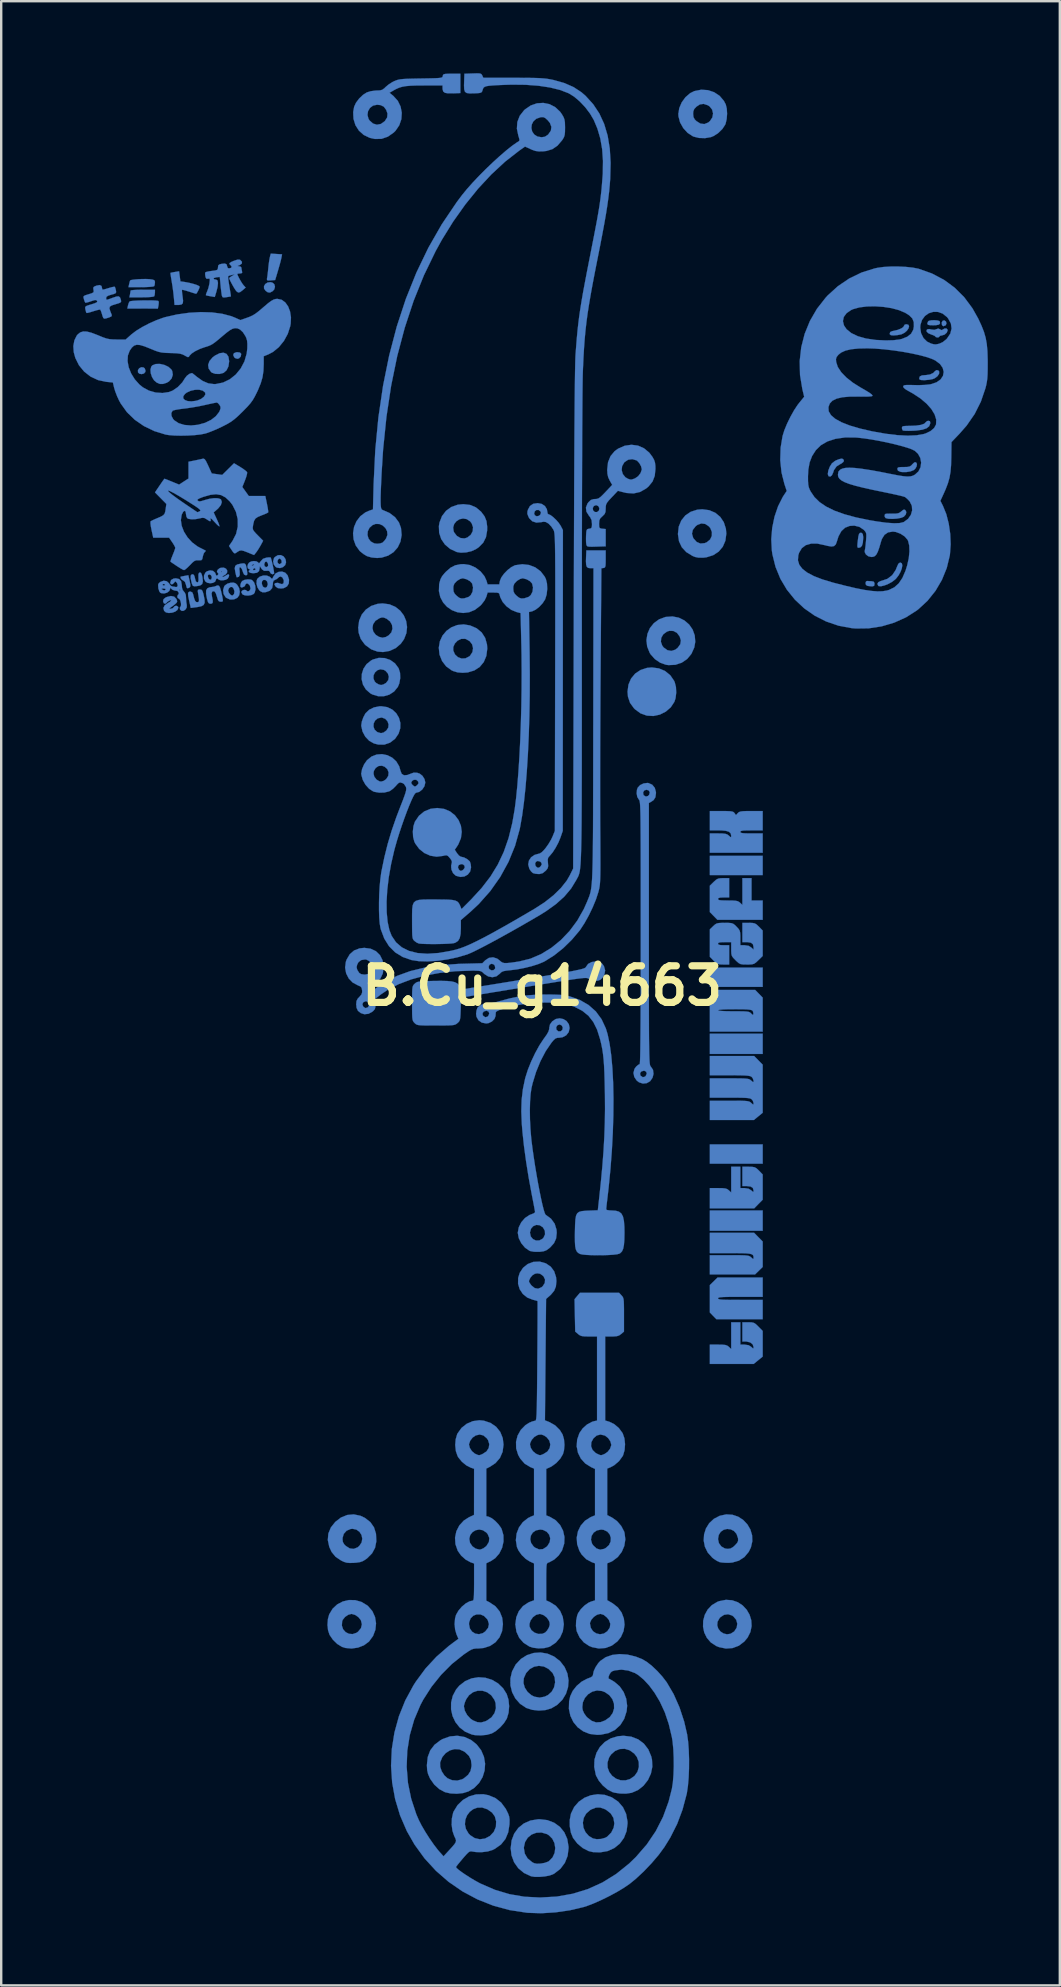
<source format=kicad_pcb>
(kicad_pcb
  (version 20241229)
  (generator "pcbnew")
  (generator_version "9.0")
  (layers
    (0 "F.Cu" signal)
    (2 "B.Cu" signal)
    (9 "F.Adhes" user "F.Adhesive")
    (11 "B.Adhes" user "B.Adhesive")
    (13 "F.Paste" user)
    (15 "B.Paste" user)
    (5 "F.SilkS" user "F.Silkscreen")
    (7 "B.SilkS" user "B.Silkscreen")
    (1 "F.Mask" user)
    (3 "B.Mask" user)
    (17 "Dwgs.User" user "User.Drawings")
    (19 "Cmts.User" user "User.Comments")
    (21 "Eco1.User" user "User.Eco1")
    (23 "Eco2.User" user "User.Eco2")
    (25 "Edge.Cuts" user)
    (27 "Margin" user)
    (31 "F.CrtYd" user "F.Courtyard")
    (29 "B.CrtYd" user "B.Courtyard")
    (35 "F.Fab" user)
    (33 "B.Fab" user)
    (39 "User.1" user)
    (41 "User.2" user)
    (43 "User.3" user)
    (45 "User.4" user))
  (footprint "B.Cu_g14663"
    (layer "F.Cu")
    (at 19.534 38.016)
    (property "Reference" "B.Cu_g14663" (at 0 0 0) (layer "F.SilkS") (effects (font (size 1.524 1.524) (thickness 0.3))))
    (attr through_hole)
    (fp_poly (pts (xy 9.186 -4.614) (xy 6.985 -4.614) (xy 6.985 -5.419) (xy 9.186 -5.419) (xy 9.186 -4.614)) (stroke (width 0.01) (type solid)) (fill yes) (layer "B.Cu"))
    (fp_poly (pts (xy 9.186 0.042) (xy 6.985 0.042) (xy 6.985 -0.762) (xy 9.186 -0.762) (xy 9.186 0.042)) (stroke (width 0.01) (type solid)) (fill yes) (layer "B.Cu"))
    (fp_poly (pts (xy 9.186 2.836) (xy 6.985 2.836) (xy 6.985 1.99) (xy 9.186 1.99) (xy 9.186 2.836)) (stroke (width 0.01) (type solid)) (fill yes) (layer "B.Cu"))
    (fp_poly (pts (xy 9.186 7.408) (xy 6.985 7.408) (xy 6.985 6.604) (xy 9.186 6.604) (xy 9.186 7.408)) (stroke (width 0.01) (type solid)) (fill yes) (layer "B.Cu"))
    (fp_poly (pts (xy 9.186 10.202) (xy 6.985 10.202) (xy 6.985 9.356) (xy 9.186 9.356) (xy 9.186 10.202)) (stroke (width 0.01) (type solid)) (fill yes) (layer "B.Cu"))
    (fp_poly (pts (xy 16.82 -27.674) (xy 16.843 -27.594) (xy 16.812 -27.521) (xy 16.8 -27.512) (xy 16.715 -27.477) (xy 16.664 -27.513) (xy 16.652 -27.538) (xy 16.644 -27.635) (xy 16.685 -27.705) (xy 16.753 -27.72) (xy 16.82 -27.674)) (stroke (width 0.01) (type solid)) (fill yes) (layer "B.Cu"))
    (fp_poly (pts (xy -16.602 -25.759) (xy -16.556 -25.722) (xy -16.524 -25.632) (xy -16.531 -25.571) (xy -16.588 -25.508) (xy -16.682 -25.482) (xy -16.777 -25.498) (xy -16.836 -25.554) (xy -16.838 -25.652) (xy -16.782 -25.729) (xy -16.695 -25.77) (xy -16.602 -25.759)) (stroke (width 0.01) (type solid)) (fill yes) (layer "B.Cu"))
    (fp_poly (pts (xy -12.59 -26.381) (xy -12.542 -26.333) (xy -12.538 -26.319) (xy -12.555 -26.215) (xy -12.628 -26.139) (xy -12.7 -26.12) (xy -12.789 -26.15) (xy -12.825 -26.181) (xy -12.87 -26.278) (xy -12.839 -26.354) (xy -12.741 -26.392) (xy -12.7 -26.395) (xy -12.59 -26.381)) (stroke (width 0.01) (type solid)) (fill yes) (layer "B.Cu"))
    (fp_poly (pts (xy -11.239 -29.295) (xy -11.157 -29.225) (xy -11.13 -29.121) (xy -11.16 -29.011) (xy -11.228 -28.937) (xy -11.335 -28.88) (xy -11.426 -28.889) (xy -11.516 -28.949) (xy -11.585 -29.045) (xy -11.587 -29.146) (xy -11.533 -29.236) (xy -11.439 -29.297) (xy -11.318 -29.313) (xy -11.239 -29.295)) (stroke (width 0.01) (type solid)) (fill yes) (layer "B.Cu"))
    (fp_poly (pts (xy 13.615 -16.86) (xy 13.716 -16.855) (xy 13.807 -16.838) (xy 13.84 -16.785) (xy 13.843 -16.743) (xy 13.829 -16.666) (xy 13.768 -16.642) (xy 13.727 -16.642) (xy 13.609 -16.653) (xy 13.534 -16.667) (xy 13.484 -16.711) (xy 13.47 -16.783) (xy 13.491 -16.846) (xy 13.536 -16.866) (xy 13.615 -16.86)) (stroke (width 0.01) (type solid)) (fill yes) (layer "B.Cu"))
    (fp_poly (pts (xy 16.46 -27.718) (xy 16.544 -27.694) (xy 16.563 -27.675) (xy 16.573 -27.594) (xy 16.526 -27.544) (xy 16.41 -27.521) (xy 16.295 -27.517) (xy 16.154 -27.52) (xy 16.078 -27.535) (xy 16.048 -27.566) (xy 16.044 -27.597) (xy 16.075 -27.676) (xy 16.111 -27.703) (xy 16.214 -27.724) (xy 16.34 -27.729) (xy 16.46 -27.718)) (stroke (width 0.01) (type solid)) (fill yes) (layer "B.Cu"))
    (fp_poly (pts (xy -16.13 -28.882) (xy -16.141 -28.78) (xy -16.161 -28.723) (xy -16.215 -28.706) (xy -16.337 -28.692) (xy -16.511 -28.683) (xy -16.693 -28.681) (xy -17.194 -28.681) (xy -17.169 -28.803) (xy -17.152 -28.903) (xy -17.145 -28.961) (xy -17.105 -28.976) (xy -16.997 -28.987) (xy -16.838 -28.995) (xy -16.642 -28.998) (xy -16.637 -28.998) (xy -16.129 -28.998) (xy -16.13 -28.882)) (stroke (width 0.01) (type solid)) (fill yes) (layer "B.Cu"))
    (fp_poly (pts (xy 13.311 -18.866) (xy 13.357 -18.815) (xy 13.373 -18.699) (xy 13.373 -18.66) (xy 13.358 -18.459) (xy 13.32 -18.331) (xy 13.256 -18.266) (xy 13.213 -18.253) (xy 13.162 -18.249) (xy 13.136 -18.269) (xy 13.129 -18.329) (xy 13.137 -18.447) (xy 13.146 -18.528) (xy 13.169 -18.711) (xy 13.198 -18.822) (xy 13.239 -18.871) (xy 13.296 -18.871) (xy 13.311 -18.866)) (stroke (width 0.01) (type solid)) (fill yes) (layer "B.Cu"))
    (fp_poly (pts (xy -16.266 -28.553) (xy -16.113 -28.547) (xy -16.011 -28.536) (xy -15.982 -28.526) (xy -15.97 -28.47) (xy -15.979 -28.369) (xy -15.981 -28.355) (xy -16.008 -28.212) (xy -16.643 -28.213) (xy -17.278 -28.215) (xy -17.253 -28.341) (xy -17.221 -28.446) (xy -17.184 -28.51) (xy -17.129 -28.525) (xy -17.009 -28.537) (xy -16.843 -28.547) (xy -16.651 -28.552) (xy -16.452 -28.554) (xy -16.266 -28.553)) (stroke (width 0.01) (type solid)) (fill yes) (layer "B.Cu"))
    (fp_poly (pts (xy -15.736 -25.865) (xy -15.57 -25.786) (xy -15.447 -25.676) (xy -15.409 -25.611) (xy -15.386 -25.454) (xy -15.435 -25.302) (xy -15.547 -25.177) (xy -15.641 -25.122) (xy -15.798 -25.072) (xy -15.924 -25.074) (xy -16.054 -25.128) (xy -16.167 -25.224) (xy -16.252 -25.361) (xy -16.304 -25.517) (xy -16.316 -25.669) (xy -16.284 -25.793) (xy -16.237 -25.848) (xy -16.095 -25.904) (xy -15.92 -25.907) (xy -15.736 -25.865)) (stroke (width 0.01) (type solid)) (fill yes) (layer "B.Cu"))
    (fp_poly (pts (xy -14.685 -16.868) (xy -14.658 -16.728) (xy -14.655 -16.648) (xy -14.676 -16.605) (xy -14.693 -16.592) (xy -14.762 -16.559) (xy -14.802 -16.58) (xy -14.829 -16.67) (xy -14.836 -16.705) (xy -14.881 -16.829) (xy -14.944 -16.879) (xy -15.007 -16.918) (xy -15.056 -16.98) (xy -15.067 -17.032) (xy -15.061 -17.04) (xy -15.016 -17.053) (xy -14.919 -17.072) (xy -14.894 -17.077) (xy -14.739 -17.105) (xy -14.685 -16.868)) (stroke (width 0.01) (type solid)) (fill yes) (layer "B.Cu"))
    (fp_poly (pts (xy -13.147 -26.324) (xy -13.068 -26.206) (xy -13.039 -26.022) (xy -13.039 -26.017) (xy -13.067 -25.808) (xy -13.147 -25.642) (xy -13.27 -25.535) (xy -13.28 -25.531) (xy -13.442 -25.488) (xy -13.611 -25.493) (xy -13.753 -25.541) (xy -13.792 -25.571) (xy -13.892 -25.712) (xy -13.914 -25.866) (xy -13.859 -26.025) (xy -13.731 -26.177) (xy -13.62 -26.26) (xy -13.43 -26.354) (xy -13.27 -26.374) (xy -13.147 -26.324)) (stroke (width 0.01) (type solid)) (fill yes) (layer "B.Cu"))
    (fp_poly (pts (xy -11.07 -30.487) (xy -10.835 -30.472) (xy -10.863 -30.325) (xy -10.887 -30.218) (xy -10.929 -30.058) (xy -10.982 -29.873) (xy -11.006 -29.789) (xy -11.122 -29.401) (xy -11.301 -29.387) (xy -11.413 -29.382) (xy -11.46 -29.398) (xy -11.465 -29.449) (xy -11.457 -29.493) (xy -11.441 -29.596) (xy -11.423 -29.75) (xy -11.407 -29.909) (xy -11.388 -30.084) (xy -11.364 -30.247) (xy -11.343 -30.353) (xy -11.306 -30.501) (xy -11.07 -30.487)) (stroke (width 0.01) (type solid)) (fill yes) (layer "B.Cu"))
    (fp_poly (pts (xy 12.505 -21.957) (xy 12.567 -21.905) (xy 12.557 -21.836) (xy 12.48 -21.767) (xy 12.435 -21.745) (xy 12.263 -21.638) (xy 12.155 -21.485) (xy 12.119 -21.378) (xy 12.069 -21.268) (xy 12.002 -21.214) (xy 11.932 -21.23) (xy 11.925 -21.236) (xy 11.898 -21.32) (xy 11.918 -21.458) (xy 11.979 -21.621) (xy 12.067 -21.764) (xy 12.195 -21.864) (xy 12.249 -21.892) (xy 12.372 -21.941) (xy 12.473 -21.961) (xy 12.505 -21.957)) (stroke (width 0.01) (type solid)) (fill yes) (layer "B.Cu"))
    (fp_poly (pts (xy -16.367 -29.438) (xy -16.338 -29.435) (xy -16.213 -29.416) (xy -16.151 -29.388) (xy -16.131 -29.338) (xy -16.13 -29.299) (xy -16.141 -29.2) (xy -16.161 -29.146) (xy -16.215 -29.129) (xy -16.337 -29.116) (xy -16.514 -29.107) (xy -16.712 -29.104) (xy -17.232 -29.104) (xy -17.205 -29.231) (xy -17.181 -29.329) (xy -17.163 -29.384) (xy -17.112 -29.403) (xy -16.999 -29.42) (xy -16.846 -29.434) (xy -16.675 -29.442) (xy -16.508 -29.444) (xy -16.367 -29.438)) (stroke (width 0.01) (type solid)) (fill yes) (layer "B.Cu"))
    (fp_poly (pts (xy 15.574 -21.806) (xy 15.612 -21.738) (xy 15.598 -21.64) (xy 15.542 -21.541) (xy 15.483 -21.487) (xy 15.345 -21.431) (xy 15.166 -21.401) (xy 14.985 -21.403) (xy 14.922 -21.414) (xy 14.823 -21.458) (xy 14.796 -21.527) (xy 14.804 -21.573) (xy 14.844 -21.599) (xy 14.933 -21.609) (xy 15.061 -21.611) (xy 15.212 -21.615) (xy 15.306 -21.633) (xy 15.372 -21.674) (xy 15.42 -21.727) (xy 15.503 -21.805) (xy 15.568 -21.809) (xy 15.574 -21.806)) (stroke (width 0.01) (type solid)) (fill yes) (layer "B.Cu"))
    (fp_poly (pts (xy 16.497 -25.639) (xy 16.537 -25.59) (xy 16.533 -25.495) (xy 16.466 -25.395) (xy 16.356 -25.311) (xy 16.267 -25.275) (xy 16.121 -25.247) (xy 15.952 -25.232) (xy 15.907 -25.231) (xy 15.783 -25.236) (xy 15.723 -25.257) (xy 15.706 -25.303) (xy 15.706 -25.311) (xy 15.733 -25.387) (xy 15.823 -25.429) (xy 15.983 -25.442) (xy 15.987 -25.442) (xy 16.158 -25.467) (xy 16.294 -25.533) (xy 16.353 -25.597) (xy 16.42 -25.648) (xy 16.497 -25.639)) (stroke (width 0.01) (type solid)) (fill yes) (layer "B.Cu"))
    (fp_poly (pts (xy 15.258 -27.535) (xy 15.283 -27.472) (xy 15.259 -27.386) (xy 15.194 -27.292) (xy 15.098 -27.207) (xy 14.978 -27.145) (xy 14.952 -27.137) (xy 14.797 -27.107) (xy 14.641 -27.094) (xy 14.637 -27.094) (xy 14.53 -27.102) (xy 14.485 -27.134) (xy 14.478 -27.176) (xy 14.501 -27.237) (xy 14.581 -27.273) (xy 14.637 -27.284) (xy 14.808 -27.324) (xy 14.95 -27.381) (xy 15.044 -27.444) (xy 15.071 -27.495) (xy 15.107 -27.547) (xy 15.177 -27.559) (xy 15.258 -27.535)) (stroke (width 0.01) (type solid)) (fill yes) (layer "B.Cu"))
    (fp_poly (pts (xy 9.186 12.954) (xy 8.255 12.954) (xy 7.947 12.955) (xy 7.714 12.957) (xy 7.546 12.962) (xy 7.432 12.97) (xy 7.364 12.982) (xy 7.331 12.999) (xy 7.324 13.018) (xy 7.334 13.038) (xy 7.37 13.054) (xy 7.443 13.066) (xy 7.563 13.074) (xy 7.738 13.078) (xy 7.98 13.08) (xy 8.255 13.081) (xy 9.186 13.081) (xy 9.186 13.885) (xy 7.256 13.885) (xy 7.12 13.746) (xy 6.985 13.606) (xy 6.985 12.463) (xy 7.306 12.15) (xy 9.186 12.15) (xy 9.186 12.954)) (stroke (width 0.01) (type solid)) (fill yes) (layer "B.Cu"))
    (fp_poly (pts (xy 14.983 -17.6) (xy 15.001 -17.514) (xy 14.981 -17.392) (xy 14.929 -17.25) (xy 14.849 -17.104) (xy 14.747 -16.971) (xy 14.704 -16.928) (xy 14.575 -16.829) (xy 14.421 -16.745) (xy 14.264 -16.681) (xy 14.125 -16.647) (xy 14.025 -16.65) (xy 13.999 -16.665) (xy 13.963 -16.743) (xy 14.001 -16.815) (xy 14.104 -16.864) (xy 14.127 -16.869) (xy 14.38 -16.954) (xy 14.58 -17.106) (xy 14.727 -17.324) (xy 14.783 -17.464) (xy 14.836 -17.582) (xy 14.9 -17.629) (xy 14.923 -17.632) (xy 14.983 -17.6)) (stroke (width 0.01) (type solid)) (fill yes) (layer "B.Cu"))
    (fp_poly (pts (xy 15.129 -19.817) (xy 15.169 -19.736) (xy 15.147 -19.636) (xy 15.068 -19.546) (xy 15.054 -19.537) (xy 14.945 -19.494) (xy 14.782 -19.464) (xy 14.599 -19.451) (xy 14.426 -19.457) (xy 14.404 -19.46) (xy 14.306 -19.486) (xy 14.269 -19.54) (xy 14.266 -19.577) (xy 14.271 -19.629) (xy 14.299 -19.658) (xy 14.368 -19.67) (xy 14.496 -19.671) (xy 14.559 -19.67) (xy 14.722 -19.67) (xy 14.828 -19.685) (xy 14.903 -19.719) (xy 14.96 -19.765) (xy 15.043 -19.83) (xy 15.101 -19.834) (xy 15.129 -19.817)) (stroke (width 0.01) (type solid)) (fill yes) (layer "B.Cu"))
    (fp_poly (pts (xy 16.152 -23.521) (xy 16.166 -23.455) (xy 16.164 -23.423) (xy 16.119 -23.31) (xy 16.013 -23.226) (xy 15.839 -23.167) (xy 15.591 -23.132) (xy 15.458 -23.124) (xy 15.279 -23.119) (xy 15.133 -23.121) (xy 15.04 -23.13) (xy 15.018 -23.138) (xy 14.99 -23.204) (xy 14.986 -23.248) (xy 14.995 -23.287) (xy 15.034 -23.311) (xy 15.12 -23.322) (xy 15.27 -23.326) (xy 15.314 -23.326) (xy 15.573 -23.337) (xy 15.776 -23.367) (xy 15.913 -23.415) (xy 15.975 -23.475) (xy 16.032 -23.526) (xy 16.088 -23.537) (xy 16.152 -23.521)) (stroke (width 0.01) (type solid)) (fill yes) (layer "B.Cu"))
    (fp_poly (pts (xy 4.862 -13.224) (xy 5.121 -13.114) (xy 5.336 -12.939) (xy 5.495 -12.708) (xy 5.522 -12.648) (xy 5.573 -12.448) (xy 5.584 -12.213) (xy 5.557 -11.984) (xy 5.508 -11.832) (xy 5.357 -11.603) (xy 5.149 -11.423) (xy 4.902 -11.299) (xy 4.632 -11.241) (xy 4.36 -11.257) (xy 4.098 -11.351) (xy 3.867 -11.52) (xy 3.823 -11.564) (xy 3.662 -11.785) (xy 3.575 -12.039) (xy 3.556 -12.255) (xy 3.594 -12.547) (xy 3.703 -12.8) (xy 3.874 -13.007) (xy 4.098 -13.158) (xy 4.366 -13.245) (xy 4.572 -13.263) (xy 4.862 -13.224)) (stroke (width 0.01) (type solid)) (fill yes) (layer "B.Cu"))
    (fp_poly (pts (xy -14.215 -17.206) (xy -14.179 -17.134) (xy -14.151 -17.02) (xy -14.132 -16.849) (xy -14.161 -16.74) (xy -14.247 -16.678) (xy -14.384 -16.651) (xy -14.495 -16.644) (xy -14.553 -16.668) (xy -14.587 -16.742) (xy -14.602 -16.794) (xy -14.642 -16.976) (xy -14.64 -17.09) (xy -14.595 -17.141) (xy -14.568 -17.145) (xy -14.51 -17.122) (xy -14.474 -17.039) (xy -14.462 -16.976) (xy -14.426 -16.85) (xy -14.372 -16.806) (xy -14.37 -16.806) (xy -14.33 -16.825) (xy -14.314 -16.893) (xy -14.317 -17.006) (xy -14.319 -17.134) (xy -14.298 -17.199) (xy -14.262 -17.22) (xy -14.215 -17.206)) (stroke (width 0.01) (type solid)) (fill yes) (layer "B.Cu"))
    (fp_poly (pts (xy -10.769 -17.887) (xy -10.691 -17.775) (xy -10.668 -17.646) (xy -10.704 -17.527) (xy -10.797 -17.442) (xy -10.921 -17.403) (xy -11.05 -17.421) (xy -11.104 -17.452) (xy -11.182 -17.556) (xy -11.206 -17.69) (xy -11.205 -17.691) (xy -11.029 -17.691) (xy -11.011 -17.612) (xy -10.95 -17.569) (xy -10.937 -17.568) (xy -10.871 -17.603) (xy -10.852 -17.632) (xy -10.856 -17.715) (xy -10.882 -17.761) (xy -10.935 -17.804) (xy -10.988 -17.774) (xy -10.994 -17.768) (xy -11.029 -17.691) (xy -11.205 -17.691) (xy -11.171 -17.817) (xy -11.138 -17.86) (xy -11.012 -17.938) (xy -10.883 -17.944) (xy -10.769 -17.887)) (stroke (width 0.01) (type solid)) (fill yes) (layer "B.Cu"))
    (fp_poly (pts (xy -12.381 -17.586) (xy -12.342 -17.53) (xy -12.315 -17.416) (xy -12.296 -17.299) (xy -12.282 -17.179) (xy -12.291 -17.121) (xy -12.328 -17.103) (xy -12.349 -17.103) (xy -12.416 -17.132) (xy -12.462 -17.228) (xy -12.47 -17.258) (xy -12.51 -17.364) (xy -12.559 -17.428) (xy -12.569 -17.433) (xy -12.604 -17.429) (xy -12.613 -17.374) (xy -12.602 -17.261) (xy -12.597 -17.119) (xy -12.635 -17.041) (xy -12.72 -17.018) (xy -12.721 -17.018) (xy -12.737 -17.055) (xy -12.763 -17.152) (xy -12.782 -17.238) (xy -12.806 -17.395) (xy -12.784 -17.493) (xy -12.706 -17.551) (xy -12.557 -17.586) (xy -12.547 -17.588) (xy -12.444 -17.6) (xy -12.381 -17.586)) (stroke (width 0.01) (type solid)) (fill yes) (layer "B.Cu"))
    (fp_poly (pts (xy 7.789 -3.683) (xy 7.556 -3.683) (xy 7.416 -3.677) (xy 7.344 -3.657) (xy 7.324 -3.619) (xy 7.338 -3.589) (xy 7.39 -3.57) (xy 7.494 -3.56) (xy 7.664 -3.556) (xy 7.734 -3.556) (xy 7.929 -3.554) (xy 8.06 -3.545) (xy 8.145 -3.526) (xy 8.206 -3.494) (xy 8.242 -3.464) (xy 8.34 -3.372) (xy 8.34 -4.487) (xy 8.721 -4.487) (xy 8.721 -3.556) (xy 9.186 -3.556) (xy 9.186 -2.752) (xy 7.299 -2.752) (xy 6.985 -3.073) (xy 6.985 -4.174) (xy 7.146 -4.331) (xy 7.247 -4.422) (xy 7.334 -4.468) (xy 7.445 -4.485) (xy 7.548 -4.487) (xy 7.789 -4.487) (xy 7.789 -3.683)) (stroke (width 0.01) (type solid)) (fill yes) (layer "B.Cu"))
    (fp_poly (pts (xy 9.008 10.469) (xy 9.186 10.65) (xy 9.186 11.709) (xy 8.865 12.023) (xy 6.985 12.023) (xy 6.985 11.218) (xy 7.797 11.218) (xy 8.079 11.219) (xy 8.29 11.221) (xy 8.44 11.226) (xy 8.544 11.236) (xy 8.613 11.251) (xy 8.661 11.273) (xy 8.699 11.303) (xy 8.707 11.31) (xy 8.775 11.37) (xy 8.801 11.372) (xy 8.805 11.319) (xy 8.805 11.319) (xy 8.8 11.259) (xy 8.779 11.214) (xy 8.73 11.181) (xy 8.645 11.158) (xy 8.512 11.144) (xy 8.322 11.137) (xy 8.064 11.134) (xy 7.844 11.134) (xy 6.985 11.134) (xy 6.985 10.287) (xy 8.83 10.287) (xy 9.008 10.469)) (stroke (width 0.01) (type solid)) (fill yes) (layer "B.Cu"))
    (fp_poly (pts (xy 16.848 -27.38) (xy 16.89 -27.326) (xy 16.891 -27.312) (xy 16.854 -27.211) (xy 16.764 -27.129) (xy 16.65 -27.093) (xy 16.644 -27.093) (xy 16.572 -27.077) (xy 16.552 -27.051) (xy 16.517 -27.017) (xy 16.468 -27.009) (xy 16.399 -27.024) (xy 16.383 -27.044) (xy 16.346 -27.077) (xy 16.255 -27.117) (xy 16.211 -27.131) (xy 16.085 -27.186) (xy 16.016 -27.252) (xy 16.013 -27.317) (xy 16.045 -27.348) (xy 16.123 -27.36) (xy 16.209 -27.341) (xy 16.342 -27.326) (xy 16.412 -27.351) (xy 16.5 -27.381) (xy 16.57 -27.35) (xy 16.574 -27.347) (xy 16.642 -27.314) (xy 16.69 -27.341) (xy 16.771 -27.386) (xy 16.848 -27.38)) (stroke (width 0.01) (type solid)) (fill yes) (layer "B.Cu"))
    (fp_poly (pts (xy -14.193 -16.499) (xy -14.152 -16.453) (xy -14.118 -16.35) (xy -14.104 -16.295) (xy -14.064 -16.093) (xy -14.059 -15.955) (xy -14.1 -15.868) (xy -14.195 -15.814) (xy -14.354 -15.78) (xy -14.42 -15.771) (xy -14.637 -15.742) (xy -14.705 -16.045) (xy -14.742 -16.225) (xy -14.752 -16.338) (xy -14.734 -16.399) (xy -14.684 -16.423) (xy -14.646 -16.425) (xy -14.571 -16.387) (xy -14.539 -16.309) (xy -14.497 -16.14) (xy -14.458 -16.039) (xy -14.414 -15.991) (xy -14.369 -15.981) (xy -14.321 -15.99) (xy -14.298 -16.029) (xy -14.297 -16.113) (xy -14.318 -16.259) (xy -14.33 -16.33) (xy -14.346 -16.442) (xy -14.336 -16.494) (xy -14.291 -16.509) (xy -14.258 -16.51) (xy -14.193 -16.499)) (stroke (width 0.01) (type solid)) (fill yes) (layer "B.Cu"))
    (fp_poly (pts (xy -12.767 -16.764) (xy -12.705 -16.707) (xy -12.624 -16.571) (xy -12.595 -16.416) (xy -12.621 -16.27) (xy -12.695 -16.167) (xy -12.842 -16.097) (xy -13.006 -16.095) (xy -13.154 -16.16) (xy -13.189 -16.191) (xy -13.272 -16.327) (xy -13.288 -16.466) (xy -13.081 -16.466) (xy -13.053 -16.379) (xy -12.988 -16.297) (xy -12.917 -16.256) (xy -12.91 -16.256) (xy -12.862 -16.289) (xy -12.833 -16.33) (xy -12.818 -16.434) (xy -12.852 -16.547) (xy -12.911 -16.615) (xy -12.979 -16.616) (xy -13.046 -16.563) (xy -13.08 -16.479) (xy -13.081 -16.466) (xy -13.288 -16.466) (xy -13.291 -16.487) (xy -13.245 -16.639) (xy -13.218 -16.677) (xy -13.113 -16.753) (xy -12.975 -16.792) (xy -12.852 -16.797) (xy -12.767 -16.764)) (stroke (width 0.01) (type solid)) (fill yes) (layer "B.Cu"))
    (fp_poly (pts (xy 8.255 8.424) (xy 8.432 8.424) (xy 8.6 8.45) (xy 8.707 8.516) (xy 8.775 8.576) (xy 8.801 8.578) (xy 8.805 8.525) (xy 8.805 8.525) (xy 8.776 8.419) (xy 8.683 8.359) (xy 8.522 8.34) (xy 8.34 8.34) (xy 8.34 7.535) (xy 8.606 7.535) (xy 8.757 7.539) (xy 8.855 7.558) (xy 8.933 7.604) (xy 9.025 7.691) (xy 9.03 7.696) (xy 9.186 7.856) (xy 9.186 8.908) (xy 9.008 9.089) (xy 8.83 9.271) (xy 6.985 9.271) (xy 6.985 8.424) (xy 7.332 8.424) (xy 7.512 8.427) (xy 7.63 8.44) (xy 7.709 8.466) (xy 7.771 8.512) (xy 7.776 8.516) (xy 7.874 8.608) (xy 7.874 7.535) (xy 8.255 7.535) (xy 8.255 8.424)) (stroke (width 0.01) (type solid)) (fill yes) (layer "B.Cu"))
    (fp_poly (pts (xy 8.255 14.944) (xy 8.432 14.944) (xy 8.6 14.969) (xy 8.707 15.036) (xy 8.775 15.096) (xy 8.801 15.099) (xy 8.805 15.046) (xy 8.805 15.042) (xy 8.767 14.931) (xy 8.665 14.852) (xy 8.516 14.817) (xy 8.495 14.817) (xy 8.34 14.817) (xy 8.34 14.012) (xy 8.585 14.012) (xy 8.727 14.017) (xy 8.822 14.039) (xy 8.907 14.096) (xy 9.008 14.194) (xy 9.186 14.375) (xy 9.186 15.441) (xy 8.999 15.595) (xy 8.812 15.748) (xy 6.985 15.748) (xy 6.985 14.944) (xy 7.332 14.944) (xy 7.512 14.947) (xy 7.63 14.959) (xy 7.709 14.986) (xy 7.771 15.031) (xy 7.776 15.036) (xy 7.874 15.128) (xy 7.874 14.012) (xy 8.255 14.012) (xy 8.255 14.944)) (stroke (width 0.01) (type solid)) (fill yes) (layer "B.Cu"))
    (fp_poly (pts (xy -12.137 -16.923) (xy -12.082 -16.901) (xy -11.999 -16.803) (xy -11.951 -16.663) (xy -11.942 -16.511) (xy -11.975 -16.38) (xy -12.015 -16.326) (xy -12.112 -16.279) (xy -12.245 -16.258) (xy -12.377 -16.265) (xy -12.472 -16.3) (xy -12.48 -16.307) (xy -12.525 -16.38) (xy -12.531 -16.41) (xy -12.496 -16.465) (xy -12.42 -16.495) (xy -12.344 -16.488) (xy -12.318 -16.466) (xy -12.261 -16.43) (xy -12.197 -16.455) (xy -12.155 -16.525) (xy -12.15 -16.564) (xy -12.179 -16.679) (xy -12.253 -16.752) (xy -12.306 -16.764) (xy -12.356 -16.73) (xy -12.361 -16.705) (xy -12.398 -16.642) (xy -12.485 -16.6) (xy -12.534 -16.595) (xy -12.569 -16.627) (xy -12.57 -16.704) (xy -12.543 -16.795) (xy -12.496 -16.863) (xy -12.398 -16.911) (xy -12.264 -16.932) (xy -12.137 -16.923)) (stroke (width 0.01) (type solid)) (fill yes) (layer "B.Cu"))
    (fp_poly (pts (xy -13.457 -16.659) (xy -13.418 -16.587) (xy -13.378 -16.45) (xy -13.361 -16.378) (xy -13.321 -16.201) (xy -13.302 -16.09) (xy -13.303 -16.031) (xy -13.326 -16.007) (xy -13.373 -16.002) (xy -13.393 -16.002) (xy -13.459 -16.015) (xy -13.502 -16.068) (xy -13.539 -16.182) (xy -13.545 -16.203) (xy -13.598 -16.362) (xy -13.658 -16.438) (xy -13.727 -16.433) (xy -13.742 -16.422) (xy -13.77 -16.352) (xy -13.755 -16.223) (xy -13.723 -16.065) (xy -13.722 -15.972) (xy -13.754 -15.928) (xy -13.815 -15.917) (xy -13.876 -15.93) (xy -13.918 -15.98) (xy -13.952 -16.089) (xy -13.963 -16.132) (xy -14 -16.334) (xy -13.998 -16.472) (xy -13.951 -16.556) (xy -13.854 -16.601) (xy -13.758 -16.615) (xy -13.658 -16.63) (xy -13.602 -16.652) (xy -13.54 -16.676) (xy -13.502 -16.679) (xy -13.457 -16.659)) (stroke (width 0.01) (type solid)) (fill yes) (layer "B.Cu"))
    (fp_poly (pts (xy 9.186 0.49) (xy 9.186 1.905) (xy 6.985 1.905) (xy 6.985 1.016) (xy 7.324 1.016) (xy 7.365 1.033) (xy 7.483 1.046) (xy 7.673 1.055) (xy 7.925 1.058) (xy 7.973 1.058) (xy 8.223 1.059) (xy 8.401 1.062) (xy 8.524 1.07) (xy 8.604 1.084) (xy 8.655 1.105) (xy 8.693 1.136) (xy 8.704 1.148) (xy 8.762 1.205) (xy 8.789 1.198) (xy 8.798 1.167) (xy 8.785 1.076) (xy 8.761 1.035) (xy 8.725 1.011) (xy 8.655 0.994) (xy 8.539 0.983) (xy 8.366 0.976) (xy 8.124 0.974) (xy 8.017 0.974) (xy 7.743 0.976) (xy 7.532 0.983) (xy 7.392 0.995) (xy 7.327 1.011) (xy 7.324 1.016) (xy 6.985 1.016) (xy 6.985 0.44) (xy 7.125 0.305) (xy 7.264 0.169) (xy 8.873 0.169) (xy 9.186 0.49)) (stroke (width 0.01) (type solid)) (fill yes) (layer "B.Cu"))
    (fp_poly (pts (xy -15.328 -16.212) (xy -15.236 -16.115) (xy -15.229 -16.102) (xy -15.203 -16.019) (xy -15.228 -15.958) (xy -15.288 -15.902) (xy -15.391 -15.822) (xy -15.477 -15.761) (xy -15.532 -15.722) (xy -15.51 -15.71) (xy -15.467 -15.708) (xy -15.384 -15.732) (xy -15.352 -15.769) (xy -15.298 -15.824) (xy -15.224 -15.831) (xy -15.167 -15.792) (xy -15.155 -15.75) (xy -15.193 -15.659) (xy -15.288 -15.588) (xy -15.417 -15.544) (xy -15.553 -15.531) (xy -15.672 -15.556) (xy -15.749 -15.623) (xy -15.777 -15.744) (xy -15.722 -15.853) (xy -15.599 -15.942) (xy -15.505 -16) (xy -15.455 -16.047) (xy -15.452 -16.055) (xy -15.48 -16.066) (xy -15.543 -16.04) (xy -15.61 -15.995) (xy -15.642 -15.959) (xy -15.702 -15.915) (xy -15.761 -15.938) (xy -15.79 -16.016) (xy -15.79 -16.025) (xy -15.77 -16.108) (xy -15.697 -16.169) (xy -15.636 -16.198) (xy -15.464 -16.24) (xy -15.328 -16.212)) (stroke (width 0.01) (type solid)) (fill yes) (layer "B.Cu"))
    (fp_poly (pts (xy -15.097 -29.556) (xy -15.069 -29.346) (xy -14.877 -29.318) (xy -14.699 -29.284) (xy -14.529 -29.241) (xy -14.387 -29.195) (xy -14.294 -29.151) (xy -14.266 -29.122) (xy -14.284 -29.06) (xy -14.324 -28.969) (xy -14.371 -28.882) (xy -14.408 -28.832) (xy -14.415 -28.829) (xy -14.462 -28.841) (xy -14.566 -28.873) (xy -14.707 -28.919) (xy -14.711 -28.92) (xy -14.851 -28.963) (xy -14.956 -28.99) (xy -15.003 -28.994) (xy -15.003 -28.994) (xy -15.005 -28.947) (xy -14.996 -28.84) (xy -14.978 -28.707) (xy -14.958 -28.539) (xy -14.969 -28.436) (xy -15.021 -28.384) (xy -15.122 -28.365) (xy -15.181 -28.364) (xy -15.313 -28.363) (xy -15.342 -28.678) (xy -15.364 -28.884) (xy -15.396 -29.122) (xy -15.431 -29.34) (xy -15.431 -29.342) (xy -15.458 -29.502) (xy -15.477 -29.626) (xy -15.484 -29.693) (xy -15.483 -29.7) (xy -15.439 -29.711) (xy -15.341 -29.73) (xy -15.299 -29.737) (xy -15.125 -29.766) (xy -15.097 -29.556)) (stroke (width 0.01) (type solid)) (fill yes) (layer "B.Cu"))
    (fp_poly (pts (xy -6.559 -13.654) (xy -6.328 -13.575) (xy -6.129 -13.432) (xy -5.979 -13.229) (xy -5.92 -13.039) (xy -5.912 -12.816) (xy -5.952 -12.594) (xy -6.012 -12.452) (xy -6.165 -12.263) (xy -6.364 -12.132) (xy -6.593 -12.065) (xy -6.835 -12.066) (xy -7.072 -12.138) (xy -7.16 -12.186) (xy -7.344 -12.348) (xy -7.464 -12.547) (xy -7.519 -12.767) (xy -7.518 -12.801) (xy -7.028 -12.801) (xy -6.973 -12.675) (xy -6.916 -12.618) (xy -6.81 -12.557) (xy -6.71 -12.531) (xy -6.71 -12.531) (xy -6.611 -12.556) (xy -6.504 -12.618) (xy -6.504 -12.618) (xy -6.411 -12.737) (xy -6.387 -12.877) (xy -6.428 -13.014) (xy -6.529 -13.125) (xy -6.598 -13.163) (xy -6.743 -13.187) (xy -6.87 -13.144) (xy -6.966 -13.054) (xy -7.023 -12.933) (xy -7.028 -12.801) (xy -7.518 -12.801) (xy -7.512 -12.994) (xy -7.443 -13.211) (xy -7.314 -13.403) (xy -7.125 -13.555) (xy -7.05 -13.594) (xy -6.805 -13.662) (xy -6.559 -13.654)) (stroke (width 0.01) (type solid)) (fill yes) (layer "B.Cu"))
    (fp_poly (pts (xy -6.455 -11.611) (xy -6.245 -11.51) (xy -6.08 -11.358) (xy -5.966 -11.168) (xy -5.907 -10.954) (xy -5.911 -10.729) (xy -5.981 -10.505) (xy -6.124 -10.297) (xy -6.134 -10.287) (xy -6.338 -10.13) (xy -6.571 -10.05) (xy -6.825 -10.051) (xy -7.006 -10.097) (xy -7.206 -10.209) (xy -7.37 -10.383) (xy -7.484 -10.596) (xy -7.528 -10.801) (xy -7.027 -10.801) (xy -6.982 -10.676) (xy -6.878 -10.579) (xy -6.843 -10.562) (xy -6.715 -10.527) (xy -6.606 -10.552) (xy -6.488 -10.639) (xy -6.41 -10.758) (xy -6.398 -10.893) (xy -6.443 -11.022) (xy -6.536 -11.123) (xy -6.668 -11.174) (xy -6.704 -11.176) (xy -6.851 -11.142) (xy -6.957 -11.055) (xy -7.017 -10.934) (xy -7.027 -10.801) (xy -7.528 -10.801) (xy -7.534 -10.827) (xy -7.535 -10.863) (xy -7.511 -11.012) (xy -7.449 -11.186) (xy -7.364 -11.346) (xy -7.356 -11.357) (xy -7.209 -11.499) (xy -7.006 -11.599) (xy -6.769 -11.646) (xy -6.704 -11.648) (xy -6.455 -11.611)) (stroke (width 0.01) (type solid)) (fill yes) (layer "B.Cu"))
    (fp_poly (pts (xy 5.693 -15.336) (xy 5.927 -15.22) (xy 6.122 -15.052) (xy 6.268 -14.841) (xy 6.356 -14.596) (xy 6.377 -14.329) (xy 6.337 -14.097) (xy 6.217 -13.83) (xy 6.039 -13.615) (xy 5.812 -13.461) (xy 5.55 -13.374) (xy 5.263 -13.361) (xy 5.155 -13.376) (xy 4.915 -13.461) (xy 4.694 -13.612) (xy 4.517 -13.811) (xy 4.478 -13.873) (xy 4.373 -14.137) (xy 4.352 -14.334) (xy 4.945 -14.334) (xy 5.002 -14.172) (xy 5.062 -14.094) (xy 5.217 -13.983) (xy 5.382 -13.952) (xy 5.545 -14.003) (xy 5.646 -14.082) (xy 5.754 -14.232) (xy 5.778 -14.39) (xy 5.727 -14.555) (xy 5.615 -14.704) (xy 5.466 -14.784) (xy 5.297 -14.789) (xy 5.196 -14.755) (xy 5.046 -14.645) (xy 4.961 -14.498) (xy 4.945 -14.334) (xy 4.352 -14.334) (xy 4.344 -14.407) (xy 4.386 -14.667) (xy 4.491 -14.907) (xy 4.656 -15.112) (xy 4.872 -15.269) (xy 5.136 -15.365) (xy 5.145 -15.367) (xy 5.429 -15.388) (xy 5.693 -15.336)) (stroke (width 0.01) (type solid)) (fill yes) (layer "B.Cu"))
    (fp_poly (pts (xy -3.002 -15.013) (xy -2.73 -14.895) (xy -2.519 -14.72) (xy -2.374 -14.493) (xy -2.298 -14.22) (xy -2.287 -14.045) (xy -2.325 -13.745) (xy -2.432 -13.49) (xy -2.601 -13.285) (xy -2.825 -13.139) (xy -3.099 -13.056) (xy -3.311 -13.041) (xy -3.524 -13.058) (xy -3.703 -13.112) (xy -3.779 -13.148) (xy -3.999 -13.308) (xy -4.168 -13.529) (xy -4.274 -13.793) (xy -4.277 -13.804) (xy -4.294 -13.97) (xy -3.704 -13.97) (xy -3.631 -13.804) (xy -3.508 -13.691) (xy -3.355 -13.635) (xy -3.192 -13.644) (xy -3.037 -13.724) (xy -3.002 -13.755) (xy -2.905 -13.904) (xy -2.879 -14.067) (xy -2.918 -14.225) (xy -3.018 -14.357) (xy -3.171 -14.444) (xy -3.217 -14.457) (xy -3.375 -14.452) (xy -3.52 -14.382) (xy -3.635 -14.264) (xy -3.702 -14.117) (xy -3.704 -13.97) (xy -4.294 -13.97) (xy -4.306 -14.089) (xy -4.261 -14.353) (xy -4.152 -14.589) (xy -3.988 -14.786) (xy -3.78 -14.936) (xy -3.536 -15.03) (xy -3.268 -15.057) (xy -3.002 -15.013)) (stroke (width 0.01) (type solid)) (fill yes) (layer "B.Cu"))
    (fp_poly (pts (xy 6.959 -19.814) (xy 7.211 -19.706) (xy 7.417 -19.535) (xy 7.567 -19.311) (xy 7.653 -19.042) (xy 7.671 -18.838) (xy 7.633 -18.545) (xy 7.524 -18.292) (xy 7.352 -18.088) (xy 7.123 -17.939) (xy 6.845 -17.852) (xy 6.711 -17.836) (xy 6.522 -17.835) (xy 6.368 -17.866) (xy 6.265 -17.908) (xy 6.004 -18.068) (xy 5.816 -18.271) (xy 5.7 -18.519) (xy 5.656 -18.811) (xy 5.656 -18.832) (xy 6.24 -18.832) (xy 6.289 -18.665) (xy 6.306 -18.636) (xy 6.436 -18.491) (xy 6.592 -18.425) (xy 6.768 -18.441) (xy 6.859 -18.479) (xy 6.994 -18.591) (xy 7.066 -18.74) (xy 7.07 -18.906) (xy 7.004 -19.067) (xy 6.946 -19.138) (xy 6.793 -19.241) (xy 6.629 -19.262) (xy 6.465 -19.201) (xy 6.393 -19.145) (xy 6.275 -18.994) (xy 6.24 -18.832) (xy 5.656 -18.832) (xy 5.656 -18.838) (xy 5.691 -19.134) (xy 5.797 -19.389) (xy 5.965 -19.596) (xy 6.188 -19.747) (xy 6.457 -19.834) (xy 6.668 -19.852) (xy 6.959 -19.814)) (stroke (width 0.01) (type solid)) (fill yes) (layer "B.Cu"))
    (fp_poly (pts (xy -6.362 -15.893) (xy -6.116 -15.788) (xy -5.915 -15.63) (xy -5.762 -15.429) (xy -5.665 -15.198) (xy -5.628 -14.948) (xy -5.656 -14.692) (xy -5.754 -14.441) (xy -5.891 -14.248) (xy -6.102 -14.069) (xy -6.355 -13.952) (xy -6.63 -13.905) (xy -6.858 -13.924) (xy -7.12 -14.018) (xy -7.352 -14.187) (xy -7.396 -14.231) (xy -7.557 -14.452) (xy -7.644 -14.706) (xy -7.661 -14.912) (xy -7.07 -14.912) (xy -7.035 -14.758) (xy -6.933 -14.623) (xy -6.8 -14.539) (xy -6.653 -14.502) (xy -6.514 -14.531) (xy -6.392 -14.602) (xy -6.28 -14.726) (xy -6.236 -14.877) (xy -6.255 -15.035) (xy -6.336 -15.18) (xy -6.475 -15.29) (xy -6.484 -15.295) (xy -6.595 -15.341) (xy -6.68 -15.346) (xy -6.784 -15.311) (xy -6.786 -15.31) (xy -6.946 -15.206) (xy -7.041 -15.067) (xy -7.07 -14.912) (xy -7.661 -14.912) (xy -7.662 -14.922) (xy -7.624 -15.214) (xy -7.515 -15.467) (xy -7.344 -15.674) (xy -7.121 -15.826) (xy -6.854 -15.913) (xy -6.646 -15.931) (xy -6.362 -15.893)) (stroke (width 0.01) (type solid)) (fill yes) (layer "B.Cu"))
    (fp_poly (pts (xy -3 -20.032) (xy -2.761 -19.932) (xy -2.552 -19.758) (xy -2.535 -19.739) (xy -2.398 -19.555) (xy -2.319 -19.359) (xy -2.29 -19.125) (xy -2.293 -18.963) (xy -2.341 -18.688) (xy -2.455 -18.461) (xy -2.642 -18.271) (xy -2.76 -18.19) (xy -2.948 -18.106) (xy -3.169 -18.055) (xy -3.388 -18.044) (xy -3.556 -18.071) (xy -3.832 -18.2) (xy -4.05 -18.383) (xy -4.205 -18.61) (xy -4.291 -18.87) (xy -4.3 -19.095) (xy -3.708 -19.095) (xy -3.687 -18.936) (xy -3.664 -18.885) (xy -3.551 -18.74) (xy -3.402 -18.655) (xy -3.239 -18.638) (xy -3.119 -18.674) (xy -2.974 -18.789) (xy -2.893 -18.94) (xy -2.88 -19.107) (xy -2.938 -19.269) (xy -3.002 -19.35) (xy -3.144 -19.443) (xy -3.296 -19.468) (xy -3.444 -19.436) (xy -3.572 -19.355) (xy -3.665 -19.238) (xy -3.708 -19.095) (xy -4.3 -19.095) (xy -4.302 -19.152) (xy -4.277 -19.3) (xy -4.172 -19.57) (xy -4.004 -19.788) (xy -3.783 -19.948) (xy -3.517 -20.042) (xy -3.283 -20.065) (xy -3 -20.032)) (stroke (width 0.01) (type solid)) (fill yes) (layer "B.Cu"))
    (fp_poly (pts (xy 7.913 25.593) (xy 8.148 25.674) (xy 8.351 25.808) (xy 8.517 25.985) (xy 8.639 26.194) (xy 8.71 26.425) (xy 8.724 26.669) (xy 8.674 26.914) (xy 8.556 27.15) (xy 8.421 27.312) (xy 8.192 27.486) (xy 7.932 27.584) (xy 7.654 27.604) (xy 7.368 27.545) (xy 7.255 27.5) (xy 7.027 27.352) (xy 6.86 27.159) (xy 6.751 26.935) (xy 6.701 26.691) (xy 6.703 26.639) (xy 7.292 26.639) (xy 7.337 26.778) (xy 7.427 26.894) (xy 7.551 26.975) (xy 7.695 27.011) (xy 7.846 26.989) (xy 7.991 26.898) (xy 8.004 26.885) (xy 8.103 26.734) (xy 8.128 26.567) (xy 8.082 26.405) (xy 7.967 26.268) (xy 7.91 26.228) (xy 7.744 26.175) (xy 7.575 26.2) (xy 7.423 26.3) (xy 7.39 26.336) (xy 7.305 26.488) (xy 7.292 26.639) (xy 6.703 26.639) (xy 6.708 26.442) (xy 6.773 26.201) (xy 6.893 25.981) (xy 7.068 25.796) (xy 7.297 25.659) (xy 7.374 25.63) (xy 7.653 25.575) (xy 7.913 25.593)) (stroke (width 0.01) (type solid)) (fill yes) (layer "B.Cu"))
    (fp_poly (pts (xy 7.681 -7.28) (xy 7.825 -7.274) (xy 7.916 -7.262) (xy 7.971 -7.24) (xy 8.007 -7.205) (xy 8.013 -7.197) (xy 8.073 -7.112) (xy 8.149 -7.197) (xy 8.191 -7.234) (xy 8.249 -7.258) (xy 8.34 -7.273) (xy 8.48 -7.28) (xy 8.686 -7.281) (xy 8.706 -7.281) (xy 9.186 -7.281) (xy 9.186 -6.477) (xy 8.721 -6.477) (xy 8.512 -6.475) (xy 8.375 -6.469) (xy 8.296 -6.455) (xy 8.26 -6.433) (xy 8.255 -6.413) (xy 8.268 -6.385) (xy 8.317 -6.366) (xy 8.415 -6.356) (xy 8.575 -6.351) (xy 8.721 -6.35) (xy 9.186 -6.35) (xy 9.186 -5.546) (xy 6.985 -5.546) (xy 6.985 -6.35) (xy 7.332 -6.35) (xy 7.512 -6.347) (xy 7.63 -6.334) (xy 7.709 -6.308) (xy 7.771 -6.263) (xy 7.776 -6.258) (xy 7.844 -6.198) (xy 7.87 -6.195) (xy 7.874 -6.248) (xy 7.874 -6.251) (xy 7.853 -6.351) (xy 7.782 -6.418) (xy 7.652 -6.458) (xy 7.453 -6.476) (xy 7.352 -6.477) (xy 6.985 -6.477) (xy 6.985 -7.281) (xy 7.469 -7.281) (xy 7.681 -7.28)) (stroke (width 0.01) (type solid)) (fill yes) (layer "B.Cu"))
    (fp_poly (pts (xy -7.789 25.588) (xy -7.53 25.661) (xy -7.291 25.804) (xy -7.253 25.835) (xy -7.073 26.045) (xy -6.962 26.29) (xy -6.92 26.554) (xy -6.947 26.822) (xy -7.044 27.079) (xy -7.211 27.309) (xy -7.224 27.322) (xy -7.425 27.469) (xy -7.671 27.565) (xy -7.936 27.603) (xy -8.195 27.58) (xy -8.34 27.534) (xy -8.536 27.413) (xy -8.717 27.237) (xy -8.856 27.033) (xy -8.857 27.032) (xy -8.92 26.839) (xy -8.938 26.649) (xy -8.344 26.649) (xy -8.291 26.803) (xy -8.187 26.92) (xy -8.049 26.99) (xy -7.892 27.002) (xy -7.732 26.947) (xy -7.669 26.902) (xy -7.549 26.756) (xy -7.509 26.595) (xy -7.551 26.426) (xy -7.555 26.42) (xy -7.653 26.298) (xy -7.79 26.204) (xy -7.932 26.163) (xy -7.946 26.162) (xy -8.08 26.198) (xy -8.211 26.288) (xy -8.307 26.408) (xy -8.331 26.467) (xy -8.344 26.649) (xy -8.938 26.649) (xy -8.942 26.607) (xy -8.924 26.371) (xy -8.872 26.183) (xy -8.731 25.947) (xy -8.538 25.766) (xy -8.307 25.644) (xy -8.052 25.584) (xy -7.789 25.588)) (stroke (width 0.01) (type solid)) (fill yes) (layer "B.Cu"))
    (fp_poly (pts (xy -7.574 22.072) (xy -7.384 22.161) (xy -7.159 22.336) (xy -7.005 22.555) (xy -6.922 22.821) (xy -6.908 23.135) (xy -6.908 23.138) (xy -6.961 23.407) (xy -7.085 23.638) (xy -7.285 23.84) (xy -7.354 23.892) (xy -7.469 23.962) (xy -7.586 24.004) (xy -7.738 24.026) (xy -7.84 24.034) (xy -8.015 24.039) (xy -8.142 24.028) (xy -8.257 23.993) (xy -8.373 23.938) (xy -8.604 23.784) (xy -8.771 23.581) (xy -8.868 23.37) (xy -8.929 23.086) (xy -8.925 23.036) (xy -8.317 23.036) (xy -8.302 23.165) (xy -8.246 23.264) (xy -8.179 23.33) (xy -8.015 23.433) (xy -7.849 23.453) (xy -7.69 23.39) (xy -7.617 23.329) (xy -7.52 23.183) (xy -7.493 23.025) (xy -7.526 22.872) (xy -7.611 22.741) (xy -7.738 22.65) (xy -7.899 22.616) (xy -7.978 22.624) (xy -8.146 22.695) (xy -8.263 22.825) (xy -8.315 22.998) (xy -8.317 23.036) (xy -8.925 23.036) (xy -8.907 22.815) (xy -8.802 22.561) (xy -8.618 22.329) (xy -8.381 22.146) (xy -8.121 22.041) (xy -7.849 22.016) (xy -7.574 22.072)) (stroke (width 0.01) (type solid)) (fill yes) (layer "B.Cu"))
    (fp_poly (pts (xy 6.905 -37.311) (xy 7.165 -37.224) (xy 7.391 -37.074) (xy 7.569 -36.865) (xy 7.648 -36.715) (xy 7.69 -36.543) (xy 7.703 -36.328) (xy 7.686 -36.108) (xy 7.642 -35.917) (xy 7.625 -35.875) (xy 7.51 -35.698) (xy 7.342 -35.532) (xy 7.152 -35.405) (xy 7.033 -35.355) (xy 6.788 -35.312) (xy 6.535 -35.319) (xy 6.31 -35.375) (xy 6.283 -35.386) (xy 6.061 -35.529) (xy 5.878 -35.729) (xy 5.745 -35.965) (xy 5.678 -36.218) (xy 5.673 -36.311) (xy 5.674 -36.322) (xy 6.288 -36.322) (xy 6.302 -36.19) (xy 6.354 -36.093) (xy 6.426 -36.021) (xy 6.59 -35.919) (xy 6.756 -35.898) (xy 6.915 -35.961) (xy 6.988 -36.022) (xy 7.089 -36.174) (xy 7.119 -36.34) (xy 7.08 -36.5) (xy 6.975 -36.633) (xy 6.901 -36.681) (xy 6.726 -36.739) (xy 6.569 -36.717) (xy 6.426 -36.623) (xy 6.333 -36.523) (xy 6.294 -36.42) (xy 6.288 -36.322) (xy 5.674 -36.322) (xy 5.71 -36.561) (xy 5.814 -36.804) (xy 5.97 -37.018) (xy 6.164 -37.185) (xy 6.337 -37.271) (xy 6.624 -37.329) (xy 6.905 -37.311)) (stroke (width 0.01) (type solid)) (fill yes) (layer "B.Cu"))
    (fp_poly (pts (xy 7.929 22.032) (xy 8.167 22.113) (xy 8.375 22.249) (xy 8.546 22.429) (xy 8.672 22.643) (xy 8.744 22.882) (xy 8.754 23.135) (xy 8.695 23.392) (xy 8.606 23.574) (xy 8.424 23.793) (xy 8.194 23.942) (xy 7.921 24.021) (xy 7.794 24.032) (xy 7.627 24.031) (xy 7.474 24.019) (xy 7.385 24.002) (xy 7.278 23.951) (xy 7.148 23.866) (xy 7.082 23.813) (xy 6.896 23.604) (xy 6.779 23.364) (xy 6.729 23.109) (xy 6.733 23.043) (xy 7.325 23.043) (xy 7.362 23.214) (xy 7.463 23.351) (xy 7.611 23.435) (xy 7.727 23.453) (xy 7.847 23.436) (xy 7.955 23.374) (xy 8.032 23.303) (xy 8.122 23.204) (xy 8.16 23.124) (xy 8.161 23.032) (xy 8.156 23.001) (xy 8.095 22.827) (xy 7.989 22.707) (xy 7.853 22.639) (xy 7.705 22.622) (xy 7.562 22.656) (xy 7.439 22.74) (xy 7.355 22.873) (xy 7.325 23.043) (xy 6.733 23.043) (xy 6.744 22.851) (xy 6.821 22.605) (xy 6.957 22.384) (xy 7.151 22.202) (xy 7.398 22.074) (xy 7.67 22.016) (xy 7.929 22.032)) (stroke (width 0.01) (type solid)) (fill yes) (layer "B.Cu"))
    (fp_poly (pts (xy 0.222 27.817) (xy 0.496 27.936) (xy 0.742 28.127) (xy 0.744 28.128) (xy 0.934 28.373) (xy 1.052 28.644) (xy 1.099 28.929) (xy 1.078 29.214) (xy 0.992 29.487) (xy 0.843 29.735) (xy 0.633 29.944) (xy 0.381 30.096) (xy 0.138 30.167) (xy -0.138 30.188) (xy -0.415 30.158) (xy -0.658 30.08) (xy -0.667 30.075) (xy -0.921 29.905) (xy -1.117 29.683) (xy -1.251 29.424) (xy -1.321 29.142) (xy -1.322 29.034) (xy -0.78 29.034) (xy -0.724 29.232) (xy -0.609 29.41) (xy -0.446 29.549) (xy -0.318 29.61) (xy -0.103 29.648) (xy 0.105 29.608) (xy 0.245 29.539) (xy 0.396 29.403) (xy 0.496 29.221) (xy 0.539 29.016) (xy 0.522 28.81) (xy 0.438 28.628) (xy 0.435 28.623) (xy 0.263 28.452) (xy 0.068 28.353) (xy -0.138 28.324) (xy -0.34 28.361) (xy -0.521 28.462) (xy -0.669 28.625) (xy -0.764 28.837) (xy -0.78 29.034) (xy -1.322 29.034) (xy -1.323 28.848) (xy -1.254 28.557) (xy -1.111 28.283) (xy -1.094 28.258) (xy -0.883 28.035) (xy -0.633 27.878) (xy -0.356 27.789) (xy -0.066 27.768) (xy 0.222 27.817)) (stroke (width 0.01) (type solid)) (fill yes) (layer "B.Cu"))
    (fp_poly (pts (xy 3.714 31.276) (xy 3.999 31.387) (xy 4.236 31.564) (xy 4.42 31.803) (xy 4.543 32.096) (xy 4.575 32.231) (xy 4.589 32.525) (xy 4.53 32.813) (xy 4.406 33.081) (xy 4.226 33.312) (xy 4 33.494) (xy 3.736 33.61) (xy 3.73 33.612) (xy 3.508 33.646) (xy 3.255 33.645) (xy 3.013 33.608) (xy 2.922 33.581) (xy 2.723 33.475) (xy 2.528 33.31) (xy 2.362 33.111) (xy 2.247 32.901) (xy 2.232 32.856) (xy 2.168 32.535) (xy 2.175 32.356) (xy 2.72 32.356) (xy 2.726 32.561) (xy 2.795 32.748) (xy 2.915 32.906) (xy 3.076 33.024) (xy 3.265 33.091) (xy 3.473 33.095) (xy 3.667 33.036) (xy 3.849 32.908) (xy 3.971 32.734) (xy 4.029 32.534) (xy 4.022 32.324) (xy 3.945 32.121) (xy 3.835 31.979) (xy 3.646 31.842) (xy 3.439 31.78) (xy 3.229 31.791) (xy 3.034 31.871) (xy 2.868 32.019) (xy 2.787 32.145) (xy 2.72 32.356) (xy 2.175 32.356) (xy 2.18 32.229) (xy 2.263 31.947) (xy 2.408 31.7) (xy 2.609 31.496) (xy 2.859 31.345) (xy 3.152 31.257) (xy 3.389 31.237) (xy 3.714 31.276)) (stroke (width 0.01) (type solid)) (fill yes) (layer "B.Cu"))
    (fp_poly (pts (xy 0.218 34.752) (xy 0.502 34.861) (xy 0.74 35.033) (xy 0.924 35.261) (xy 1.046 35.537) (xy 1.098 35.853) (xy 1.099 35.92) (xy 1.06 36.242) (xy 0.945 36.53) (xy 0.761 36.777) (xy 0.513 36.972) (xy 0.445 37.01) (xy 0.299 37.061) (xy 0.103 37.097) (xy -0.11 37.116) (xy -0.309 37.115) (xy -0.461 37.091) (xy -0.466 37.089) (xy -0.758 36.952) (xy -0.995 36.755) (xy -1.17 36.506) (xy -1.278 36.214) (xy -1.311 35.92) (xy -0.762 35.92) (xy -0.723 36.149) (xy -0.608 36.344) (xy -0.419 36.5) (xy -0.339 36.544) (xy -0.222 36.568) (xy -0.063 36.562) (xy 0.104 36.532) (xy 0.245 36.481) (xy 0.284 36.457) (xy 0.433 36.305) (xy 0.519 36.117) (xy 0.545 35.912) (xy 0.512 35.708) (xy 0.422 35.524) (xy 0.275 35.378) (xy 0.196 35.332) (xy -0.027 35.267) (xy -0.243 35.277) (xy -0.439 35.351) (xy -0.6 35.482) (xy -0.712 35.662) (xy -0.761 35.88) (xy -0.762 35.92) (xy -1.311 35.92) (xy -1.273 35.597) (xy -1.165 35.313) (xy -0.993 35.075) (xy -0.765 34.891) (xy -0.489 34.768) (xy -0.173 34.716) (xy -0.106 34.714) (xy 0.218 34.752)) (stroke (width 0.01) (type solid)) (fill yes) (layer "B.Cu"))
    (fp_poly (pts (xy 2.61 33.7) (xy 2.896 33.801) (xy 2.904 33.805) (xy 3.169 33.984) (xy 3.367 34.215) (xy 3.497 34.492) (xy 3.554 34.807) (xy 3.556 34.891) (xy 3.517 35.209) (xy 3.406 35.492) (xy 3.232 35.731) (xy 3.001 35.917) (xy 2.723 36.041) (xy 2.413 36.095) (xy 2.119 36.084) (xy 1.937 36.041) (xy 1.692 35.916) (xy 1.467 35.728) (xy 1.289 35.497) (xy 1.284 35.488) (xy 1.196 35.271) (xy 1.15 35.01) (xy 1.15 34.858) (xy 1.695 34.858) (xy 1.719 35.061) (xy 1.803 35.251) (xy 1.944 35.411) (xy 2.117 35.515) (xy 2.27 35.545) (xy 2.453 35.535) (xy 2.623 35.488) (xy 2.704 35.444) (xy 2.879 35.269) (xy 2.981 35.06) (xy 3.006 34.883) (xy 2.968 34.658) (xy 2.854 34.472) (xy 2.665 34.323) (xy 2.614 34.296) (xy 2.419 34.227) (xy 2.239 34.229) (xy 2.049 34.304) (xy 2 34.332) (xy 1.834 34.477) (xy 1.733 34.657) (xy 1.695 34.858) (xy 1.15 34.858) (xy 1.15 34.738) (xy 1.198 34.486) (xy 1.203 34.471) (xy 1.333 34.205) (xy 1.523 33.986) (xy 1.758 33.822) (xy 2.027 33.716) (xy 2.315 33.673) (xy 2.61 33.7)) (stroke (width 0.01) (type solid)) (fill yes) (layer "B.Cu"))
    (fp_poly (pts (xy -3.231 31.289) (xy -2.952 31.419) (xy -2.729 31.599) (xy -2.541 31.843) (xy -2.425 32.114) (xy -2.377 32.398) (xy -2.397 32.684) (xy -2.481 32.957) (xy -2.628 33.204) (xy -2.835 33.413) (xy -3.068 33.555) (xy -3.29 33.624) (xy -3.552 33.652) (xy -3.82 33.639) (xy -4.048 33.587) (xy -4.282 33.462) (xy -4.493 33.273) (xy -4.66 33.036) (xy -4.685 32.989) (xy -4.755 32.824) (xy -4.79 32.672) (xy -4.801 32.487) (xy -4.801 32.45) (xy -4.792 32.367) (xy -4.252 32.367) (xy -4.247 32.537) (xy -4.182 32.721) (xy -4.072 32.89) (xy -3.941 33.009) (xy -3.751 33.089) (xy -3.54 33.104) (xy -3.339 33.053) (xy -3.259 33.009) (xy -3.085 32.864) (xy -2.984 32.704) (xy -2.944 32.511) (xy -2.942 32.449) (xy -2.967 32.242) (xy -3.05 32.075) (xy -3.203 31.928) (xy -3.259 31.888) (xy -3.45 31.804) (xy -3.651 31.793) (xy -3.846 31.848) (xy -4.021 31.961) (xy -4.159 32.124) (xy -4.244 32.331) (xy -4.252 32.367) (xy -4.792 32.367) (xy -4.766 32.123) (xy -4.661 31.845) (xy -4.485 31.613) (xy -4.237 31.424) (xy -4.14 31.371) (xy -3.836 31.263) (xy -3.53 31.237) (xy -3.231 31.289)) (stroke (width 0.01) (type solid)) (fill yes) (layer "B.Cu"))
    (fp_poly (pts (xy -2.365 28.821) (xy -2.09 28.906) (xy -1.839 29.054) (xy -1.626 29.261) (xy -1.479 29.495) (xy -1.403 29.731) (xy -1.376 30.002) (xy -1.398 30.274) (xy -1.469 30.514) (xy -1.478 30.531) (xy -1.593 30.713) (xy -1.755 30.893) (xy -1.935 31.045) (xy -2.098 31.14) (xy -2.306 31.198) (xy -2.552 31.222) (xy -2.795 31.212) (xy -2.93 31.185) (xy -3.209 31.067) (xy -3.438 30.89) (xy -3.614 30.668) (xy -3.734 30.413) (xy -3.795 30.137) (xy -3.794 30.014) (xy -3.26 30.014) (xy -3.223 30.193) (xy -3.126 30.372) (xy -2.987 30.524) (xy -2.883 30.595) (xy -2.702 30.67) (xy -2.545 30.684) (xy -2.377 30.638) (xy -2.301 30.604) (xy -2.112 30.471) (xy -1.985 30.293) (xy -1.926 30.087) (xy -1.942 29.87) (xy -1.988 29.742) (xy -2.12 29.553) (xy -2.291 29.426) (xy -2.486 29.362) (xy -2.687 29.361) (xy -2.88 29.424) (xy -3.049 29.551) (xy -3.164 29.716) (xy -3.221 29.851) (xy -3.255 29.973) (xy -3.26 30.014) (xy -3.794 30.014) (xy -3.793 29.854) (xy -3.725 29.575) (xy -3.588 29.314) (xy -3.449 29.148) (xy -3.207 28.961) (xy -2.937 28.846) (xy -2.652 28.8) (xy -2.365 28.821)) (stroke (width 0.01) (type solid)) (fill yes) (layer "B.Cu"))
    (fp_poly (pts (xy 9.008 3.103) (xy 9.186 3.284) (xy 9.186 5.286) (xy 9.002 5.437) (xy 8.818 5.588) (xy 6.985 5.588) (xy 6.985 4.784) (xy 7.797 4.784) (xy 8.079 4.784) (xy 8.29 4.786) (xy 8.44 4.792) (xy 8.544 4.801) (xy 8.613 4.816) (xy 8.661 4.838) (xy 8.699 4.868) (xy 8.707 4.876) (xy 8.775 4.936) (xy 8.801 4.939) (xy 8.805 4.886) (xy 8.805 4.882) (xy 8.775 4.788) (xy 8.728 4.727) (xy 8.691 4.702) (xy 8.633 4.684) (xy 8.542 4.671) (xy 8.408 4.663) (xy 8.218 4.659) (xy 7.96 4.657) (xy 7.818 4.657) (xy 6.985 4.657) (xy 6.985 3.852) (xy 7.797 3.852) (xy 8.079 3.853) (xy 8.29 3.855) (xy 8.44 3.86) (xy 8.544 3.87) (xy 8.613 3.885) (xy 8.661 3.907) (xy 8.699 3.937) (xy 8.707 3.944) (xy 8.775 4.004) (xy 8.801 4.007) (xy 8.805 3.954) (xy 8.805 3.951) (xy 8.775 3.856) (xy 8.728 3.795) (xy 8.691 3.771) (xy 8.633 3.753) (xy 8.542 3.74) (xy 8.408 3.732) (xy 8.218 3.727) (xy 7.96 3.725) (xy 7.818 3.725) (xy 6.985 3.725) (xy 6.985 2.921) (xy 8.83 2.921) (xy 9.008 3.103)) (stroke (width 0.01) (type solid)) (fill yes) (layer "B.Cu"))
    (fp_poly (pts (xy -13.169 -17.377) (xy -13.12 -17.301) (xy -13.125 -17.212) (xy -13.193 -17.131) (xy -13.235 -17.108) (xy -13.306 -17.065) (xy -13.322 -17.033) (xy -13.274 -17.037) (xy -13.201 -17.077) (xy -13.119 -17.127) (xy -13.072 -17.145) (xy -13.04 -17.115) (xy -13.05 -17.046) (xy -13.095 -16.969) (xy -13.105 -16.958) (xy -13.187 -16.914) (xy -13.301 -16.893) (xy -13.41 -16.897) (xy -13.48 -16.929) (xy -13.483 -16.933) (xy -13.537 -16.974) (xy -13.582 -16.949) (xy -13.589 -16.914) (xy -13.625 -16.835) (xy -13.715 -16.786) (xy -13.832 -16.77) (xy -13.948 -16.791) (xy -14.03 -16.845) (xy -14.088 -16.964) (xy -14.086 -17.072) (xy -13.928 -17.072) (xy -13.906 -16.984) (xy -13.855 -16.926) (xy -13.799 -16.92) (xy -13.788 -16.929) (xy -13.763 -16.998) (xy -13.765 -17.045) (xy -13.804 -17.113) (xy -13.864 -17.139) (xy -13.915 -17.117) (xy -13.928 -17.072) (xy -14.086 -17.072) (xy -14.085 -17.099) (xy -14.026 -17.218) (xy -13.967 -17.267) (xy -13.833 -17.307) (xy -13.711 -17.286) (xy -13.625 -17.212) (xy -13.606 -17.164) (xy -13.578 -17.093) (xy -13.538 -17.094) (xy -13.519 -17.108) (xy -13.483 -17.16) (xy -13.506 -17.189) (xy -13.547 -17.25) (xy -13.547 -17.251) (xy -13.377 -17.251) (xy -13.356 -17.23) (xy -13.335 -17.251) (xy -13.356 -17.272) (xy -13.377 -17.251) (xy -13.547 -17.251) (xy -13.522 -17.325) (xy -13.445 -17.391) (xy -13.388 -17.414) (xy -13.262 -17.421) (xy -13.169 -17.377)) (stroke (width 0.01) (type solid)) (fill yes) (layer "B.Cu"))
    (fp_poly (pts (xy -10.702 -17.21) (xy -10.605 -17.104) (xy -10.604 -17.101) (xy -10.544 -16.92) (xy -10.554 -16.762) (xy -10.628 -16.64) (xy -10.761 -16.567) (xy -10.877 -16.552) (xy -11.011 -16.569) (xy -11.095 -16.627) (xy -11.11 -16.646) (xy -11.152 -16.718) (xy -11.14 -16.757) (xy -11.108 -16.778) (xy -11.007 -16.788) (xy -10.938 -16.761) (xy -10.834 -16.733) (xy -10.772 -16.775) (xy -10.763 -16.878) (xy -10.77 -16.911) (xy -10.82 -17.01) (xy -10.892 -17.053) (xy -10.965 -17.028) (xy -10.981 -17.01) (xy -11.059 -16.945) (xy -11.123 -16.915) (xy -11.189 -16.877) (xy -11.215 -16.798) (xy -11.218 -16.725) (xy -11.249 -16.567) (xy -11.344 -16.46) (xy -11.508 -16.401) (xy -11.527 -16.397) (xy -11.647 -16.393) (xy -11.739 -16.438) (xy -11.787 -16.482) (xy -11.86 -16.599) (xy -11.897 -16.747) (xy -11.897 -16.751) (xy -11.68 -16.751) (xy -11.642 -16.65) (xy -11.616 -16.617) (xy -11.538 -16.58) (xy -11.47 -16.614) (xy -11.432 -16.706) (xy -11.43 -16.743) (xy -11.459 -16.849) (xy -11.532 -16.91) (xy -11.615 -16.908) (xy -11.67 -16.848) (xy -11.68 -16.751) (xy -11.897 -16.751) (xy -11.892 -16.889) (xy -11.863 -16.959) (xy -11.761 -17.047) (xy -11.62 -17.092) (xy -11.472 -17.091) (xy -11.349 -17.041) (xy -11.323 -17.017) (xy -11.268 -16.963) (xy -11.235 -16.969) (xy -11.198 -17.044) (xy -11.191 -17.06) (xy -11.103 -17.18) (xy -10.975 -17.246) (xy -10.834 -17.257) (xy -10.702 -17.21)) (stroke (width 0.01) (type solid)) (fill yes) (layer "B.Cu"))
    (fp_poly (pts (xy -4.085 -7.371) (xy -3.838 -7.267) (xy -3.635 -7.107) (xy -3.482 -6.904) (xy -3.385 -6.67) (xy -3.35 -6.415) (xy -3.384 -6.152) (xy -3.493 -5.892) (xy -3.535 -5.825) (xy -3.64 -5.67) (xy -3.545 -5.524) (xy -3.468 -5.431) (xy -3.392 -5.38) (xy -3.374 -5.377) (xy -3.254 -5.349) (xy -3.124 -5.28) (xy -3.026 -5.195) (xy -3.007 -5.167) (xy -2.977 -5.069) (xy -2.963 -4.942) (xy -2.963 -4.931) (xy -3 -4.763) (xy -3.098 -4.635) (xy -3.239 -4.556) (xy -3.407 -4.536) (xy -3.583 -4.583) (xy -3.605 -4.594) (xy -3.713 -4.696) (xy -3.779 -4.843) (xy -3.787 -4.945) (xy -3.51 -4.945) (xy -3.471 -4.846) (xy -3.47 -4.845) (xy -3.409 -4.792) (xy -3.346 -4.799) (xy -3.284 -4.84) (xy -3.227 -4.92) (xy -3.236 -5.004) (xy -3.3 -5.062) (xy -3.379 -5.072) (xy -3.476 -5.029) (xy -3.51 -4.945) (xy -3.787 -4.945) (xy -3.792 -5.003) (xy -3.776 -5.073) (xy -3.758 -5.162) (xy -3.785 -5.242) (xy -3.847 -5.326) (xy -3.923 -5.41) (xy -3.988 -5.44) (xy -4.079 -5.427) (xy -4.127 -5.414) (xy -4.396 -5.38) (xy -4.662 -5.423) (xy -4.909 -5.534) (xy -5.123 -5.706) (xy -5.287 -5.93) (xy -5.326 -6.011) (xy -5.376 -6.204) (xy -5.387 -6.432) (xy -5.361 -6.657) (xy -5.301 -6.839) (xy -5.13 -7.087) (xy -4.911 -7.267) (xy -4.649 -7.375) (xy -4.37 -7.408) (xy -4.085 -7.371)) (stroke (width 0.01) (type solid)) (fill yes) (layer "B.Cu"))
    (fp_poly (pts (xy 8.757 -2.621) (xy 8.855 -2.602) (xy 8.933 -2.556) (xy 9.025 -2.469) (xy 9.03 -2.464) (xy 9.186 -2.304) (xy 9.186 -1.245) (xy 9.005 -1.067) (xy 8.905 -0.973) (xy 8.826 -0.92) (xy 8.737 -0.896) (xy 8.608 -0.889) (xy 8.53 -0.889) (xy 8.373 -0.891) (xy 8.27 -0.906) (xy 8.191 -0.945) (xy 8.104 -1.02) (xy 8.056 -1.067) (xy 7.959 -1.166) (xy 7.905 -1.243) (xy 7.881 -1.331) (xy 7.874 -1.46) (xy 7.874 -1.533) (xy 7.874 -1.82) (xy 7.599 -1.82) (xy 7.444 -1.816) (xy 7.359 -1.801) (xy 7.326 -1.771) (xy 7.324 -1.757) (xy 7.345 -1.719) (xy 7.418 -1.699) (xy 7.556 -1.693) (xy 7.789 -1.693) (xy 7.789 -0.889) (xy 7.544 -0.889) (xy 7.399 -0.894) (xy 7.302 -0.917) (xy 7.219 -0.974) (xy 7.142 -1.05) (xy 6.985 -1.21) (xy 6.985 -2.354) (xy 7.125 -2.489) (xy 7.2 -2.557) (xy 7.268 -2.597) (xy 7.356 -2.617) (xy 7.487 -2.624) (xy 7.603 -2.625) (xy 7.772 -2.623) (xy 7.883 -2.613) (xy 7.959 -2.586) (xy 8.028 -2.534) (xy 8.098 -2.464) (xy 8.18 -2.376) (xy 8.227 -2.301) (xy 8.248 -2.212) (xy 8.255 -2.079) (xy 8.255 -1.998) (xy 8.255 -1.693) (xy 8.432 -1.693) (xy 8.6 -1.668) (xy 8.707 -1.601) (xy 8.805 -1.509) (xy 8.805 -1.614) (xy 8.781 -1.729) (xy 8.701 -1.796) (xy 8.554 -1.82) (xy 8.522 -1.82) (xy 8.34 -1.82) (xy 8.34 -2.625) (xy 8.606 -2.625) (xy 8.757 -2.621)) (stroke (width 0.01) (type solid)) (fill yes) (layer "B.Cu"))
    (fp_poly (pts (xy -11.317 -17.847) (xy -11.311 -17.844) (xy -11.29 -17.793) (xy -11.26 -17.685) (xy -11.228 -17.547) (xy -11.198 -17.401) (xy -11.175 -17.274) (xy -11.165 -17.188) (xy -11.168 -17.167) (xy -11.239 -17.144) (xy -11.308 -17.182) (xy -11.333 -17.228) (xy -11.371 -17.287) (xy -11.455 -17.292) (xy -11.466 -17.29) (xy -11.585 -17.289) (xy -11.67 -17.349) (xy -11.718 -17.42) (xy -11.753 -17.475) (xy -11.766 -17.455) (xy -11.767 -17.397) (xy -11.795 -17.275) (xy -11.88 -17.208) (xy -12.029 -17.187) (xy -12.149 -17.202) (xy -12.216 -17.239) (xy -12.22 -17.288) (xy -12.187 -17.318) (xy -12.155 -17.348) (xy -12.203 -17.356) (xy -12.204 -17.357) (xy -12.044 -17.357) (xy -12.034 -17.32) (xy -12.004 -17.314) (xy -11.946 -17.336) (xy -11.938 -17.357) (xy -11.968 -17.398) (xy -11.978 -17.399) (xy -12.035 -17.368) (xy -12.044 -17.357) (xy -12.204 -17.357) (xy -12.259 -17.39) (xy -12.277 -17.469) (xy -12.27 -17.496) (xy -12.103 -17.496) (xy -12.061 -17.505) (xy -12.053 -17.508) (xy -12.001 -17.541) (xy -12 -17.56) (xy -11.579 -17.56) (xy -11.559 -17.481) (xy -11.501 -17.442) (xy -11.493 -17.441) (xy -11.431 -17.475) (xy -11.416 -17.501) (xy -11.42 -17.581) (xy -11.446 -17.632) (xy -11.494 -17.679) (xy -11.537 -17.655) (xy -11.549 -17.641) (xy -11.579 -17.56) (xy -12 -17.56) (xy -12 -17.56) (xy -12.045 -17.555) (xy -12.076 -17.531) (xy -12.103 -17.496) (xy -12.27 -17.496) (xy -12.255 -17.564) (xy -12.21 -17.629) (xy -12.123 -17.677) (xy -12.008 -17.695) (xy -11.9 -17.682) (xy -11.831 -17.64) (xy -11.825 -17.63) (xy -11.799 -17.6) (xy -11.758 -17.637) (xy -11.725 -17.687) (xy -11.631 -17.788) (xy -11.49 -17.836) (xy -11.382 -17.849) (xy -11.317 -17.847)) (stroke (width 0.01) (type solid)) (fill yes) (layer "B.Cu"))
    (fp_poly (pts (xy -3.408 -37.19) (xy -3.719 -37.177) (xy -3.917 -37.177) (xy -4.046 -37.199) (xy -4.118 -37.25) (xy -4.146 -37.337) (xy -4.149 -37.386) (xy -4.149 -37.507) (xy -4.9 -37.507) (xy -5.223 -37.505) (xy -5.476 -37.496) (xy -5.675 -37.479) (xy -5.834 -37.451) (xy -5.969 -37.409) (xy -6.096 -37.352) (xy -6.174 -37.309) (xy -6.359 -37.202) (xy -6.201 -37.072) (xy -6.015 -36.868) (xy -5.898 -36.629) (xy -5.848 -36.369) (xy -5.865 -36.104) (xy -5.951 -35.85) (xy -6.106 -35.622) (xy -6.183 -35.545) (xy -6.428 -35.373) (xy -6.689 -35.283) (xy -6.967 -35.277) (xy -7.181 -35.324) (xy -7.432 -35.444) (xy -7.633 -35.624) (xy -7.778 -35.851) (xy -7.859 -36.113) (xy -7.866 -36.275) (xy -7.277 -36.275) (xy -7.233 -36.115) (xy -7.191 -36.049) (xy -7.046 -35.92) (xy -6.884 -35.871) (xy -6.718 -35.903) (xy -6.563 -36.014) (xy -6.551 -36.026) (xy -6.456 -36.176) (xy -6.443 -36.335) (xy -6.499 -36.492) (xy -6.596 -36.622) (xy -6.731 -36.688) (xy -6.88 -36.703) (xy -7.046 -36.667) (xy -7.174 -36.57) (xy -7.254 -36.433) (xy -7.277 -36.275) (xy -7.866 -36.275) (xy -7.872 -36.399) (xy -7.832 -36.621) (xy -7.754 -36.788) (xy -7.623 -36.962) (xy -7.464 -37.114) (xy -7.305 -37.216) (xy -7.141 -37.267) (xy -6.948 -37.293) (xy -6.898 -37.295) (xy -6.754 -37.301) (xy -6.658 -37.328) (xy -6.573 -37.39) (xy -6.522 -37.441) (xy -6.397 -37.546) (xy -6.241 -37.646) (xy -6.165 -37.684) (xy -6.086 -37.717) (xy -6.008 -37.742) (xy -5.917 -37.761) (xy -5.798 -37.774) (xy -5.639 -37.783) (xy -5.426 -37.789) (xy -5.146 -37.795) (xy -5.051 -37.796) (xy -4.754 -37.801) (xy -4.531 -37.806) (xy -4.371 -37.812) (xy -4.263 -37.821) (xy -4.197 -37.833) (xy -4.161 -37.851) (xy -4.146 -37.875) (xy -4.141 -37.902) (xy -4.128 -37.947) (xy -4.096 -37.974) (xy -4.026 -37.988) (xy -3.901 -37.994) (xy -3.768 -37.994) (xy -3.408 -37.994) (xy -3.408 -37.19)) (stroke (width 0.01) (type solid)) (fill yes) (layer "B.Cu"))
    (fp_poly (pts (xy -18.356 -29.154) (xy -18.331 -29.053) (xy -18.331 -29.051) (xy -18.326 -29.016) (xy -18.3 -29.003) (xy -18.235 -29.013) (xy -18.115 -29.049) (xy -18.049 -29.069) (xy -17.922 -29.105) (xy -17.831 -29.122) (xy -17.802 -29.119) (xy -17.779 -29.066) (xy -17.756 -28.972) (xy -17.746 -28.898) (xy -17.767 -28.853) (xy -17.838 -28.821) (xy -17.946 -28.792) (xy -18.08 -28.749) (xy -18.146 -28.704) (xy -18.161 -28.656) (xy -18.16 -28.606) (xy -18.144 -28.584) (xy -18.096 -28.588) (xy -18 -28.621) (xy -17.883 -28.664) (xy -17.733 -28.714) (xy -17.64 -28.72) (xy -17.586 -28.678) (xy -17.55 -28.583) (xy -17.548 -28.572) (xy -17.538 -28.511) (xy -17.56 -28.471) (xy -17.628 -28.437) (xy -17.76 -28.397) (xy -17.777 -28.392) (xy -17.929 -28.344) (xy -18.008 -28.294) (xy -18.026 -28.221) (xy -17.993 -28.108) (xy -17.97 -28.05) (xy -17.931 -27.95) (xy -17.932 -27.899) (xy -17.976 -27.87) (xy -18.001 -27.86) (xy -18.145 -27.808) (xy -18.23 -27.792) (xy -18.279 -27.818) (xy -18.31 -27.892) (xy -18.33 -27.961) (xy -18.367 -28.078) (xy -18.4 -28.155) (xy -18.41 -28.17) (xy -18.461 -28.166) (xy -18.568 -28.14) (xy -18.702 -28.099) (xy -18.839 -28.057) (xy -18.94 -28.032) (xy -18.982 -28.029) (xy -19.001 -28.078) (xy -19.025 -28.173) (xy -19.026 -28.177) (xy -19.037 -28.247) (xy -19.024 -28.292) (xy -18.97 -28.327) (xy -18.859 -28.365) (xy -18.778 -28.388) (xy -18.63 -28.436) (xy -18.553 -28.473) (xy -18.532 -28.509) (xy -18.541 -28.531) (xy -18.574 -28.564) (xy -18.629 -28.567) (xy -18.73 -28.539) (xy -18.796 -28.516) (xy -18.919 -28.476) (xy -19.006 -28.457) (xy -19.032 -28.458) (xy -19.057 -28.51) (xy -19.089 -28.605) (xy -19.09 -28.61) (xy -19.108 -28.684) (xy -19.096 -28.73) (xy -19.037 -28.764) (xy -18.916 -28.802) (xy -18.895 -28.808) (xy -18.765 -28.849) (xy -18.699 -28.883) (xy -18.68 -28.928) (xy -18.69 -28.996) (xy -18.699 -29.078) (xy -18.666 -29.125) (xy -18.572 -29.165) (xy -18.561 -29.169) (xy -18.43 -29.192) (xy -18.356 -29.154)) (stroke (width 0.01) (type solid)) (fill yes) (layer "B.Cu"))
    (fp_poly (pts (xy -15.121 -16.946) (xy -15.04 -16.855) (xy -15.012 -16.698) (xy -15.012 -16.686) (xy -15 -16.569) (xy -14.972 -16.486) (xy -14.967 -16.48) (xy -14.884 -16.375) (xy -14.845 -16.287) (xy -14.835 -16.176) (xy -14.834 -16.15) (xy -14.826 -16.008) (xy -14.807 -15.881) (xy -14.804 -15.867) (xy -14.806 -15.764) (xy -14.855 -15.68) (xy -14.93 -15.627) (xy -15.01 -15.617) (xy -15.075 -15.665) (xy -15.089 -15.692) (xy -15.09 -15.765) (xy -15.069 -15.791) (xy -15.043 -15.849) (xy -15.046 -15.945) (xy -15.071 -16.045) (xy -15.111 -16.116) (xy -15.139 -16.129) (xy -15.187 -16.164) (xy -15.198 -16.214) (xy -15.182 -16.282) (xy -15.159 -16.298) (xy -15.138 -16.332) (xy -15.143 -16.383) (xy -15.193 -16.451) (xy -15.285 -16.468) (xy -15.374 -16.489) (xy -15.113 -16.489) (xy -15.092 -16.468) (xy -15.071 -16.489) (xy -15.092 -16.51) (xy -15.113 -16.489) (xy -15.374 -16.489) (xy -15.394 -16.494) (xy -15.448 -16.542) (xy -15.482 -16.59) (xy -15.492 -16.564) (xy -15.493 -16.548) (xy -15.532 -16.45) (xy -15.627 -16.378) (xy -15.749 -16.344) (xy -15.872 -16.359) (xy -15.91 -16.378) (xy -15.951 -16.439) (xy -15.982 -16.545) (xy -15.853 -16.545) (xy -15.852 -16.524) (xy -15.833 -16.51) (xy -15.748 -16.471) (xy -15.695 -16.495) (xy -15.684 -16.51) (xy -15.7 -16.54) (xy -15.777 -16.552) (xy -15.853 -16.545) (xy -15.982 -16.545) (xy -15.983 -16.549) (xy -15.989 -16.584) (xy -15.997 -16.701) (xy -15.989 -16.722) (xy -15.811 -16.722) (xy -15.802 -16.686) (xy -15.772 -16.679) (xy -15.714 -16.689) (xy -15.706 -16.698) (xy -15.737 -16.738) (xy -15.793 -16.738) (xy -15.811 -16.722) (xy -15.989 -16.722) (xy -15.971 -16.771) (xy -15.901 -16.828) (xy -15.765 -16.877) (xy -15.638 -16.855) (xy -15.542 -16.768) (xy -15.528 -16.742) (xy -15.468 -16.664) (xy -15.406 -16.637) (xy -15.304 -16.624) (xy -15.27 -16.613) (xy -15.208 -16.619) (xy -15.183 -16.676) (xy -15.201 -16.758) (xy -15.222 -16.792) (xy -15.271 -16.845) (xy -15.304 -16.83) (xy -15.327 -16.796) (xy -15.391 -16.734) (xy -15.456 -16.729) (xy -15.493 -16.78) (xy -15.494 -16.798) (xy -15.458 -16.905) (xy -15.356 -16.964) (xy -15.258 -16.976) (xy -15.121 -16.946)) (stroke (width 0.01) (type solid)) (fill yes) (layer "B.Cu"))
    (fp_poly (pts (xy 4.427 -8.448) (xy 4.584 -8.379) (xy 4.691 -8.249) (xy 4.739 -8.071) (xy 4.74 -8.027) (xy 4.717 -7.857) (xy 4.643 -7.739) (xy 4.54 -7.668) (xy 4.445 -7.617) (xy 4.445 -2.164) (xy 4.445 -1.373) (xy 4.445 -0.663) (xy 4.445 -0.028) (xy 4.446 0.535) (xy 4.447 1.031) (xy 4.448 1.464) (xy 4.449 1.838) (xy 4.451 2.159) (xy 4.454 2.429) (xy 4.457 2.655) (xy 4.461 2.839) (xy 4.466 2.987) (xy 4.471 3.102) (xy 4.477 3.189) (xy 4.484 3.253) (xy 4.493 3.298) (xy 4.502 3.328) (xy 4.512 3.347) (xy 4.524 3.36) (xy 4.527 3.363) (xy 4.617 3.498) (xy 4.638 3.667) (xy 4.599 3.823) (xy 4.499 3.97) (xy 4.357 4.053) (xy 4.196 4.07) (xy 4.033 4.017) (xy 3.934 3.94) (xy 3.835 3.79) (xy 3.806 3.632) (xy 4.079 3.632) (xy 4.087 3.718) (xy 4.103 3.743) (xy 4.192 3.805) (xy 4.281 3.783) (xy 4.316 3.749) (xy 4.357 3.654) (xy 4.331 3.574) (xy 4.251 3.535) (xy 4.237 3.535) (xy 4.134 3.563) (xy 4.079 3.632) (xy 3.806 3.632) (xy 3.804 3.623) (xy 3.844 3.461) (xy 3.914 3.364) (xy 3.996 3.293) (xy 4.058 3.26) (xy 4.062 3.26) (xy 4.069 3.225) (xy 4.076 3.12) (xy 4.082 2.944) (xy 4.087 2.696) (xy 4.091 2.373) (xy 4.095 1.975) (xy 4.099 1.5) (xy 4.101 0.947) (xy 4.104 0.315) (xy 4.105 -0.397) (xy 4.106 -1.191) (xy 4.106 -2.069) (xy 4.106 -2.216) (xy 4.106 -3.008) (xy 4.106 -3.72) (xy 4.106 -4.357) (xy 4.106 -4.921) (xy 4.105 -5.418) (xy 4.104 -5.853) (xy 4.102 -6.229) (xy 4.1 -6.551) (xy 4.098 -6.823) (xy 4.095 -7.049) (xy 4.091 -7.235) (xy 4.086 -7.383) (xy 4.081 -7.5) (xy 4.075 -7.588) (xy 4.067 -7.653) (xy 4.059 -7.698) (xy 4.05 -7.729) (xy 4.04 -7.749) (xy 4.028 -7.762) (xy 4.022 -7.768) (xy 3.962 -7.87) (xy 3.936 -8.015) (xy 3.94 -8.056) (xy 4.204 -8.056) (xy 4.219 -7.96) (xy 4.237 -7.934) (xy 4.321 -7.885) (xy 4.411 -7.911) (xy 4.458 -7.963) (xy 4.483 -8.064) (xy 4.437 -8.141) (xy 4.343 -8.17) (xy 4.25 -8.137) (xy 4.204 -8.056) (xy 3.94 -8.056) (xy 3.948 -8.167) (xy 3.981 -8.257) (xy 4.079 -8.362) (xy 4.225 -8.432) (xy 4.385 -8.453) (xy 4.427 -8.448)) (stroke (width 0.01) (type solid)) (fill yes) (layer "B.Cu"))
    (fp_poly (pts (xy 2.391 -0.991) (xy 2.509 -0.914) (xy 2.575 -0.818) (xy 2.623 -0.645) (xy 2.592 -0.468) (xy 2.515 -0.342) (xy 2.424 -0.254) (xy 2.324 -0.217) (xy 2.224 -0.212) (xy 2.054 -0.236) (xy 1.942 -0.29) (xy 1.92 -0.306) (xy 1.894 -0.318) (xy 1.857 -0.326) (xy 1.802 -0.329) (xy 1.725 -0.326) (xy 1.618 -0.315) (xy 1.474 -0.298) (xy 1.289 -0.272) (xy 1.054 -0.236) (xy 0.765 -0.191) (xy 0.414 -0.134) (xy -0.005 -0.066) (xy -0.497 0.014) (xy -0.769 0.059) (xy -3.38 0.486) (xy -3.394 0.967) (xy -3.401 1.175) (xy -3.41 1.317) (xy -3.426 1.409) (xy -3.451 1.47) (xy -3.491 1.518) (xy -3.527 1.549) (xy -3.571 1.585) (xy -3.618 1.611) (xy -3.68 1.629) (xy -3.771 1.641) (xy -3.903 1.647) (xy -4.089 1.65) (xy -4.344 1.651) (xy -4.428 1.651) (xy -4.703 1.651) (xy -4.907 1.649) (xy -5.052 1.644) (xy -5.151 1.634) (xy -5.216 1.618) (xy -5.262 1.594) (xy -5.3 1.562) (xy -5.315 1.547) (xy -5.353 1.506) (xy -5.38 1.463) (xy -5.399 1.403) (xy -5.41 1.312) (xy -5.416 1.178) (xy -5.418 0.986) (xy -5.419 0.729) (xy -5.418 0.468) (xy -5.416 0.278) (xy -5.41 0.145) (xy -5.399 0.056) (xy -5.38 -0.002) (xy -5.353 -0.045) (xy -5.314 -0.084) (xy -5.31 -0.088) (xy -5.264 -0.127) (xy -5.214 -0.155) (xy -5.145 -0.174) (xy -5.043 -0.187) (xy -4.893 -0.195) (xy -4.68 -0.201) (xy -4.534 -0.205) (xy -4.209 -0.208) (xy -3.959 -0.202) (xy -3.771 -0.184) (xy -3.635 -0.152) (xy -3.54 -0.104) (xy -3.475 -0.038) (xy -3.444 0.016) (xy -3.378 0.154) (xy -2.8 0.061) (xy -2.08 -0.055) (xy -1.439 -0.159) (xy -0.872 -0.252) (xy -0.375 -0.333) (xy 0.056 -0.405) (xy 0.427 -0.467) (xy 0.742 -0.521) (xy 1.006 -0.568) (xy 1.223 -0.608) (xy 1.385 -0.64) (xy 2.081 -0.64) (xy 2.098 -0.535) (xy 2.164 -0.477) (xy 2.255 -0.477) (xy 2.331 -0.533) (xy 2.361 -0.619) (xy 2.322 -0.695) (xy 2.232 -0.738) (xy 2.197 -0.741) (xy 2.113 -0.716) (xy 2.081 -0.64) (xy 1.385 -0.64) (xy 1.397 -0.642) (xy 1.534 -0.672) (xy 1.638 -0.697) (xy 1.714 -0.719) (xy 1.765 -0.739) (xy 1.798 -0.757) (xy 1.816 -0.775) (xy 1.821 -0.785) (xy 1.913 -0.914) (xy 2.062 -0.993) (xy 2.221 -1.015) (xy 2.391 -0.991)) (stroke (width 0.01) (type solid)) (fill yes) (layer "B.Cu"))
    (fp_poly (pts (xy -12.578 -30.239) (xy -12.505 -30.161) (xy -12.513 -30.084) (xy -12.6 -30.023) (xy -12.602 -30.022) (xy -12.678 -29.992) (xy -12.677 -29.979) (xy -12.626 -29.975) (xy -12.551 -29.953) (xy -12.53 -29.919) (xy -12.519 -29.837) (xy -12.504 -29.771) (xy -12.498 -29.701) (xy -12.547 -29.677) (xy -12.589 -29.676) (xy -12.671 -29.668) (xy -12.7 -29.653) (xy -12.679 -29.589) (xy -12.626 -29.482) (xy -12.557 -29.359) (xy -12.487 -29.247) (xy -12.436 -29.181) (xy -12.351 -29.088) (xy -12.473 -28.981) (xy -12.583 -28.898) (xy -12.663 -28.882) (xy -12.734 -28.933) (xy -12.776 -28.988) (xy -12.836 -29.082) (xy -12.906 -29.204) (xy -12.972 -29.328) (xy -13.021 -29.43) (xy -13.039 -29.482) (xy -13.006 -29.516) (xy -12.927 -29.568) (xy -12.922 -29.571) (xy -12.806 -29.638) (xy -12.933 -29.611) (xy -13.028 -29.586) (xy -13.079 -29.564) (xy -13.081 -29.517) (xy -13.07 -29.405) (xy -13.048 -29.248) (xy -13.029 -29.135) (xy -13.001 -28.96) (xy -12.979 -28.822) (xy -12.968 -28.737) (xy -12.967 -28.719) (xy -13.01 -28.71) (xy -13.107 -28.694) (xy -13.15 -28.687) (xy -13.262 -28.674) (xy -13.316 -28.69) (xy -13.341 -28.75) (xy -13.35 -28.797) (xy -13.366 -28.911) (xy -13.385 -29.072) (xy -13.401 -29.233) (xy -13.429 -29.531) (xy -13.572 -29.514) (xy -13.665 -29.488) (xy -13.689 -29.453) (xy -13.64 -29.426) (xy -13.587 -29.422) (xy -13.525 -29.385) (xy -13.504 -29.28) (xy -13.522 -29.11) (xy -13.57 -28.918) (xy -13.637 -28.695) (xy -13.814 -28.725) (xy -13.927 -28.746) (xy -13.998 -28.764) (xy -14.007 -28.769) (xy -14.001 -28.812) (xy -13.967 -28.902) (xy -13.954 -28.93) (xy -13.904 -29.066) (xy -13.865 -29.229) (xy -13.857 -29.277) (xy -13.844 -29.396) (xy -13.85 -29.452) (xy -13.884 -29.462) (xy -13.917 -29.455) (xy -13.982 -29.455) (xy -14.018 -29.513) (xy -14.029 -29.558) (xy -14.041 -29.658) (xy -14.033 -29.718) (xy -13.983 -29.741) (xy -13.874 -29.765) (xy -13.758 -29.781) (xy -13.618 -29.8) (xy -13.542 -29.823) (xy -13.511 -29.86) (xy -13.504 -29.924) (xy -13.504 -29.929) (xy -13.492 -30.012) (xy -13.438 -30.054) (xy -13.355 -30.075) (xy -13.219 -30.088) (xy -13.146 -30.056) (xy -13.123 -29.976) (xy -13.123 -29.97) (xy -13.092 -29.9) (xy -13.041 -29.887) (xy -12.954 -29.909) (xy -12.936 -29.962) (xy -12.976 -30.015) (xy -13.026 -30.066) (xy -13.022 -30.107) (xy -12.957 -30.151) (xy -12.842 -30.201) (xy -12.698 -30.249) (xy -12.606 -30.251) (xy -12.578 -30.239)) (stroke (width 0.01) (type solid)) (fill yes) (layer "B.Cu"))
    (fp_poly (pts (xy -0.018 -20.075) (xy 0.116 -19.986) (xy 0.196 -19.856) (xy 0.212 -19.764) (xy 0.229 -19.672) (xy 0.268 -19.643) (xy 0.346 -19.611) (xy 0.454 -19.53) (xy 0.573 -19.418) (xy 0.684 -19.293) (xy 0.766 -19.173) (xy 0.772 -19.162) (xy 0.864 -18.986) (xy 0.858 -6.456) (xy 0.764 -6.183) (xy 0.677 -5.971) (xy 0.562 -5.755) (xy 0.436 -5.56) (xy 0.316 -5.416) (xy 0.299 -5.4) (xy 0.249 -5.337) (xy 0.232 -5.252) (xy 0.241 -5.12) (xy 0.25 -4.99) (xy 0.232 -4.903) (xy 0.173 -4.824) (xy 0.136 -4.786) (xy 0.02 -4.694) (xy -0.102 -4.66) (xy -0.155 -4.658) (xy -0.282 -4.67) (xy -0.382 -4.697) (xy -0.392 -4.702) (xy -0.462 -4.769) (xy -0.531 -4.871) (xy -0.533 -4.876) (xy -0.58 -5.048) (xy -0.573 -5.091) (xy -0.295 -5.091) (xy -0.276 -5.001) (xy -0.246 -4.961) (xy -0.178 -4.915) (xy -0.113 -4.936) (xy -0.065 -4.979) (xy -0.013 -5.066) (xy -0.045 -5.143) (xy -0.092 -5.179) (xy -0.187 -5.204) (xy -0.26 -5.167) (xy -0.295 -5.091) (xy -0.573 -5.091) (xy -0.553 -5.213) (xy -0.462 -5.355) (xy -0.316 -5.455) (xy -0.199 -5.489) (xy -0.098 -5.516) (xy -0.01 -5.572) (xy 0.088 -5.673) (xy 0.153 -5.753) (xy 0.267 -5.915) (xy 0.373 -6.094) (xy 0.434 -6.223) (xy 0.529 -6.456) (xy 0.54 -12.647) (xy 0.542 -13.493) (xy 0.543 -14.258) (xy 0.544 -14.946) (xy 0.545 -15.562) (xy 0.545 -16.11) (xy 0.545 -16.595) (xy 0.545 -17.019) (xy 0.544 -17.388) (xy 0.542 -17.706) (xy 0.54 -17.976) (xy 0.537 -18.203) (xy 0.534 -18.391) (xy 0.53 -18.544) (xy 0.525 -18.666) (xy 0.519 -18.762) (xy 0.512 -18.836) (xy 0.504 -18.891) (xy 0.496 -18.932) (xy 0.486 -18.963) (xy 0.475 -18.988) (xy 0.467 -19.004) (xy 0.381 -19.134) (xy 0.275 -19.245) (xy 0.253 -19.263) (xy 0.149 -19.323) (xy 0.053 -19.333) (xy -0.038 -19.315) (xy -0.242 -19.297) (xy -0.411 -19.352) (xy -0.537 -19.477) (xy -0.564 -19.526) (xy -0.612 -19.647) (xy -0.613 -19.669) (xy -0.336 -19.669) (xy -0.301 -19.597) (xy -0.228 -19.561) (xy -0.139 -19.578) (xy -0.082 -19.625) (xy -0.049 -19.706) (xy -0.071 -19.763) (xy -0.15 -19.824) (xy -0.245 -19.82) (xy -0.309 -19.765) (xy -0.336 -19.669) (xy -0.613 -19.669) (xy -0.616 -19.747) (xy -0.593 -19.833) (xy -0.508 -19.989) (xy -0.375 -20.08) (xy -0.187 -20.108) (xy -0.018 -20.075)) (stroke (width 0.01) (type solid)) (fill yes) (layer "B.Cu"))
    (fp_poly (pts (xy 3.99 -22.504) (xy 4.24 -22.394) (xy 4.459 -22.213) (xy 4.59 -22.039) (xy 4.661 -21.913) (xy 4.699 -21.798) (xy 4.716 -21.658) (xy 4.718 -21.533) (xy 4.69 -21.247) (xy 4.599 -21.01) (xy 4.436 -20.807) (xy 4.33 -20.717) (xy 4.08 -20.574) (xy 3.81 -20.512) (xy 3.516 -20.531) (xy 3.427 -20.551) (xy 3.154 -20.621) (xy 2.9 -20.354) (xy 2.776 -20.221) (xy 2.701 -20.126) (xy 2.662 -20.047) (xy 2.648 -19.961) (xy 2.646 -19.881) (xy 2.638 -19.746) (xy 2.604 -19.658) (xy 2.527 -19.577) (xy 2.508 -19.561) (xy 2.42 -19.474) (xy 2.38 -19.384) (xy 2.371 -19.252) (xy 2.371 -19.251) (xy 2.374 -19.131) (xy 2.396 -19.072) (xy 2.452 -19.049) (xy 2.508 -19.042) (xy 2.646 -19.029) (xy 2.646 -18.309) (xy 2.255 -18.297) (xy 2.072 -18.292) (xy 1.956 -18.295) (xy 1.89 -18.307) (xy 1.858 -18.334) (xy 1.842 -18.379) (xy 1.84 -18.383) (xy 1.829 -18.477) (xy 1.826 -18.62) (xy 1.829 -18.755) (xy 1.838 -18.903) (xy 1.853 -18.986) (xy 1.884 -19.025) (xy 1.94 -19.04) (xy 1.958 -19.042) (xy 2.03 -19.058) (xy 2.064 -19.099) (xy 2.074 -19.191) (xy 2.074 -19.248) (xy 2.059 -19.399) (xy 2.001 -19.519) (xy 1.947 -19.586) (xy 1.843 -19.754) (xy 1.825 -19.905) (xy 2.107 -19.905) (xy 2.121 -19.805) (xy 2.122 -19.803) (xy 2.195 -19.738) (xy 2.288 -19.737) (xy 2.364 -19.798) (xy 2.365 -19.8) (xy 2.382 -19.899) (xy 2.338 -19.984) (xy 2.251 -20.024) (xy 2.244 -20.024) (xy 2.154 -19.989) (xy 2.107 -19.905) (xy 1.825 -19.905) (xy 1.823 -19.923) (xy 1.887 -20.09) (xy 1.93 -20.147) (xy 2.029 -20.24) (xy 2.14 -20.275) (xy 2.2 -20.278) (xy 2.281 -20.284) (xy 2.354 -20.31) (xy 2.435 -20.369) (xy 2.541 -20.471) (xy 2.639 -20.573) (xy 2.917 -20.868) (xy 2.814 -21.049) (xy 2.75 -21.186) (xy 2.718 -21.333) (xy 2.711 -21.48) (xy 3.312 -21.48) (xy 3.359 -21.318) (xy 3.467 -21.185) (xy 3.572 -21.123) (xy 3.659 -21.093) (xy 3.729 -21.091) (xy 3.82 -21.121) (xy 3.872 -21.142) (xy 3.998 -21.229) (xy 4.098 -21.359) (xy 4.147 -21.499) (xy 4.149 -21.526) (xy 4.119 -21.645) (xy 4.047 -21.775) (xy 3.957 -21.873) (xy 3.931 -21.889) (xy 3.756 -21.94) (xy 3.582 -21.916) (xy 3.433 -21.819) (xy 3.42 -21.805) (xy 3.33 -21.649) (xy 3.312 -21.48) (xy 2.711 -21.48) (xy 2.71 -21.511) (xy 2.744 -21.813) (xy 2.848 -22.068) (xy 3.021 -22.274) (xy 3.165 -22.378) (xy 3.44 -22.499) (xy 3.719 -22.539) (xy 3.99 -22.504)) (stroke (width 0.01) (type solid)) (fill yes) (layer "B.Cu"))
    (fp_poly (pts (xy 0.885 1.384) (xy 1.019 1.469) (xy 1.112 1.6) (xy 1.143 1.757) (xy 1.105 1.926) (xy 1.001 2.06) (xy 0.848 2.141) (xy 0.724 2.159) (xy 0.624 2.166) (xy 0.548 2.196) (xy 0.471 2.267) (xy 0.385 2.371) (xy 0.147 2.72) (xy -0.069 3.132) (xy -0.254 3.585) (xy -0.399 4.059) (xy -0.446 4.262) (xy -0.482 4.505) (xy -0.504 4.814) (xy -0.513 5.17) (xy -0.508 5.554) (xy -0.489 5.948) (xy -0.457 6.333) (xy -0.446 6.435) (xy -0.403 6.775) (xy -0.352 7.133) (xy -0.296 7.5) (xy -0.235 7.864) (xy -0.173 8.217) (xy -0.11 8.548) (xy -0.049 8.848) (xy 0.008 9.106) (xy 0.06 9.312) (xy 0.104 9.456) (xy 0.139 9.529) (xy 0.145 9.534) (xy 0.37 9.701) (xy 0.521 9.908) (xy 0.597 10.154) (xy 0.607 10.292) (xy 0.58 10.524) (xy 0.494 10.717) (xy 0.337 10.892) (xy 0.284 10.937) (xy 0.173 11.015) (xy 0.06 11.057) (xy -0.09 11.077) (xy -0.139 11.079) (xy -0.34 11.076) (xy -0.497 11.046) (xy -0.529 11.034) (xy -0.714 10.906) (xy -0.868 10.723) (xy -0.974 10.51) (xy -1.015 10.291) (xy -1.015 10.287) (xy -0.508 10.287) (xy -0.474 10.44) (xy -0.384 10.549) (xy -0.26 10.607) (xy -0.122 10.606) (xy 0.01 10.538) (xy 0.053 10.494) (xy 0.119 10.354) (xy 0.112 10.202) (xy 0.033 10.063) (xy 0.023 10.052) (xy -0.109 9.969) (xy -0.247 9.958) (xy -0.373 10.01) (xy -0.466 10.116) (xy -0.508 10.267) (xy -0.508 10.287) (xy -1.015 10.287) (xy -1.015 10.278) (xy -0.975 10.058) (xy -0.87 9.847) (xy -0.715 9.669) (xy -0.527 9.544) (xy -0.455 9.517) (xy -0.354 9.477) (xy -0.3 9.435) (xy -0.296 9.426) (xy -0.304 9.372) (xy -0.326 9.249) (xy -0.359 9.071) (xy -0.401 8.854) (xy -0.443 8.639) (xy -0.564 7.979) (xy -0.669 7.32) (xy -0.756 6.684) (xy -0.82 6.092) (xy -0.848 5.753) (xy -0.869 5.222) (xy -0.855 4.747) (xy -0.803 4.304) (xy -0.712 3.87) (xy -0.696 3.809) (xy -0.595 3.492) (xy -0.456 3.147) (xy -0.292 2.801) (xy -0.117 2.482) (xy 0.057 2.216) (xy 0.078 2.189) (xy 0.196 2.022) (xy 0.265 1.897) (xy 0.294 1.794) (xy 0.296 1.751) (xy 0.301 1.727) (xy 0.583 1.727) (xy 0.597 1.828) (xy 0.598 1.83) (xy 0.671 1.894) (xy 0.764 1.895) (xy 0.84 1.834) (xy 0.841 1.832) (xy 0.858 1.733) (xy 0.814 1.648) (xy 0.727 1.609) (xy 0.72 1.609) (xy 0.63 1.644) (xy 0.583 1.727) (xy 0.301 1.727) (xy 0.324 1.61) (xy 0.416 1.483) (xy 0.42 1.478) (xy 0.567 1.381) (xy 0.728 1.352) (xy 0.885 1.384)) (stroke (width 0.01) (type solid)) (fill yes) (layer "B.Cu"))
    (fp_poly (pts (xy 0.474 0.363) (xy 0.712 0.372) (xy 0.899 0.388) (xy 1.053 0.413) (xy 1.143 0.435) (xy 1.569 0.587) (xy 1.932 0.797) (xy 2.234 1.064) (xy 2.474 1.39) (xy 2.653 1.774) (xy 2.725 2.011) (xy 2.81 2.415) (xy 2.877 2.893) (xy 2.926 3.438) (xy 2.957 4.04) (xy 2.97 4.691) (xy 2.965 5.384) (xy 2.943 6.11) (xy 2.903 6.86) (xy 2.845 7.627) (xy 2.769 8.401) (xy 2.729 8.749) (xy 2.705 8.951) (xy 2.685 9.124) (xy 2.672 9.249) (xy 2.667 9.309) (xy 2.667 9.31) (xy 2.706 9.338) (xy 2.81 9.353) (xy 2.881 9.356) (xy 3.062 9.367) (xy 3.199 9.406) (xy 3.299 9.484) (xy 3.366 9.609) (xy 3.406 9.792) (xy 3.425 10.041) (xy 3.429 10.287) (xy 3.423 10.577) (xy 3.406 10.795) (xy 3.374 10.953) (xy 3.325 11.061) (xy 3.254 11.133) (xy 3.217 11.155) (xy 3.125 11.18) (xy 2.967 11.199) (xy 2.761 11.212) (xy 2.527 11.22) (xy 2.282 11.221) (xy 2.046 11.217) (xy 1.837 11.207) (xy 1.673 11.19) (xy 1.573 11.167) (xy 1.567 11.164) (xy 1.491 11.117) (xy 1.436 11.055) (xy 1.398 10.965) (xy 1.374 10.836) (xy 1.364 10.655) (xy 1.362 10.409) (xy 1.364 10.235) (xy 1.371 9.947) (xy 1.384 9.732) (xy 1.41 9.579) (xy 1.458 9.478) (xy 1.534 9.417) (xy 1.647 9.384) (xy 1.803 9.369) (xy 1.943 9.362) (xy 2.318 9.348) (xy 2.366 8.918) (xy 2.445 8.176) (xy 2.508 7.501) (xy 2.556 6.876) (xy 2.589 6.283) (xy 2.61 5.705) (xy 2.618 5.127) (xy 2.614 4.531) (xy 2.612 4.414) (xy 2.603 3.982) (xy 2.592 3.621) (xy 2.578 3.32) (xy 2.559 3.064) (xy 2.535 2.84) (xy 2.504 2.636) (xy 2.465 2.439) (xy 2.416 2.235) (xy 2.41 2.212) (xy 2.287 1.822) (xy 2.129 1.504) (xy 1.928 1.246) (xy 1.675 1.041) (xy 1.36 0.878) (xy 1.078 0.777) (xy 0.875 0.734) (xy 0.609 0.706) (xy 0.299 0.694) (xy -0.033 0.697) (xy -0.368 0.715) (xy -0.687 0.747) (xy -0.968 0.794) (xy -0.974 0.796) (xy -1.328 0.876) (xy -1.6 0.947) (xy -1.79 1.009) (xy -1.9 1.064) (xy -1.932 1.103) (xy -1.939 1.196) (xy -1.942 1.254) (xy -1.987 1.377) (xy -2.092 1.483) (xy -2.231 1.551) (xy -2.331 1.566) (xy -2.514 1.531) (xy -2.654 1.433) (xy -2.736 1.286) (xy -2.752 1.17) (xy -2.748 1.135) (xy -2.483 1.135) (xy -2.475 1.22) (xy -2.458 1.245) (xy -2.37 1.307) (xy -2.281 1.285) (xy -2.245 1.251) (xy -2.205 1.157) (xy -2.23 1.076) (xy -2.311 1.038) (xy -2.324 1.037) (xy -2.427 1.066) (xy -2.483 1.135) (xy -2.748 1.135) (xy -2.737 1.034) (xy -2.699 0.92) (xy -2.688 0.902) (xy -2.601 0.825) (xy -2.475 0.763) (xy -2.347 0.731) (xy -2.261 0.737) (xy -2.195 0.736) (xy -2.069 0.713) (xy -1.903 0.673) (xy -1.786 0.64) (xy -1.354 0.523) (xy -0.96 0.441) (xy -0.57 0.39) (xy -0.153 0.365) (xy 0.169 0.36) (xy 0.474 0.363)) (stroke (width 0.01) (type solid)) (fill yes) (layer "B.Cu"))
    (fp_poly (pts (xy 0.306 -36.727) (xy 0.543 -36.604) (xy 0.745 -36.415) (xy 0.824 -36.303) (xy 0.89 -36.189) (xy 0.928 -36.088) (xy 0.947 -35.97) (xy 0.952 -35.807) (xy 0.953 -35.747) (xy 0.95 -35.567) (xy 0.937 -35.445) (xy 0.908 -35.352) (xy 0.855 -35.26) (xy 0.824 -35.216) (xy 0.635 -34.996) (xy 0.425 -34.853) (xy 0.179 -34.778) (xy 0.044 -34.763) (xy -0.138 -34.759) (xy -0.279 -34.778) (xy -0.419 -34.826) (xy -0.481 -34.854) (xy -0.715 -34.961) (xy -0.961 -34.787) (xy -1.543 -34.333) (xy -2.115 -33.803) (xy -2.672 -33.204) (xy -3.205 -32.545) (xy -3.709 -31.834) (xy -4.176 -31.08) (xy -4.437 -30.607) (xy -4.925 -29.6) (xy -5.354 -28.537) (xy -5.724 -27.416) (xy -6.037 -26.237) (xy -6.291 -24.998) (xy -6.487 -23.7) (xy -6.626 -22.34) (xy -6.688 -21.357) (xy -6.707 -20.955) (xy -6.721 -20.63) (xy -6.729 -20.373) (xy -6.73 -20.177) (xy -6.726 -20.033) (xy -6.716 -19.934) (xy -6.699 -19.872) (xy -6.676 -19.839) (xy -6.657 -19.828) (xy -6.361 -19.699) (xy -6.129 -19.523) (xy -5.965 -19.302) (xy -5.881 -19.073) (xy -5.854 -18.778) (xy -5.902 -18.506) (xy -6.016 -18.265) (xy -6.19 -18.067) (xy -6.415 -17.922) (xy -6.683 -17.839) (xy -6.876 -17.823) (xy -7.104 -17.844) (xy -7.294 -17.899) (xy -7.303 -17.903) (xy -7.443 -17.987) (xy -7.58 -18.097) (xy -7.607 -18.124) (xy -7.767 -18.348) (xy -7.855 -18.597) (xy -7.87 -18.776) (xy -7.276 -18.776) (xy -7.231 -18.629) (xy -7.137 -18.509) (xy -6.997 -18.433) (xy -6.872 -18.416) (xy -6.748 -18.43) (xy -6.653 -18.463) (xy -6.643 -18.469) (xy -6.572 -18.541) (xy -6.501 -18.637) (xy -6.445 -18.788) (xy -6.459 -18.937) (xy -6.529 -19.071) (xy -6.641 -19.176) (xy -6.781 -19.238) (xy -6.935 -19.243) (xy -7.062 -19.196) (xy -7.195 -19.078) (xy -7.265 -18.932) (xy -7.276 -18.776) (xy -7.87 -18.776) (xy -7.877 -18.858) (xy -7.836 -19.115) (xy -7.734 -19.354) (xy -7.575 -19.562) (xy -7.364 -19.722) (xy -7.207 -19.792) (xy -7.048 -19.846) (xy -7.021 -20.898) (xy -6.952 -22.317) (xy -6.821 -23.684) (xy -6.628 -24.998) (xy -6.373 -26.258) (xy -6.057 -27.463) (xy -5.679 -28.614) (xy -5.24 -29.708) (xy -4.741 -30.745) (xy -4.181 -31.724) (xy -3.56 -32.644) (xy -3.342 -32.935) (xy -3.141 -33.182) (xy -2.901 -33.453) (xy -2.632 -33.737) (xy -2.347 -34.024) (xy -2.055 -34.303) (xy -1.769 -34.564) (xy -1.5 -34.796) (xy -1.258 -34.989) (xy -1.055 -35.132) (xy -0.988 -35.172) (xy -0.952 -35.203) (xy -0.947 -35.254) (xy -0.972 -35.351) (xy -0.991 -35.407) (xy -1.053 -35.704) (xy -1.051 -35.73) (xy -0.449 -35.73) (xy -0.415 -35.587) (xy -0.331 -35.464) (xy -0.199 -35.38) (xy -0.028 -35.349) (xy 0.112 -35.37) (xy 0.229 -35.445) (xy 0.257 -35.472) (xy 0.363 -35.624) (xy 0.384 -35.783) (xy 0.322 -35.946) (xy 0.232 -36.056) (xy 0.132 -36.147) (xy 0.053 -36.185) (xy -0.04 -36.185) (xy -0.071 -36.181) (xy -0.244 -36.12) (xy -0.365 -36.013) (xy -0.433 -35.878) (xy -0.449 -35.73) (xy -1.051 -35.73) (xy -1.034 -35.984) (xy -0.935 -36.241) (xy -0.756 -36.47) (xy -0.718 -36.506) (xy -0.478 -36.671) (xy -0.218 -36.762) (xy 0.047 -36.78) (xy 0.306 -36.727)) (stroke (width 0.01) (type solid)) (fill yes) (layer "B.Cu"))
    (fp_poly (pts (xy 3.305 12.894) (xy 3.343 12.937) (xy 3.37 12.984) (xy 3.389 13.047) (xy 3.4 13.141) (xy 3.405 13.281) (xy 3.408 13.479) (xy 3.408 13.702) (xy 3.408 14.401) (xy 3.289 14.503) (xy 3.205 14.562) (xy 3.109 14.593) (xy 2.971 14.604) (xy 2.897 14.605) (xy 2.625 14.605) (xy 2.625 18.105) (xy 2.795 18.156) (xy 3.002 18.257) (xy 3.194 18.419) (xy 3.344 18.622) (xy 3.356 18.644) (xy 3.426 18.848) (xy 3.452 19.091) (xy 3.434 19.336) (xy 3.372 19.551) (xy 3.356 19.584) (xy 3.202 19.797) (xy 2.996 19.972) (xy 2.847 20.052) (xy 2.709 20.109) (xy 2.709 22.044) (xy 2.91 22.148) (xy 3.117 22.294) (xy 3.291 22.495) (xy 3.411 22.722) (xy 3.432 22.788) (xy 3.464 23.058) (xy 3.422 23.328) (xy 3.315 23.578) (xy 3.149 23.793) (xy 2.935 23.956) (xy 2.845 24) (xy 2.709 24.056) (xy 2.711 24.823) (xy 2.712 25.59) (xy 2.932 25.718) (xy 3.152 25.89) (xy 3.31 26.106) (xy 3.403 26.353) (xy 3.431 26.614) (xy 3.391 26.876) (xy 3.281 27.123) (xy 3.135 27.306) (xy 2.903 27.481) (xy 2.641 27.581) (xy 2.361 27.602) (xy 2.075 27.545) (xy 1.96 27.498) (xy 1.737 27.35) (xy 1.559 27.141) (xy 1.443 26.892) (xy 1.435 26.865) (xy 1.407 26.665) (xy 1.411 26.563) (xy 1.99 26.563) (xy 2.025 26.742) (xy 2.117 26.882) (xy 2.25 26.973) (xy 2.406 27.009) (xy 2.566 26.982) (xy 2.713 26.885) (xy 2.818 26.732) (xy 2.839 26.572) (xy 2.778 26.41) (xy 2.692 26.306) (xy 2.563 26.202) (xy 2.44 26.163) (xy 2.413 26.162) (xy 2.283 26.197) (xy 2.153 26.285) (xy 2.048 26.404) (xy 1.993 26.529) (xy 1.99 26.563) (xy 1.411 26.563) (xy 1.416 26.44) (xy 1.458 26.231) (xy 1.499 26.126) (xy 1.613 25.962) (xy 1.768 25.808) (xy 1.935 25.692) (xy 2.039 25.647) (xy 2.201 25.598) (xy 2.201 24.054) (xy 2.068 24.007) (xy 1.834 23.882) (xy 1.644 23.687) (xy 1.55 23.53) (xy 1.457 23.259) (xy 1.445 23.069) (xy 2.033 23.069) (xy 2.076 23.23) (xy 2.123 23.302) (xy 2.264 23.436) (xy 2.416 23.485) (xy 2.58 23.452) (xy 2.649 23.415) (xy 2.784 23.294) (xy 2.852 23.147) (xy 2.86 22.992) (xy 2.812 22.847) (xy 2.711 22.731) (xy 2.563 22.661) (xy 2.454 22.648) (xy 2.278 22.684) (xy 2.143 22.777) (xy 2.059 22.912) (xy 2.033 23.069) (xy 1.445 23.069) (xy 1.439 22.985) (xy 1.491 22.72) (xy 1.608 22.481) (xy 1.784 22.28) (xy 2.016 22.132) (xy 2.043 22.121) (xy 2.201 22.055) (xy 2.201 20.121) (xy 2.035 20.046) (xy 1.794 19.894) (xy 1.611 19.691) (xy 1.491 19.449) (xy 1.438 19.181) (xy 1.438 19.175) (xy 2.037 19.175) (xy 2.098 19.331) (xy 2.226 19.456) (xy 2.302 19.497) (xy 2.396 19.538) (xy 2.453 19.551) (xy 2.513 19.535) (xy 2.602 19.498) (xy 2.728 19.411) (xy 2.828 19.281) (xy 2.877 19.141) (xy 2.879 19.113) (xy 2.843 18.976) (xy 2.751 18.841) (xy 2.628 18.742) (xy 2.6 18.728) (xy 2.425 18.689) (xy 2.271 18.731) (xy 2.138 18.846) (xy 2.049 19.008) (xy 2.037 19.175) (xy 1.438 19.175) (xy 1.457 18.903) (xy 1.551 18.63) (xy 1.687 18.434) (xy 1.87 18.27) (xy 2.077 18.159) (xy 2.17 18.132) (xy 2.286 18.108) (xy 2.286 14.605) (xy 1.95 14.605) (xy 1.773 14.602) (xy 1.656 14.589) (xy 1.574 14.56) (xy 1.503 14.51) (xy 1.495 14.503) (xy 1.376 14.401) (xy 1.362 13.726) (xy 1.349 13.052) (xy 1.461 12.918) (xy 1.574 12.785) (xy 3.203 12.785) (xy 3.305 12.894)) (stroke (width 0.01) (type solid)) (fill yes) (layer "B.Cu"))
    (fp_poly (pts (xy -3.013 -17.529) (xy -2.774 -17.422) (xy -2.565 -17.262) (xy -2.403 -17.062) (xy -2.32 -16.88) (xy -2.273 -16.722) (xy -1.787 -16.722) (xy -1.759 -16.873) (xy -1.702 -17.012) (xy -1.59 -17.167) (xy -1.445 -17.317) (xy -1.287 -17.441) (xy -1.138 -17.517) (xy -1.122 -17.522) (xy -0.827 -17.564) (xy -0.543 -17.531) (xy -0.285 -17.431) (xy -0.065 -17.269) (xy 0.103 -17.05) (xy 0.155 -16.945) (xy 0.201 -16.758) (xy 0.211 -16.532) (xy 0.187 -16.304) (xy 0.128 -16.111) (xy 0.123 -16.1) (xy 0.02 -15.94) (xy -0.12 -15.789) (xy -0.274 -15.669) (xy -0.418 -15.601) (xy -0.428 -15.599) (xy -0.549 -15.572) (xy -0.523 -13.872) (xy -0.515 -12.974) (xy -0.518 -12.096) (xy -0.533 -11.246) (xy -0.558 -10.429) (xy -0.594 -9.653) (xy -0.64 -8.925) (xy -0.695 -8.252) (xy -0.76 -7.641) (xy -0.833 -7.098) (xy -0.915 -6.631) (xy -0.937 -6.523) (xy -1.13 -5.832) (xy -1.401 -5.168) (xy -1.746 -4.538) (xy -2.161 -3.949) (xy -2.643 -3.406) (xy -3.005 -3.069) (xy -3.387 -2.741) (xy -3.387 -2.405) (xy -3.398 -2.163) (xy -3.434 -1.991) (xy -3.502 -1.875) (xy -3.607 -1.803) (xy -3.672 -1.78) (xy -3.767 -1.766) (xy -3.926 -1.755) (xy -4.13 -1.747) (xy -4.358 -1.742) (xy -4.591 -1.741) (xy -4.808 -1.744) (xy -4.989 -1.75) (xy -5.114 -1.761) (xy -5.144 -1.766) (xy -5.237 -1.809) (xy -5.323 -1.874) (xy -5.358 -1.91) (xy -5.383 -1.953) (xy -5.4 -2.015) (xy -5.411 -2.111) (xy -5.416 -2.254) (xy -5.418 -2.457) (xy -5.419 -2.676) (xy -5.419 -2.97) (xy -5.414 -3.194) (xy -5.393 -3.357) (xy -5.346 -3.469) (xy -5.264 -3.54) (xy -5.135 -3.579) (xy -4.95 -3.596) (xy -4.699 -3.599) (xy -4.435 -3.598) (xy -4.133 -3.597) (xy -3.904 -3.591) (xy -3.736 -3.577) (xy -3.617 -3.552) (xy -3.535 -3.513) (xy -3.478 -3.456) (xy -3.435 -3.38) (xy -3.415 -3.332) (xy -3.36 -3.198) (xy -2.96 -3.599) (xy -2.524 -4.073) (xy -2.155 -4.553) (xy -1.849 -5.052) (xy -1.599 -5.583) (xy -1.399 -6.157) (xy -1.244 -6.787) (xy -1.144 -7.359) (xy -1.087 -7.809) (xy -1.035 -8.331) (xy -0.989 -8.915) (xy -0.948 -9.55) (xy -0.914 -10.223) (xy -0.888 -10.924) (xy -0.868 -11.641) (xy -0.857 -12.363) (xy -0.854 -13.078) (xy -0.859 -13.775) (xy -0.866 -14.146) (xy -0.899 -15.528) (xy -1.065 -15.571) (xy -1.284 -15.661) (xy -1.483 -15.807) (xy -1.644 -15.989) (xy -1.745 -16.188) (xy -1.763 -16.253) (xy -1.782 -16.326) (xy -1.816 -16.365) (xy -1.89 -16.38) (xy -2.024 -16.383) (xy -2.273 -16.383) (xy -2.325 -16.208) (xy -2.399 -16.055) (xy -2.526 -15.889) (xy -2.575 -15.837) (xy -2.801 -15.663) (xy -3.043 -15.563) (xy -3.291 -15.532) (xy -3.534 -15.563) (xy -3.761 -15.65) (xy -3.962 -15.788) (xy -4.126 -15.97) (xy -4.243 -16.191) (xy -4.301 -16.445) (xy -4.297 -16.552) (xy -3.702 -16.552) (xy -3.69 -16.424) (xy -3.64 -16.328) (xy -3.56 -16.247) (xy -3.456 -16.166) (xy -3.364 -16.136) (xy -3.243 -16.143) (xy -3.063 -16.202) (xy -2.974 -16.277) (xy -2.9 -16.42) (xy -2.884 -16.552) (xy -1.205 -16.552) (xy -1.192 -16.424) (xy -1.142 -16.328) (xy -1.062 -16.247) (xy -0.958 -16.166) (xy -0.867 -16.136) (xy -0.745 -16.143) (xy -0.565 -16.202) (xy -0.476 -16.277) (xy -0.402 -16.42) (xy -0.381 -16.593) (xy -0.418 -16.753) (xy -0.425 -16.766) (xy -0.512 -16.859) (xy -0.646 -16.935) (xy -0.791 -16.974) (xy -0.823 -16.976) (xy -0.921 -16.948) (xy -1.035 -16.879) (xy -1.067 -16.853) (xy -1.16 -16.753) (xy -1.199 -16.65) (xy -1.205 -16.552) (xy -2.884 -16.552) (xy -2.879 -16.593) (xy -2.916 -16.753) (xy -2.922 -16.766) (xy -3.009 -16.859) (xy -3.144 -16.935) (xy -3.289 -16.974) (xy -3.32 -16.976) (xy -3.419 -16.948) (xy -3.533 -16.879) (xy -3.565 -16.853) (xy -3.658 -16.753) (xy -3.696 -16.65) (xy -3.702 -16.552) (xy -4.297 -16.552) (xy -4.291 -16.725) (xy -4.278 -16.789) (xy -4.235 -16.939) (xy -4.17 -17.062) (xy -4.063 -17.193) (xy -4.007 -17.252) (xy -3.816 -17.419) (xy -3.623 -17.518) (xy -3.399 -17.563) (xy -3.26 -17.568) (xy -3.013 -17.529)) (stroke (width 0.01) (type solid)) (fill yes) (layer "B.Cu"))
    (fp_poly (pts (xy -14.055 -21.934) (xy -14.006 -21.863) (xy -13.942 -21.733) (xy -13.909 -21.663) (xy -13.764 -21.345) (xy -13.326 -21.284) (xy -13.08 -21.527) (xy -12.835 -21.77) (xy -12.574 -21.612) (xy -12.442 -21.525) (xy -12.341 -21.449) (xy -12.291 -21.397) (xy -12.29 -21.394) (xy -12.294 -21.328) (xy -12.325 -21.21) (xy -12.377 -21.064) (xy -12.379 -21.058) (xy -12.49 -20.781) (xy -12.355 -20.593) (xy -12.22 -20.405) (xy -11.532 -20.405) (xy -11.464 -20.077) (xy -11.434 -19.92) (xy -11.415 -19.796) (xy -11.41 -19.728) (xy -11.412 -19.723) (xy -11.457 -19.695) (xy -11.559 -19.649) (xy -11.685 -19.6) (xy -11.845 -19.533) (xy -11.943 -19.465) (xy -12 -19.372) (xy -12.035 -19.231) (xy -12.043 -19.183) (xy -12.056 -19.086) (xy -12.049 -19.015) (xy -12.01 -18.945) (xy -11.93 -18.853) (xy -11.848 -18.77) (xy -11.623 -18.541) (xy -11.727 -18.349) (xy -11.807 -18.213) (xy -11.887 -18.091) (xy -11.917 -18.052) (xy -12.002 -17.946) (xy -12.271 -18.056) (xy -12.424 -18.115) (xy -12.526 -18.139) (xy -12.604 -18.129) (xy -12.685 -18.084) (xy -12.729 -18.052) (xy -12.788 -18.017) (xy -12.832 -18.023) (xy -12.885 -18.083) (xy -12.933 -18.154) (xy -13.045 -18.323) (xy -12.897 -18.539) (xy -12.751 -18.822) (xy -12.68 -19.128) (xy -12.682 -19.442) (xy -12.757 -19.749) (xy -12.902 -20.035) (xy -13.019 -20.186) (xy -13.192 -20.346) (xy -13.374 -20.443) (xy -13.577 -20.478) (xy -13.816 -20.454) (xy -14.104 -20.372) (xy -14.153 -20.355) (xy -14.286 -20.302) (xy -14.351 -20.263) (xy -14.358 -20.229) (xy -14.343 -20.21) (xy -14.296 -20.183) (xy -14.223 -20.186) (xy -14.101 -20.221) (xy -14.055 -20.236) (xy -13.856 -20.29) (xy -13.666 -20.315) (xy -13.507 -20.311) (xy -13.399 -20.276) (xy -13.378 -20.257) (xy -13.344 -20.155) (xy -13.383 -20.03) (xy -13.49 -19.893) (xy -13.53 -19.856) (xy -13.684 -19.721) (xy -13.554 -19.44) (xy -13.493 -19.301) (xy -13.453 -19.195) (xy -13.443 -19.141) (xy -13.444 -19.139) (xy -13.48 -19.157) (xy -13.554 -19.225) (xy -13.651 -19.328) (xy -13.751 -19.434) (xy -13.804 -19.476) (xy -13.817 -19.457) (xy -13.814 -19.442) (xy -13.806 -19.368) (xy -13.838 -19.353) (xy -13.918 -19.396) (xy -13.973 -19.433) (xy -14.069 -19.489) (xy -14.161 -19.497) (xy -14.255 -19.476) (xy -14.433 -19.441) (xy -14.604 -19.434) (xy -14.736 -19.455) (xy -14.773 -19.472) (xy -14.816 -19.538) (xy -14.836 -19.645) (xy -14.836 -19.651) (xy -14.854 -19.757) (xy -14.897 -19.789) (xy -14.953 -19.748) (xy -15.01 -19.636) (xy -15.016 -19.622) (xy -15.05 -19.402) (xy -15.016 -19.163) (xy -14.921 -18.918) (xy -14.774 -18.684) (xy -14.583 -18.474) (xy -14.357 -18.305) (xy -14.276 -18.261) (xy -14.148 -18.197) (xy -14.053 -18.148) (xy -14.014 -18.127) (xy -14.025 -18.098) (xy -14.051 -18.078) (xy -14.095 -18.016) (xy -14.131 -17.907) (xy -14.136 -17.88) (xy -14.159 -17.775) (xy -14.199 -17.731) (xy -14.281 -17.726) (xy -14.318 -17.729) (xy -14.407 -17.728) (xy -14.482 -17.701) (xy -14.566 -17.635) (xy -14.671 -17.527) (xy -14.778 -17.421) (xy -14.866 -17.346) (xy -14.917 -17.318) (xy -14.918 -17.318) (xy -14.974 -17.341) (xy -15.079 -17.401) (xy -15.209 -17.483) (xy -15.216 -17.488) (xy -15.342 -17.572) (xy -15.437 -17.637) (xy -15.482 -17.669) (xy -15.483 -17.67) (xy -15.476 -17.714) (xy -15.442 -17.814) (xy -15.391 -17.943) (xy -15.335 -18.082) (xy -15.296 -18.193) (xy -15.282 -18.247) (xy -15.305 -18.306) (xy -15.362 -18.407) (xy -15.411 -18.481) (xy -15.54 -18.669) (xy -16.201 -18.669) (xy -16.272 -18.994) (xy -16.302 -19.15) (xy -16.316 -19.274) (xy -16.314 -19.343) (xy -16.31 -19.349) (xy -16.256 -19.381) (xy -16.148 -19.432) (xy -16.044 -19.476) (xy -15.884 -19.545) (xy -15.785 -19.602) (xy -15.73 -19.665) (xy -15.701 -19.753) (xy -15.684 -19.861) (xy -15.654 -20.075) (xy -15.891 -20.315) (xy -16.128 -20.555) (xy -16.088 -20.615) (xy -15.585 -20.615) (xy -15.528 -20.553) (xy -15.4 -20.449) (xy -15.2 -20.301) (xy -14.998 -20.16) (xy -14.796 -20.022) (xy -14.62 -19.903) (xy -14.481 -19.809) (xy -14.39 -19.749) (xy -14.359 -19.729) (xy -14.316 -19.745) (xy -14.261 -19.772) (xy -14.239 -19.793) (xy -14.245 -19.821) (xy -14.286 -19.865) (xy -14.372 -19.929) (xy -14.509 -20.021) (xy -14.706 -20.146) (xy -14.86 -20.243) (xy -15.136 -20.41) (xy -15.348 -20.53) (xy -15.494 -20.604) (xy -15.573 -20.632) (xy -15.585 -20.615) (xy -16.088 -20.615) (xy -15.937 -20.839) (xy -15.847 -20.971) (xy -15.776 -21.071) (xy -15.736 -21.121) (xy -15.732 -21.124) (xy -15.689 -21.109) (xy -15.587 -21.07) (xy -15.449 -21.014) (xy -15.421 -21.002) (xy -15.124 -20.88) (xy -14.928 -21.007) (xy -14.732 -21.134) (xy -14.732 -21.833) (xy -14.489 -21.881) (xy -14.337 -21.913) (xy -14.208 -21.941) (xy -14.15 -21.955) (xy -14.099 -21.96) (xy -14.055 -21.934)) (stroke (width 0.01) (type solid)) (fill yes) (layer "B.Cu"))
    (fp_poly (pts (xy -0.091 11.489) (xy 0.158 11.561) (xy 0.358 11.698) (xy 0.501 11.892) (xy 0.579 12.133) (xy 0.593 12.298) (xy 0.572 12.523) (xy 0.499 12.702) (xy 0.362 12.866) (xy 0.317 12.907) (xy 0.163 13.042) (xy 0.139 15.57) (xy 0.116 18.098) (xy 0.305 18.173) (xy 0.542 18.309) (xy 0.738 18.504) (xy 0.852 18.69) (xy 0.909 18.888) (xy 0.929 19.122) (xy 0.909 19.352) (xy 0.866 19.506) (xy 0.753 19.695) (xy 0.587 19.875) (xy 0.398 20.014) (xy 0.335 20.047) (xy 0.169 20.121) (xy 0.169 22.055) (xy 0.328 22.121) (xy 0.565 22.262) (xy 0.747 22.458) (xy 0.87 22.694) (xy 0.929 22.957) (xy 0.919 23.231) (xy 0.834 23.503) (xy 0.821 23.53) (xy 0.686 23.729) (xy 0.502 23.897) (xy 0.299 24.009) (xy 0.265 24.021) (xy 0.231 24.034) (xy 0.206 24.057) (xy 0.189 24.1) (xy 0.179 24.178) (xy 0.173 24.3) (xy 0.17 24.48) (xy 0.169 24.728) (xy 0.169 24.825) (xy 0.169 25.599) (xy 0.335 25.674) (xy 0.57 25.823) (xy 0.746 26.03) (xy 0.858 26.284) (xy 0.901 26.578) (xy 0.901 26.608) (xy 0.86 26.889) (xy 0.746 27.144) (xy 0.569 27.356) (xy 0.338 27.513) (xy 0.287 27.536) (xy 0.087 27.586) (xy -0.147 27.598) (xy -0.377 27.57) (xy -0.529 27.522) (xy -0.774 27.366) (xy -0.957 27.156) (xy -1.073 26.9) (xy -1.116 26.605) (xy -1.116 26.59) (xy -0.532 26.59) (xy -0.525 26.692) (xy -0.45 26.836) (xy -0.321 26.94) (xy -0.163 26.995) (xy 0.001 26.992) (xy 0.122 26.94) (xy 0.207 26.852) (xy 0.277 26.735) (xy 0.28 26.728) (xy 0.316 26.616) (xy 0.309 26.521) (xy 0.279 26.44) (xy 0.191 26.313) (xy 0.061 26.213) (xy -0.078 26.164) (xy -0.106 26.162) (xy -0.254 26.2) (xy -0.386 26.299) (xy -0.485 26.437) (xy -0.532 26.59) (xy -1.116 26.59) (xy -1.116 26.585) (xy -1.078 26.299) (xy -0.971 26.046) (xy -0.801 25.837) (xy -0.576 25.686) (xy -0.49 25.649) (xy -0.339 25.595) (xy -0.339 24.058) (xy -0.511 23.98) (xy -0.686 23.869) (xy -0.853 23.707) (xy -0.985 23.522) (xy -1.051 23.376) (xy -1.096 23.092) (xy -1.092 23.054) (xy -0.496 23.054) (xy -0.46 23.209) (xy -0.359 23.35) (xy -0.293 23.403) (xy -0.128 23.475) (xy 0.03 23.462) (xy 0.182 23.366) (xy 0.222 23.325) (xy 0.315 23.171) (xy 0.336 23.009) (xy 0.291 22.859) (xy 0.189 22.738) (xy 0.037 22.663) (xy -0.083 22.648) (xy -0.26 22.682) (xy -0.391 22.773) (xy -0.471 22.903) (xy -0.496 23.054) (xy -1.092 23.054) (xy -1.065 22.814) (xy -0.966 22.558) (xy -0.805 22.338) (xy -0.588 22.167) (xy -0.476 22.112) (xy -0.339 22.055) (xy -0.339 20.109) (xy -0.497 20.043) (xy -0.728 19.904) (xy -0.911 19.695) (xy -1 19.537) (xy -1.083 19.269) (xy -1.086 19.105) (xy -0.508 19.105) (xy -0.473 19.247) (xy -0.383 19.386) (xy -0.262 19.486) (xy -0.241 19.496) (xy -0.145 19.538) (xy -0.087 19.551) (xy -0.028 19.536) (xy 0.059 19.499) (xy 0.22 19.395) (xy 0.313 19.255) (xy 0.339 19.099) (xy 0.298 18.942) (xy 0.188 18.803) (xy 0.08 18.73) (xy -0.03 18.689) (xy -0.137 18.696) (xy -0.196 18.713) (xy -0.327 18.79) (xy -0.436 18.911) (xy -0.5 19.047) (xy -0.508 19.105) (xy -1.086 19.105) (xy -1.089 18.996) (xy -1.023 18.733) (xy -0.89 18.495) (xy -0.697 18.298) (xy -0.541 18.199) (xy -0.422 18.148) (xy -0.321 18.12) (xy -0.303 18.119) (xy -0.286 18.116) (xy -0.272 18.105) (xy -0.26 18.078) (xy -0.249 18.03) (xy -0.241 17.953) (xy -0.233 17.842) (xy -0.228 17.69) (xy -0.222 17.491) (xy -0.218 17.238) (xy -0.214 16.926) (xy -0.21 16.547) (xy -0.206 16.095) (xy -0.203 15.632) (xy -0.199 15.181) (xy -0.196 14.756) (xy -0.194 14.364) (xy -0.192 14.014) (xy -0.191 13.711) (xy -0.191 13.464) (xy -0.191 13.28) (xy -0.192 13.166) (xy -0.194 13.13) (xy -0.238 13.113) (xy -0.337 13.087) (xy -0.387 13.075) (xy -0.622 12.983) (xy -0.807 12.832) (xy -0.937 12.635) (xy -1.004 12.409) (xy -1.002 12.314) (xy -0.55 12.314) (xy -0.525 12.37) (xy -0.463 12.458) (xy -0.441 12.485) (xy -0.309 12.59) (xy -0.168 12.614) (xy -0.027 12.555) (xy 0.023 12.511) (xy 0.109 12.377) (xy 0.12 12.233) (xy 0.057 12.102) (xy 0.032 12.076) (xy -0.085 11.993) (xy -0.204 11.974) (xy -0.306 11.993) (xy -0.404 12.053) (xy -0.493 12.159) (xy -0.546 12.276) (xy -0.55 12.314) (xy -1.002 12.314) (xy -1 12.167) (xy -0.936 11.957) (xy -0.796 11.744) (xy -0.603 11.588) (xy -0.372 11.499) (xy -0.119 11.486) (xy -0.091 11.489)) (stroke (width 0.01) (type solid)) (fill yes) (layer "B.Cu"))
    (fp_poly (pts (xy 2.646 -17.78) (xy 2.644 -17.605) (xy 2.637 -17.497) (xy 2.619 -17.439) (xy 2.588 -17.414) (xy 2.556 -17.407) (xy 2.466 -17.395) (xy 2.435 -13.28) (xy 2.43 -12.627) (xy 2.426 -11.949) (xy 2.423 -11.257) (xy 2.42 -10.563) (xy 2.417 -9.878) (xy 2.416 -9.213) (xy 2.415 -8.579) (xy 2.415 -7.989) (xy 2.416 -7.453) (xy 2.417 -6.982) (xy 2.418 -6.71) (xy 2.422 -6.192) (xy 2.424 -5.752) (xy 2.425 -5.382) (xy 2.426 -5.075) (xy 2.425 -4.822) (xy 2.422 -4.618) (xy 2.417 -4.454) (xy 2.411 -4.323) (xy 2.402 -4.217) (xy 2.391 -4.131) (xy 2.377 -4.055) (xy 2.36 -3.983) (xy 2.34 -3.907) (xy 2.337 -3.895) (xy 2.24 -3.598) (xy 2.103 -3.267) (xy 1.94 -2.93) (xy 1.764 -2.614) (xy 1.59 -2.347) (xy 1.561 -2.307) (xy 1.236 -1.922) (xy 0.877 -1.571) (xy 0.499 -1.27) (xy 0.122 -1.032) (xy 0.051 -0.995) (xy -0.166 -0.905) (xy -0.44 -0.819) (xy -0.746 -0.744) (xy -1.056 -0.685) (xy -1.311 -0.654) (xy -1.491 -0.635) (xy -1.608 -0.613) (xy -1.685 -0.581) (xy -1.744 -0.53) (xy -1.764 -0.507) (xy -1.906 -0.397) (xy -2.073 -0.359) (xy -2.248 -0.393) (xy -2.412 -0.497) (xy -2.446 -0.532) (xy -2.501 -0.582) (xy -2.564 -0.613) (xy -2.655 -0.629) (xy -2.798 -0.634) (xy -2.912 -0.635) (xy -3.605 -0.61) (xy -4.266 -0.539) (xy -4.887 -0.425) (xy -5.461 -0.268) (xy -5.979 -0.071) (xy -6.433 0.164) (xy -6.709 0.35) (xy -6.959 0.54) (xy -6.948 0.751) (xy -6.947 0.884) (xy -6.971 0.969) (xy -7.033 1.041) (xy -7.07 1.073) (xy -7.232 1.163) (xy -7.407 1.182) (xy -7.556 1.134) (xy -7.673 1.04) (xy -7.732 0.913) (xy -7.745 0.77) (xy -7.49 0.77) (xy -7.45 0.869) (xy -7.449 0.87) (xy -7.362 0.927) (xy -7.272 0.901) (xy -7.241 0.87) (xy -7.204 0.775) (xy -7.233 0.69) (xy -7.313 0.644) (xy -7.359 0.643) (xy -7.456 0.686) (xy -7.49 0.77) (xy -7.745 0.77) (xy -7.746 0.768) (xy -7.734 0.632) (xy -7.683 0.532) (xy -7.617 0.463) (xy -7.531 0.365) (xy -7.499 0.269) (xy -7.501 0.188) (xy -7.52 0.084) (xy -7.57 0.024) (xy -7.677 -0.022) (xy -7.892 -0.137) (xy -8.057 -0.308) (xy -8.165 -0.52) (xy -8.208 -0.755) (xy -8.204 -0.788) (xy -7.731 -0.788) (xy -7.71 -0.689) (xy -7.688 -0.643) (xy -7.622 -0.54) (xy -7.543 -0.489) (xy -7.418 -0.47) (xy -7.38 -0.469) (xy -7.25 -0.495) (xy -7.157 -0.577) (xy -7.096 -0.683) (xy -7.07 -0.783) (xy -7.07 -0.783) (xy -7.106 -0.916) (xy -7.197 -1.028) (xy -7.318 -1.093) (xy -7.372 -1.101) (xy -7.538 -1.074) (xy -7.651 -0.987) (xy -7.702 -0.895) (xy -7.731 -0.788) (xy -8.204 -0.788) (xy -8.179 -0.998) (xy -8.147 -1.091) (xy -8.014 -1.318) (xy -7.833 -1.475) (xy -7.604 -1.562) (xy -7.408 -1.583) (xy -7.146 -1.548) (xy -6.926 -1.445) (xy -6.757 -1.281) (xy -6.647 -1.064) (xy -6.604 -0.804) (xy -6.604 -0.783) (xy -6.637 -0.52) (xy -6.737 -0.308) (xy -6.904 -0.146) (xy -7.025 -0.077) (xy -7.147 -0.016) (xy -7.21 0.037) (xy -7.234 0.106) (xy -7.237 0.181) (xy -7.239 0.34) (xy -6.972 0.131) (xy -6.533 -0.169) (xy -6.041 -0.417) (xy -5.493 -0.615) (xy -4.885 -0.763) (xy -4.479 -0.824) (xy -2.227 -0.824) (xy -2.223 -0.736) (xy -2.199 -0.696) (xy -2.117 -0.646) (xy -2.027 -0.654) (xy -1.965 -0.714) (xy -1.956 -0.745) (xy -1.974 -0.841) (xy -2.008 -0.887) (xy -2.098 -0.921) (xy -2.178 -0.893) (xy -2.227 -0.824) (xy -4.479 -0.824) (xy -4.214 -0.863) (xy -3.476 -0.916) (xy -3.332 -0.92) (xy -2.493 -0.942) (xy -2.372 -1.064) (xy -2.217 -1.166) (xy -2.046 -1.19) (xy -1.876 -1.136) (xy -1.771 -1.058) (xy -1.711 -1.004) (xy -1.651 -0.969) (xy -1.578 -0.95) (xy -1.475 -0.949) (xy -1.329 -0.962) (xy -1.124 -0.991) (xy -0.95 -1.018) (xy -0.492 -1.131) (xy -0.046 -1.322) (xy 0.381 -1.583) (xy 0.78 -1.908) (xy 1.144 -2.29) (xy 1.465 -2.722) (xy 1.734 -3.197) (xy 1.865 -3.492) (xy 1.898 -3.573) (xy 1.928 -3.645) (xy 1.955 -3.714) (xy 1.98 -3.784) (xy 2.001 -3.858) (xy 2.021 -3.94) (xy 2.038 -4.036) (xy 2.053 -4.149) (xy 2.066 -4.283) (xy 2.078 -4.442) (xy 2.087 -4.631) (xy 2.095 -4.854) (xy 2.102 -5.115) (xy 2.108 -5.418) (xy 2.112 -5.768) (xy 2.116 -6.168) (xy 2.119 -6.623) (xy 2.121 -7.137) (xy 2.122 -7.713) (xy 2.124 -8.358) (xy 2.125 -9.073) (xy 2.126 -9.865) (xy 2.127 -10.736) (xy 2.128 -10.877) (xy 2.138 -17.399) (xy 2.001 -17.399) (xy 1.916 -17.41) (xy 1.861 -17.453) (xy 1.832 -17.54) (xy 1.823 -17.686) (xy 1.829 -17.866) (xy 1.841 -18.14) (xy 2.646 -18.14) (xy 2.646 -17.78)) (stroke (width 0.01) (type solid)) (fill yes) (layer "B.Cu"))
    (fp_poly (pts (xy -10.851 -28.578) (xy -10.701 -28.469) (xy -10.583 -28.303) (xy -10.502 -28.091) (xy -10.464 -27.847) (xy -10.476 -27.582) (xy -10.494 -27.479) (xy -10.597 -27.159) (xy -10.759 -26.863) (xy -10.967 -26.607) (xy -11.209 -26.408) (xy -11.398 -26.308) (xy -11.599 -26.226) (xy -11.599 -25.9) (xy -11.611 -25.609) (xy -11.649 -25.352) (xy -11.723 -25.099) (xy -11.838 -24.818) (xy -11.883 -24.723) (xy -11.973 -24.543) (xy -12.058 -24.398) (xy -12.155 -24.265) (xy -12.28 -24.123) (xy -12.449 -23.95) (xy -12.483 -23.916) (xy -12.666 -23.738) (xy -12.817 -23.606) (xy -12.957 -23.501) (xy -13.112 -23.408) (xy -13.303 -23.309) (xy -13.335 -23.294) (xy -13.542 -23.197) (xy -13.75 -23.109) (xy -13.932 -23.039) (xy -14.034 -23.007) (xy -14.226 -22.969) (xy -14.475 -22.941) (xy -14.758 -22.924) (xy -15.048 -22.918) (xy -15.322 -22.924) (xy -15.555 -22.943) (xy -15.684 -22.964) (xy -16.159 -23.11) (xy -16.591 -23.319) (xy -16.973 -23.583) (xy -17.259 -23.861) (xy -15.448 -23.861) (xy -15.439 -23.739) (xy -15.372 -23.611) (xy -15.327 -23.56) (xy -15.142 -23.438) (xy -14.904 -23.365) (xy -14.63 -23.343) (xy -14.336 -23.372) (xy -14.039 -23.454) (xy -14.038 -23.455) (xy -13.792 -23.575) (xy -13.593 -23.729) (xy -13.457 -23.903) (xy -13.432 -23.953) (xy -13.397 -24.059) (xy -13.404 -24.133) (xy -13.44 -24.198) (xy -13.502 -24.271) (xy -13.551 -24.299) (xy -13.608 -24.29) (xy -13.729 -24.266) (xy -13.895 -24.23) (xy -14.055 -24.194) (xy -14.3 -24.142) (xy -14.57 -24.095) (xy -14.823 -24.057) (xy -14.926 -24.045) (xy -15.109 -24.022) (xy -15.263 -23.995) (xy -15.367 -23.969) (xy -15.395 -23.955) (xy -15.448 -23.861) (xy -17.259 -23.861) (xy -17.297 -23.898) (xy -17.555 -24.257) (xy -17.635 -24.405) (xy -17.703 -24.557) (xy -14.951 -24.557) (xy -14.949 -24.471) (xy -14.885 -24.404) (xy -14.771 -24.36) (xy -14.617 -24.346) (xy -14.434 -24.368) (xy -14.347 -24.39) (xy -14.198 -24.455) (xy -14.088 -24.541) (xy -14.03 -24.633) (xy -14.039 -24.714) (xy -14.134 -24.793) (xy -14.28 -24.831) (xy -14.455 -24.83) (xy -14.635 -24.791) (xy -14.799 -24.717) (xy -14.879 -24.656) (xy -14.951 -24.557) (xy -17.703 -24.557) (xy -17.715 -24.584) (xy -17.786 -24.768) (xy -17.831 -24.918) (xy -17.831 -24.918) (xy -17.882 -25.135) (xy -18.159 -25.161) (xy -18.501 -25.234) (xy -18.811 -25.379) (xy -19.078 -25.587) (xy -19.294 -25.85) (xy -19.378 -26.019) (xy -17.27 -26.019) (xy -17.223 -25.766) (xy -17.121 -25.51) (xy -16.971 -25.266) (xy -16.778 -25.05) (xy -16.633 -24.932) (xy -16.381 -24.795) (xy -16.1 -24.715) (xy -15.814 -24.695) (xy -15.544 -24.736) (xy -15.387 -24.798) (xy -15.177 -24.943) (xy -14.99 -25.139) (xy -14.883 -25.307) (xy -14.799 -25.415) (xy -14.687 -25.497) (xy -14.585 -25.527) (xy -14.548 -25.502) (xy -14.466 -25.438) (xy -14.387 -25.372) (xy -14.143 -25.198) (xy -13.909 -25.098) (xy -13.669 -25.066) (xy -13.593 -25.069) (xy -13.289 -25.132) (xy -13.009 -25.268) (xy -12.762 -25.466) (xy -12.557 -25.718) (xy -12.402 -26.011) (xy -12.308 -26.338) (xy -12.283 -26.552) (xy -12.28 -26.741) (xy -12.292 -26.877) (xy -12.326 -26.992) (xy -12.358 -27.06) (xy -12.464 -27.226) (xy -12.588 -27.342) (xy -12.703 -27.391) (xy -12.8 -27.395) (xy -12.894 -27.372) (xy -13.003 -27.314) (xy -13.141 -27.213) (xy -13.311 -27.071) (xy -13.492 -26.918) (xy -13.627 -26.809) (xy -13.733 -26.734) (xy -13.83 -26.682) (xy -13.933 -26.641) (xy -14.062 -26.602) (xy -14.069 -26.6) (xy -14.266 -26.529) (xy -14.449 -26.44) (xy -14.595 -26.345) (xy -14.683 -26.257) (xy -14.689 -26.247) (xy -14.721 -26.199) (xy -14.76 -26.19) (xy -14.831 -26.224) (xy -14.891 -26.258) (xy -14.98 -26.303) (xy -15.082 -26.332) (xy -15.218 -26.349) (xy -15.41 -26.359) (xy -15.483 -26.36) (xy -15.691 -26.367) (xy -15.847 -26.382) (xy -15.984 -26.412) (xy -16.134 -26.464) (xy -16.319 -26.541) (xy -16.564 -26.639) (xy -16.749 -26.694) (xy -16.889 -26.705) (xy -16.999 -26.67) (xy -17.092 -26.587) (xy -17.182 -26.458) (xy -17.258 -26.255) (xy -17.27 -26.019) (xy -19.378 -26.019) (xy -19.447 -26.159) (xy -19.512 -26.397) (xy -19.529 -26.651) (xy -19.486 -26.887) (xy -19.389 -27.084) (xy -19.347 -27.135) (xy -19.242 -27.219) (xy -19.119 -27.259) (xy -18.965 -27.254) (xy -18.767 -27.203) (xy -18.512 -27.105) (xy -18.484 -27.093) (xy -18.291 -27.014) (xy -18.144 -26.964) (xy -18.013 -26.937) (xy -17.866 -26.926) (xy -17.718 -26.924) (xy -17.349 -26.924) (xy -17.11 -27.137) (xy -16.913 -27.287) (xy -16.658 -27.444) (xy -16.369 -27.595) (xy -16.07 -27.728) (xy -15.786 -27.831) (xy -15.706 -27.855) (xy -15.209 -27.968) (xy -14.708 -28.038) (xy -14.218 -28.066) (xy -13.753 -28.052) (xy -13.326 -27.995) (xy -12.951 -27.896) (xy -12.795 -27.834) (xy -12.573 -27.733) (xy -12.332 -27.816) (xy -12.179 -27.872) (xy -12.052 -27.932) (xy -11.931 -28.008) (xy -11.793 -28.114) (xy -11.618 -28.264) (xy -11.599 -28.28) (xy -11.423 -28.43) (xy -11.291 -28.529) (xy -11.186 -28.587) (xy -11.093 -28.613) (xy -11.027 -28.617) (xy -10.851 -28.578)) (stroke (width 0.01) (type solid)) (fill yes) (layer "B.Cu"))
    (fp_poly (pts (xy -2.609 -38.007) (xy -2.548 -37.99) (xy -2.513 -37.956) (xy -2.496 -37.922) (xy -2.451 -37.825) (xy -1.194 -37.825) (xy -0.824 -37.824) (xy -0.527 -37.822) (xy -0.289 -37.818) (xy -0.098 -37.811) (xy 0.057 -37.8) (xy 0.19 -37.786) (xy 0.313 -37.766) (xy 0.439 -37.741) (xy 0.481 -37.732) (xy 0.926 -37.606) (xy 1.307 -37.439) (xy 1.636 -37.223) (xy 1.808 -37.074) (xy 2.125 -36.725) (xy 2.383 -36.336) (xy 2.583 -35.902) (xy 2.727 -35.418) (xy 2.816 -34.88) (xy 2.851 -34.284) (xy 2.834 -33.625) (xy 2.834 -33.614) (xy 2.814 -33.35) (xy 2.789 -33.082) (xy 2.755 -32.8) (xy 2.712 -32.493) (xy 2.658 -32.153) (xy 2.591 -31.767) (xy 2.509 -31.328) (xy 2.412 -30.823) (xy 2.323 -30.374) (xy 2.206 -29.782) (xy 2.106 -29.261) (xy 2.022 -28.798) (xy 1.951 -28.38) (xy 1.891 -27.997) (xy 1.843 -27.635) (xy 1.803 -27.282) (xy 1.77 -26.926) (xy 1.743 -26.555) (xy 1.72 -26.157) (xy 1.7 -25.719) (xy 1.694 -25.569) (xy 1.69 -25.428) (xy 1.686 -25.206) (xy 1.682 -24.907) (xy 1.678 -24.535) (xy 1.675 -24.094) (xy 1.672 -23.588) (xy 1.668 -23.02) (xy 1.666 -22.395) (xy 1.663 -21.717) (xy 1.661 -20.989) (xy 1.658 -20.215) (xy 1.657 -19.4) (xy 1.655 -18.546) (xy 1.654 -17.659) (xy 1.653 -16.741) (xy 1.652 -15.798) (xy 1.652 -14.836) (xy 1.652 -13.752) (xy 1.652 -12.749) (xy 1.652 -11.824) (xy 1.652 -10.974) (xy 1.651 -10.196) (xy 1.651 -9.486) (xy 1.65 -8.84) (xy 1.648 -8.256) (xy 1.647 -7.73) (xy 1.644 -7.26) (xy 1.642 -6.841) (xy 1.638 -6.47) (xy 1.634 -6.144) (xy 1.628 -5.86) (xy 1.622 -5.615) (xy 1.615 -5.405) (xy 1.607 -5.226) (xy 1.598 -5.076) (xy 1.587 -4.952) (xy 1.576 -4.849) (xy 1.563 -4.765) (xy 1.548 -4.696) (xy 1.532 -4.64) (xy 1.515 -4.592) (xy 1.496 -4.549) (xy 1.475 -4.509) (xy 1.452 -4.468) (xy 1.428 -4.422) (xy 1.423 -4.412) (xy 1.207 -4.057) (xy 0.927 -3.724) (xy 0.577 -3.408) (xy 0.152 -3.103) (xy -0.11 -2.941) (xy -0.552 -2.683) (xy -0.985 -2.434) (xy -1.401 -2.2) (xy -1.793 -1.983) (xy -2.152 -1.788) (xy -2.471 -1.62) (xy -2.742 -1.482) (xy -2.958 -1.378) (xy -3.11 -1.314) (xy -3.13 -1.307) (xy -3.532 -1.189) (xy -3.953 -1.1) (xy -4.372 -1.043) (xy -4.773 -1.018) (xy -5.135 -1.028) (xy -5.441 -1.075) (xy -5.442 -1.075) (xy -5.809 -1.203) (xy -6.121 -1.394) (xy -6.377 -1.649) (xy -6.576 -1.967) (xy -6.719 -2.347) (xy -6.736 -2.413) (xy -6.767 -2.597) (xy -6.787 -2.846) (xy -6.797 -3.144) (xy -6.797 -3.471) (xy -6.788 -3.81) (xy -6.769 -4.143) (xy -6.74 -4.452) (xy -6.704 -4.718) (xy -6.696 -4.763) (xy -6.573 -5.358) (xy -6.434 -5.915) (xy -6.271 -6.462) (xy -6.075 -7.028) (xy -5.902 -7.479) (xy -5.803 -7.731) (xy -5.734 -7.919) (xy -5.689 -8.055) (xy -5.666 -8.151) (xy -5.662 -8.22) (xy -5.672 -8.277) (xy -5.677 -8.29) (xy -5.756 -8.41) (xy -5.837 -8.458) (xy -5.908 -8.475) (xy -5.456 -8.475) (xy -5.435 -8.409) (xy -5.394 -8.364) (xy -5.326 -8.307) (xy -5.269 -8.312) (xy -5.201 -8.366) (xy -5.15 -8.44) (xy -5.168 -8.514) (xy -5.244 -8.582) (xy -5.344 -8.584) (xy -5.41 -8.543) (xy -5.456 -8.475) (xy -5.908 -8.475) (xy -5.911 -8.475) (xy -5.972 -8.456) (xy -6.045 -8.387) (xy -6.094 -8.33) (xy -6.206 -8.217) (xy -6.327 -8.127) (xy -6.376 -8.102) (xy -6.569 -8.054) (xy -6.789 -8.048) (xy -6.992 -8.083) (xy -7.04 -8.101) (xy -7.21 -8.211) (xy -7.361 -8.38) (xy -7.474 -8.581) (xy -7.531 -8.786) (xy -7.535 -8.848) (xy -7.027 -8.848) (xy -6.992 -8.711) (xy -6.901 -8.593) (xy -6.78 -8.521) (xy -6.71 -8.509) (xy -6.604 -8.538) (xy -6.5 -8.609) (xy -6.496 -8.613) (xy -6.41 -8.749) (xy -6.397 -8.894) (xy -6.449 -9.027) (xy -6.561 -9.128) (xy -6.675 -9.17) (xy -6.814 -9.158) (xy -6.932 -9.08) (xy -7.009 -8.956) (xy -7.027 -8.848) (xy -7.535 -8.848) (xy -7.503 -9.029) (xy -7.419 -9.224) (xy -7.299 -9.397) (xy -7.297 -9.399) (xy -7.107 -9.553) (xy -6.893 -9.636) (xy -6.669 -9.653) (xy -6.449 -9.608) (xy -6.247 -9.506) (xy -6.078 -9.351) (xy -5.956 -9.148) (xy -5.904 -8.967) (xy -5.853 -8.834) (xy -5.756 -8.772) (xy -5.617 -8.783) (xy -5.519 -8.821) (xy -5.356 -8.88) (xy -5.216 -8.879) (xy -5.1 -8.839) (xy -4.985 -8.748) (xy -4.9 -8.611) (xy -4.868 -8.471) (xy -4.903 -8.317) (xy -4.994 -8.18) (xy -5.12 -8.08) (xy -5.258 -8.043) (xy -5.302 -8.004) (xy -5.366 -7.895) (xy -5.446 -7.726) (xy -5.539 -7.507) (xy -5.64 -7.25) (xy -5.746 -6.964) (xy -5.852 -6.661) (xy -5.955 -6.351) (xy -6.05 -6.044) (xy -6.133 -5.751) (xy -6.164 -5.635) (xy -6.293 -5.072) (xy -6.39 -4.524) (xy -6.452 -4) (xy -6.481 -3.509) (xy -6.476 -3.06) (xy -6.437 -2.662) (xy -6.364 -2.324) (xy -6.268 -2.08) (xy -6.087 -1.813) (xy -5.846 -1.605) (xy -5.547 -1.456) (xy -5.191 -1.367) (xy -4.78 -1.338) (xy -4.315 -1.369) (xy -3.799 -1.46) (xy -3.598 -1.508) (xy -3.43 -1.558) (xy -3.238 -1.629) (xy -3.017 -1.723) (xy -2.762 -1.844) (xy -2.466 -1.994) (xy -2.126 -2.175) (xy -1.734 -2.392) (xy -1.286 -2.646) (xy -0.777 -2.941) (xy -0.318 -3.21) (xy 0.104 -3.483) (xy 0.474 -3.776) (xy 0.783 -4.079) (xy 1.024 -4.384) (xy 1.145 -4.593) (xy 1.291 -4.889) (xy 1.316 -15.24) (xy 1.319 -16.501) (xy 1.323 -17.68) (xy 1.326 -18.776) (xy 1.33 -19.792) (xy 1.333 -20.729) (xy 1.337 -21.588) (xy 1.341 -22.371) (xy 1.345 -23.079) (xy 1.35 -23.714) (xy 1.354 -24.276) (xy 1.359 -24.768) (xy 1.364 -25.191) (xy 1.369 -25.546) (xy 1.375 -25.834) (xy 1.38 -26.058) (xy 1.386 -26.218) (xy 1.39 -26.289) (xy 1.418 -26.661) (xy 1.445 -26.996) (xy 1.474 -27.305) (xy 1.507 -27.602) (xy 1.544 -27.898) (xy 1.589 -28.204) (xy 1.642 -28.532) (xy 1.705 -28.895) (xy 1.781 -29.303) (xy 1.87 -29.769) (xy 1.975 -30.305) (xy 1.989 -30.374) (xy 2.083 -30.854) (xy 2.163 -31.261) (xy 2.229 -31.605) (xy 2.284 -31.896) (xy 2.328 -32.145) (xy 2.365 -32.361) (xy 2.395 -32.554) (xy 2.42 -32.735) (xy 2.443 -32.913) (xy 2.464 -33.098) (xy 2.477 -33.221) (xy 2.525 -33.825) (xy 2.533 -34.365) (xy 2.499 -34.852) (xy 2.422 -35.296) (xy 2.301 -35.708) (xy 2.153 -36.062) (xy 1.997 -36.33) (xy 1.796 -36.596) (xy 1.567 -36.839) (xy 1.328 -37.042) (xy 1.101 -37.182) (xy 0.751 -37.317) (xy 0.331 -37.421) (xy -0.152 -37.494) (xy -0.689 -37.534) (xy -1.272 -37.54) (xy -1.512 -37.533) (xy -1.813 -37.521) (xy -2.041 -37.508) (xy -2.206 -37.494) (xy -2.32 -37.476) (xy -2.393 -37.45) (xy -2.438 -37.416) (xy -2.464 -37.37) (xy -2.479 -37.324) (xy -2.502 -37.256) (xy -2.535 -37.215) (xy -2.598 -37.194) (xy -2.71 -37.183) (xy -2.84 -37.178) (xy -3.024 -37.175) (xy -3.146 -37.192) (xy -3.216 -37.244) (xy -3.248 -37.344) (xy -3.255 -37.506) (xy -3.251 -37.641) (xy -3.239 -37.994) (xy -2.889 -38.006) (xy -2.716 -38.011) (xy -2.609 -38.007)) (stroke (width 0.01) (type solid)) (fill yes) (layer "B.Cu"))
    (fp_poly (pts (xy 15.15 -29.949) (xy 15.438 -29.918) (xy 15.67 -29.873) (xy 15.682 -29.87) (xy 16.233 -29.675) (xy 16.735 -29.411) (xy 17.184 -29.081) (xy 17.58 -28.686) (xy 17.922 -28.226) (xy 18.161 -27.801) (xy 18.298 -27.507) (xy 18.401 -27.246) (xy 18.473 -26.997) (xy 18.52 -26.737) (xy 18.547 -26.443) (xy 18.558 -26.095) (xy 18.559 -25.971) (xy 18.558 -25.69) (xy 18.553 -25.473) (xy 18.542 -25.301) (xy 18.523 -25.156) (xy 18.495 -25.016) (xy 18.464 -24.892) (xy 18.274 -24.336) (xy 18.016 -23.822) (xy 17.684 -23.342) (xy 17.383 -22.998) (xy 17.05 -22.65) (xy 17.042 -22.025) (xy 17.033 -21.687) (xy 17.009 -21.409) (xy 16.967 -21.166) (xy 16.901 -20.934) (xy 16.807 -20.688) (xy 16.736 -20.527) (xy 16.588 -20.204) (xy 16.696 -19.99) (xy 16.835 -19.648) (xy 16.936 -19.251) (xy 16.998 -18.826) (xy 17.016 -18.395) (xy 16.987 -17.984) (xy 16.977 -17.918) (xy 16.853 -17.406) (xy 16.653 -16.914) (xy 16.384 -16.455) (xy 16.053 -16.042) (xy 15.668 -15.686) (xy 15.607 -15.639) (xy 15.159 -15.353) (xy 14.666 -15.131) (xy 14.143 -14.976) (xy 13.605 -14.893) (xy 13.068 -14.886) (xy 12.89 -14.901) (xy 12.344 -15.003) (xy 11.828 -15.179) (xy 11.349 -15.422) (xy 10.913 -15.727) (xy 10.527 -16.089) (xy 10.195 -16.5) (xy 9.924 -16.956) (xy 9.721 -17.451) (xy 9.652 -17.727) (xy 10.654 -17.727) (xy 10.709 -17.543) (xy 10.836 -17.374) (xy 11.037 -17.217) (xy 11.314 -17.07) (xy 11.67 -16.932) (xy 12.108 -16.8) (xy 12.168 -16.784) (xy 12.655 -16.66) (xy 13.071 -16.563) (xy 13.423 -16.494) (xy 13.719 -16.451) (xy 13.967 -16.432) (xy 14.176 -16.437) (xy 14.353 -16.465) (xy 14.446 -16.492) (xy 14.666 -16.599) (xy 14.851 -16.763) (xy 15.005 -16.991) (xy 15.135 -17.291) (xy 15.204 -17.512) (xy 15.271 -17.814) (xy 15.299 -18.096) (xy 15.29 -18.343) (xy 15.242 -18.536) (xy 15.218 -18.584) (xy 15.099 -18.721) (xy 14.927 -18.834) (xy 14.736 -18.906) (xy 14.607 -18.923) (xy 14.409 -18.89) (xy 14.259 -18.788) (xy 14.152 -18.616) (xy 14.117 -18.512) (xy 14.045 -18.264) (xy 13.983 -18.087) (xy 13.923 -17.971) (xy 13.86 -17.903) (xy 13.785 -17.871) (xy 13.709 -17.865) (xy 13.584 -17.895) (xy 13.486 -17.97) (xy 13.436 -18.069) (xy 13.439 -18.133) (xy 13.455 -18.219) (xy 13.473 -18.36) (xy 13.489 -18.529) (xy 13.491 -18.55) (xy 13.502 -18.716) (xy 13.501 -18.822) (xy 13.481 -18.892) (xy 13.437 -18.953) (xy 13.39 -19.002) (xy 13.215 -19.119) (xy 13.001 -19.171) (xy 12.81 -19.159) (xy 12.617 -19.085) (xy 12.462 -18.941) (xy 12.343 -18.723) (xy 12.276 -18.511) (xy 12.23 -18.387) (xy 12.158 -18.319) (xy 12.046 -18.301) (xy 11.879 -18.329) (xy 11.786 -18.354) (xy 11.468 -18.421) (xy 11.199 -18.421) (xy 10.979 -18.357) (xy 10.813 -18.23) (xy 10.701 -18.039) (xy 10.668 -17.927) (xy 10.654 -17.727) (xy 9.652 -17.727) (xy 9.59 -17.978) (xy 9.567 -18.14) (xy 9.543 -18.602) (xy 9.582 -19.076) (xy 9.678 -19.542) (xy 9.827 -19.979) (xy 10.024 -20.369) (xy 10.068 -20.436) (xy 10.187 -20.616) (xy 10.091 -20.905) (xy 10.009 -21.23) (xy 11.073 -21.23) (xy 11.074 -21.027) (xy 11.083 -20.884) (xy 11.104 -20.775) (xy 11.142 -20.676) (xy 11.183 -20.595) (xy 11.342 -20.36) (xy 11.558 -20.149) (xy 11.835 -19.961) (xy 12.178 -19.793) (xy 12.59 -19.645) (xy 13.075 -19.513) (xy 13.637 -19.397) (xy 13.949 -19.345) (xy 14.343 -19.291) (xy 14.659 -19.269) (xy 14.897 -19.278) (xy 15.057 -19.318) (xy 15.068 -19.324) (xy 15.242 -19.453) (xy 15.358 -19.619) (xy 15.412 -19.806) (xy 15.4 -19.996) (xy 15.315 -20.17) (xy 15.299 -20.191) (xy 15.207 -20.287) (xy 15.123 -20.356) (xy 15.109 -20.364) (xy 15.044 -20.386) (xy 14.911 -20.42) (xy 14.722 -20.463) (xy 14.493 -20.513) (xy 14.236 -20.566) (xy 14.2 -20.574) (xy 13.739 -20.669) (xy 13.355 -20.755) (xy 13.043 -20.833) (xy 12.796 -20.907) (xy 12.607 -20.979) (xy 12.472 -21.051) (xy 12.383 -21.125) (xy 12.334 -21.203) (xy 12.32 -21.289) (xy 12.32 -21.29) (xy 12.34 -21.419) (xy 12.412 -21.501) (xy 12.503 -21.545) (xy 12.625 -21.574) (xy 12.796 -21.583) (xy 13.019 -21.573) (xy 13.301 -21.541) (xy 13.648 -21.488) (xy 14.065 -21.414) (xy 14.557 -21.316) (xy 14.558 -21.316) (xy 14.841 -21.261) (xy 15.056 -21.228) (xy 15.219 -21.215) (xy 15.343 -21.223) (xy 15.444 -21.251) (xy 15.524 -21.292) (xy 15.673 -21.428) (xy 15.761 -21.602) (xy 15.787 -21.796) (xy 15.751 -21.99) (xy 15.654 -22.166) (xy 15.517 -22.291) (xy 15.391 -22.353) (xy 15.196 -22.421) (xy 14.946 -22.494) (xy 14.657 -22.568) (xy 14.342 -22.64) (xy 14.017 -22.706) (xy 13.695 -22.763) (xy 13.393 -22.807) (xy 13.125 -22.837) (xy 13.034 -22.843) (xy 12.601 -22.842) (xy 12.215 -22.786) (xy 11.882 -22.678) (xy 11.608 -22.519) (xy 11.402 -22.317) (xy 11.244 -22.071) (xy 11.141 -21.804) (xy 11.086 -21.498) (xy 11.073 -21.23) (xy 10.009 -21.23) (xy 9.97 -21.386) (xy 9.917 -21.898) (xy 9.933 -22.417) (xy 10.013 -22.902) (xy 10.087 -23.14) (xy 10.201 -23.417) (xy 10.342 -23.705) (xy 10.495 -23.979) (xy 10.579 -24.105) (xy 11.924 -24.105) (xy 11.935 -23.935) (xy 12.03 -23.773) (xy 12.209 -23.62) (xy 12.471 -23.475) (xy 12.816 -23.34) (xy 13.244 -23.214) (xy 13.754 -23.097) (xy 13.768 -23.095) (xy 14.309 -22.999) (xy 14.798 -22.94) (xy 15.228 -22.918) (xy 15.596 -22.934) (xy 15.894 -22.987) (xy 15.967 -23.009) (xy 16.175 -23.108) (xy 16.326 -23.236) (xy 16.406 -23.381) (xy 16.407 -23.386) (xy 16.415 -23.587) (xy 16.348 -23.803) (xy 16.212 -24.028) (xy 16.013 -24.252) (xy 15.756 -24.47) (xy 15.449 -24.672) (xy 15.317 -24.745) (xy 15.153 -24.838) (xy 15.063 -24.91) (xy 15.037 -24.965) (xy 15.038 -24.97) (xy 15.054 -25.001) (xy 15.096 -25.02) (xy 15.18 -25.029) (xy 15.321 -25.03) (xy 15.499 -25.025) (xy 15.727 -25.024) (xy 15.95 -25.033) (xy 16.135 -25.052) (xy 16.195 -25.062) (xy 16.43 -25.142) (xy 16.598 -25.262) (xy 16.696 -25.41) (xy 16.726 -25.574) (xy 16.684 -25.743) (xy 16.571 -25.904) (xy 16.386 -26.045) (xy 16.279 -26.099) (xy 16.05 -26.183) (xy 15.754 -26.264) (xy 15.407 -26.341) (xy 15.027 -26.411) (xy 14.631 -26.47) (xy 14.236 -26.516) (xy 13.859 -26.546) (xy 13.547 -26.556) (xy 13.171 -26.548) (xy 12.868 -26.517) (xy 12.631 -26.461) (xy 12.451 -26.378) (xy 12.338 -26.287) (xy 12.264 -26.194) (xy 12.238 -26.103) (xy 12.247 -25.988) (xy 12.314 -25.78) (xy 12.457 -25.562) (xy 12.67 -25.341) (xy 12.945 -25.124) (xy 13.251 -24.932) (xy 13.47 -24.806) (xy 13.622 -24.713) (xy 13.714 -24.646) (xy 13.756 -24.6) (xy 13.758 -24.573) (xy 13.709 -24.557) (xy 13.588 -24.547) (xy 13.408 -24.544) (xy 13.201 -24.547) (xy 12.815 -24.545) (xy 12.506 -24.518) (xy 12.267 -24.462) (xy 12.093 -24.377) (xy 11.981 -24.259) (xy 11.924 -24.109) (xy 11.924 -24.105) (xy 10.579 -24.105) (xy 10.649 -24.211) (xy 10.704 -24.281) (xy 10.914 -24.539) (xy 10.837 -24.86) (xy 10.741 -25.442) (xy 10.727 -26.026) (xy 10.792 -26.602) (xy 10.935 -27.162) (xy 11.151 -27.691) (xy 12.528 -27.691) (xy 12.571 -27.512) (xy 12.68 -27.352) (xy 12.879 -27.19) (xy 13.151 -27.06) (xy 13.49 -26.965) (xy 13.889 -26.906) (xy 14.312 -26.886) (xy 14.627 -26.894) (xy 14.877 -26.923) (xy 14.98 -26.947) (xy 15.211 -27.041) (xy 15.367 -27.165) (xy 15.457 -27.329) (xy 15.475 -27.419) (xy 15.748 -27.419) (xy 15.784 -27.185) (xy 15.883 -26.985) (xy 16.036 -26.834) (xy 16.198 -26.756) (xy 16.312 -26.725) (xy 16.398 -26.72) (xy 16.499 -26.739) (xy 16.559 -26.756) (xy 16.692 -26.82) (xy 16.829 -26.929) (xy 16.863 -26.965) (xy 17.001 -27.169) (xy 17.054 -27.38) (xy 17.025 -27.592) (xy 16.911 -27.799) (xy 16.861 -27.86) (xy 16.683 -28.003) (xy 16.489 -28.073) (xy 16.291 -28.076) (xy 16.104 -28.018) (xy 15.944 -27.904) (xy 15.823 -27.74) (xy 15.756 -27.532) (xy 15.748 -27.419) (xy 15.475 -27.419) (xy 15.483 -27.463) (xy 15.479 -27.65) (xy 15.419 -27.8) (xy 15.292 -27.929) (xy 15.123 -28.037) (xy 14.863 -28.147) (xy 14.554 -28.23) (xy 14.214 -28.283) (xy 13.864 -28.307) (xy 13.525 -28.3) (xy 13.214 -28.261) (xy 12.954 -28.189) (xy 12.87 -28.152) (xy 12.679 -28.02) (xy 12.564 -27.864) (xy 12.528 -27.691) (xy 11.151 -27.691) (xy 11.154 -27.698) (xy 11.446 -28.203) (xy 11.809 -28.667) (xy 11.894 -28.76) (xy 12.322 -29.148) (xy 12.796 -29.468) (xy 13.307 -29.715) (xy 13.85 -29.885) (xy 13.965 -29.91) (xy 14.214 -29.945) (xy 14.512 -29.963) (xy 14.833 -29.964) (xy 15.15 -29.949)) (stroke (width 0.01) (type solid)) (fill yes) (layer "B.Cu"))
    (fp_poly (pts (xy -2.427 18.113) (xy -2.146 18.208) (xy -1.917 18.367) (xy -1.746 18.58) (xy -1.642 18.839) (xy -1.61 19.111) (xy -1.648 19.41) (xy -1.76 19.666) (xy -1.943 19.878) (xy -2.169 20.029) (xy -2.328 20.11) (xy -2.328 22.089) (xy -2.221 22.116) (xy -2.098 22.176) (xy -1.957 22.287) (xy -1.822 22.427) (xy -1.716 22.573) (xy -1.688 22.627) (xy -1.614 22.882) (xy -1.61 23.148) (xy -1.669 23.408) (xy -1.786 23.645) (xy -1.956 23.84) (xy -2.137 23.96) (xy -2.328 24.053) (xy -2.328 25.609) (xy -2.191 25.679) (xy -1.946 25.845) (xy -1.77 26.059) (xy -1.666 26.318) (xy -1.634 26.585) (xy -1.67 26.881) (xy -1.776 27.136) (xy -1.945 27.343) (xy -2.168 27.494) (xy -2.439 27.581) (xy -2.651 27.6) (xy -2.769 27.603) (xy -2.863 27.617) (xy -2.953 27.65) (xy -3.061 27.712) (xy -3.207 27.811) (xy -3.285 27.866) (xy -3.763 28.249) (xy -4.21 28.699) (xy -4.61 29.197) (xy -4.95 29.727) (xy -5.069 29.951) (xy -5.331 30.569) (xy -5.515 31.211) (xy -5.619 31.868) (xy -5.644 32.533) (xy -5.591 33.199) (xy -5.457 33.857) (xy -5.245 34.5) (xy -5.138 34.749) (xy -5.023 34.974) (xy -4.87 35.236) (xy -4.696 35.509) (xy -4.517 35.767) (xy -4.349 35.986) (xy -4.279 36.068) (xy -4.108 36.258) (xy -3.894 36.026) (xy -3.748 35.866) (xy -3.653 35.753) (xy -3.602 35.67) (xy -3.589 35.601) (xy -3.608 35.528) (xy -3.652 35.435) (xy -3.663 35.414) (xy -3.737 35.197) (xy -3.77 34.942) (xy -3.769 34.924) (xy -3.218 34.924) (xy -3.177 35.118) (xy -3.07 35.302) (xy -2.999 35.378) (xy -2.81 35.501) (xy -2.598 35.549) (xy -2.382 35.52) (xy -2.178 35.413) (xy -2.176 35.411) (xy -2.014 35.239) (xy -1.927 35.029) (xy -1.917 34.805) (xy -1.971 34.599) (xy -2.087 34.437) (xy -2.276 34.304) (xy -2.288 34.298) (xy -2.497 34.228) (xy -2.694 34.23) (xy -2.87 34.294) (xy -3.018 34.406) (xy -3.131 34.557) (xy -3.2 34.734) (xy -3.218 34.924) (xy -3.769 34.924) (xy -3.761 34.681) (xy -3.71 34.449) (xy -3.688 34.393) (xy -3.523 34.125) (xy -3.304 33.913) (xy -3.043 33.763) (xy -2.754 33.68) (xy -2.45 33.672) (xy -2.232 33.714) (xy -1.944 33.835) (xy -1.71 34.019) (xy -1.523 34.271) (xy -1.489 34.334) (xy -1.415 34.486) (xy -1.374 34.604) (xy -1.358 34.725) (xy -1.361 34.887) (xy -1.362 34.925) (xy -1.413 35.257) (xy -1.53 35.536) (xy -1.715 35.766) (xy -1.969 35.946) (xy -2.072 35.997) (xy -2.267 36.056) (xy -2.505 36.085) (xy -2.748 36.083) (xy -2.903 36.06) (xy -2.966 36.051) (xy -3.022 36.063) (xy -3.085 36.107) (xy -3.171 36.195) (xy -3.294 36.336) (xy -3.305 36.349) (xy -3.422 36.488) (xy -3.517 36.604) (xy -3.576 36.682) (xy -3.59 36.704) (xy -3.564 36.747) (xy -3.478 36.822) (xy -3.345 36.921) (xy -3.179 37.034) (xy -2.994 37.152) (xy -2.802 37.267) (xy -2.618 37.368) (xy -2.561 37.397) (xy -1.963 37.656) (xy -1.36 37.836) (xy -0.739 37.942) (xy -0.087 37.975) (xy 0.61 37.936) (xy 1.277 37.817) (xy 1.912 37.621) (xy 2.515 37.346) (xy 3.084 36.993) (xy 3.619 36.563) (xy 3.908 36.283) (xy 4.358 35.764) (xy 4.732 35.211) (xy 5.035 34.617) (xy 5.268 33.978) (xy 5.404 33.443) (xy 5.444 33.184) (xy 5.47 32.865) (xy 5.482 32.512) (xy 5.479 32.147) (xy 5.463 31.796) (xy 5.433 31.482) (xy 5.405 31.305) (xy 5.274 30.751) (xy 5.108 30.259) (xy 4.9 29.811) (xy 4.68 29.444) (xy 4.461 29.148) (xy 4.231 28.899) (xy 4.004 28.709) (xy 3.867 28.625) (xy 3.588 28.521) (xy 3.302 28.483) (xy 3.031 28.513) (xy 2.914 28.552) (xy 2.854 28.603) (xy 2.801 28.688) (xy 2.767 28.778) (xy 2.765 28.845) (xy 2.78 28.86) (xy 2.839 28.89) (xy 2.942 28.95) (xy 3.013 28.994) (xy 3.23 29.18) (xy 3.395 29.419) (xy 3.501 29.694) (xy 3.54 29.987) (xy 3.518 30.219) (xy 3.417 30.534) (xy 3.254 30.792) (xy 3.035 30.991) (xy 2.763 31.126) (xy 2.444 31.192) (xy 2.289 31.199) (xy 1.981 31.161) (xy 1.709 31.052) (xy 1.479 30.884) (xy 1.299 30.665) (xy 1.175 30.405) (xy 1.113 30.114) (xy 1.115 30.055) (xy 1.671 30.055) (xy 1.691 30.175) (xy 1.75 30.308) (xy 1.845 30.44) (xy 1.872 30.469) (xy 2.061 30.615) (xy 2.246 30.681) (xy 2.441 30.668) (xy 2.626 30.596) (xy 2.815 30.461) (xy 2.938 30.29) (xy 2.996 30.099) (xy 2.991 29.901) (xy 2.924 29.712) (xy 2.797 29.546) (xy 2.613 29.419) (xy 2.492 29.373) (xy 2.284 29.35) (xy 2.088 29.399) (xy 1.915 29.507) (xy 1.779 29.661) (xy 1.694 29.848) (xy 1.671 30.055) (xy 1.115 30.055) (xy 1.122 29.802) (xy 1.168 29.592) (xy 1.272 29.369) (xy 1.438 29.158) (xy 1.645 28.982) (xy 1.871 28.862) (xy 1.896 28.853) (xy 2.029 28.802) (xy 2.097 28.752) (xy 2.118 28.692) (xy 2.118 28.688) (xy 2.148 28.545) (xy 2.226 28.377) (xy 2.335 28.214) (xy 2.419 28.122) (xy 2.64 27.968) (xy 2.91 27.872) (xy 3.218 27.835) (xy 3.551 27.857) (xy 3.896 27.939) (xy 4.176 28.05) (xy 4.365 28.164) (xy 4.578 28.333) (xy 4.798 28.542) (xy 5.006 28.772) (xy 5.185 29.006) (xy 5.194 29.02) (xy 5.479 29.507) (xy 5.721 30.054) (xy 5.915 30.646) (xy 6.038 31.178) (xy 6.079 31.475) (xy 6.106 31.826) (xy 6.119 32.21) (xy 6.117 32.604) (xy 6.101 32.986) (xy 6.071 33.333) (xy 6.028 33.623) (xy 6.019 33.666) (xy 5.846 34.315) (xy 5.622 34.912) (xy 5.337 35.477) (xy 5.095 35.869) (xy 4.851 36.202) (xy 4.554 36.55) (xy 4.229 36.891) (xy 3.897 37.2) (xy 3.642 37.407) (xy 3.401 37.572) (xy 3.106 37.749) (xy 2.778 37.925) (xy 2.441 38.09) (xy 2.118 38.232) (xy 1.83 38.341) (xy 1.724 38.373) (xy 1.153 38.507) (xy 0.56 38.593) (xy -0.029 38.63) (xy -0.584 38.613) (xy -0.64 38.608) (xy -1.354 38.499) (xy -2.042 38.312) (xy -2.699 38.051) (xy -3.319 37.72) (xy -3.896 37.323) (xy -4.425 36.862) (xy -4.901 36.343) (xy -5.317 35.769) (xy -5.637 35.209) (xy -5.92 34.553) (xy -6.124 33.876) (xy -6.249 33.186) (xy -6.295 32.488) (xy -6.263 31.79) (xy -6.153 31.099) (xy -5.966 30.422) (xy -5.703 29.767) (xy -5.362 29.139) (xy -5.258 28.977) (xy -4.856 28.432) (xy -4.403 27.943) (xy -3.888 27.496) (xy -3.723 27.371) (xy -3.488 27.197) (xy -3.569 27.012) (xy -3.627 26.807) (xy -3.646 26.587) (xy -3.048 26.587) (xy -3.013 26.765) (xy -2.92 26.9) (xy -2.787 26.983) (xy -2.631 27.006) (xy -2.47 26.962) (xy -2.371 26.892) (xy -2.252 26.742) (xy -2.217 26.585) (xy -2.266 26.422) (xy -2.294 26.377) (xy -2.423 26.246) (xy -2.574 26.182) (xy -2.729 26.181) (xy -2.87 26.237) (xy -2.98 26.347) (xy -3.041 26.504) (xy -3.048 26.587) (xy -3.646 26.587) (xy -3.647 26.572) (xy -3.628 26.345) (xy -3.588 26.203) (xy -3.487 26.025) (xy -3.347 25.861) (xy -3.187 25.727) (xy -3.025 25.638) (xy -2.902 25.612) (xy -2.878 25.602) (xy -2.861 25.566) (xy -2.849 25.491) (xy -2.842 25.369) (xy -2.838 25.187) (xy -2.836 24.935) (xy -2.836 24.837) (xy -2.836 24.062) (xy -2.987 24.008) (xy -3.187 23.899) (xy -3.372 23.735) (xy -3.511 23.542) (xy -3.518 23.528) (xy -3.612 23.258) (xy -3.627 23.025) (xy -3.036 23.025) (xy -3.008 23.192) (xy -3.003 23.204) (xy -2.908 23.344) (xy -2.77 23.442) (xy -2.617 23.48) (xy -2.561 23.476) (xy -2.449 23.429) (xy -2.336 23.344) (xy -2.318 23.325) (xy -2.219 23.165) (xy -2.202 23) (xy -2.267 22.841) (xy -2.325 22.772) (xy -2.47 22.675) (xy -2.625 22.647) (xy -2.775 22.677) (xy -2.904 22.757) (xy -2.996 22.876) (xy -3.036 23.025) (xy -3.627 23.025) (xy -3.629 22.983) (xy -3.574 22.718) (xy -3.451 22.477) (xy -3.266 22.274) (xy -3.057 22.14) (xy -2.838 22.035) (xy -2.837 21.075) (xy -2.836 20.115) (xy -2.975 20.069) (xy -3.162 19.973) (xy -3.344 19.823) (xy -3.491 19.643) (xy -3.524 19.586) (xy -3.595 19.38) (xy -3.621 19.137) (xy -3.62 19.113) (xy -3.048 19.113) (xy -3.013 19.248) (xy -2.926 19.382) (xy -2.809 19.482) (xy -2.781 19.496) (xy -2.685 19.538) (xy -2.627 19.551) (xy -2.568 19.536) (xy -2.481 19.499) (xy -2.321 19.394) (xy -2.227 19.252) (xy -2.203 19.089) (xy -2.254 18.923) (xy -2.307 18.846) (xy -2.448 18.727) (xy -2.603 18.689) (xy -2.77 18.728) (xy -2.897 18.816) (xy -2.997 18.946) (xy -3.046 19.086) (xy -3.048 19.113) (xy -3.62 19.113) (xy -3.603 18.891) (xy -3.541 18.676) (xy -3.525 18.644) (xy -3.36 18.414) (xy -3.142 18.241) (xy -2.888 18.132) (xy -2.615 18.094) (xy -2.427 18.113)) (stroke (width 0.01) (type solid)) (fill yes) (layer "B.Cu")))
  (gr_rect
    (start -3 -3)
    (end 41.097 79.651)
    (stroke (width 0.1) (type default))
    (fill no)
    (layer "Edge.Cuts")))
</source>
